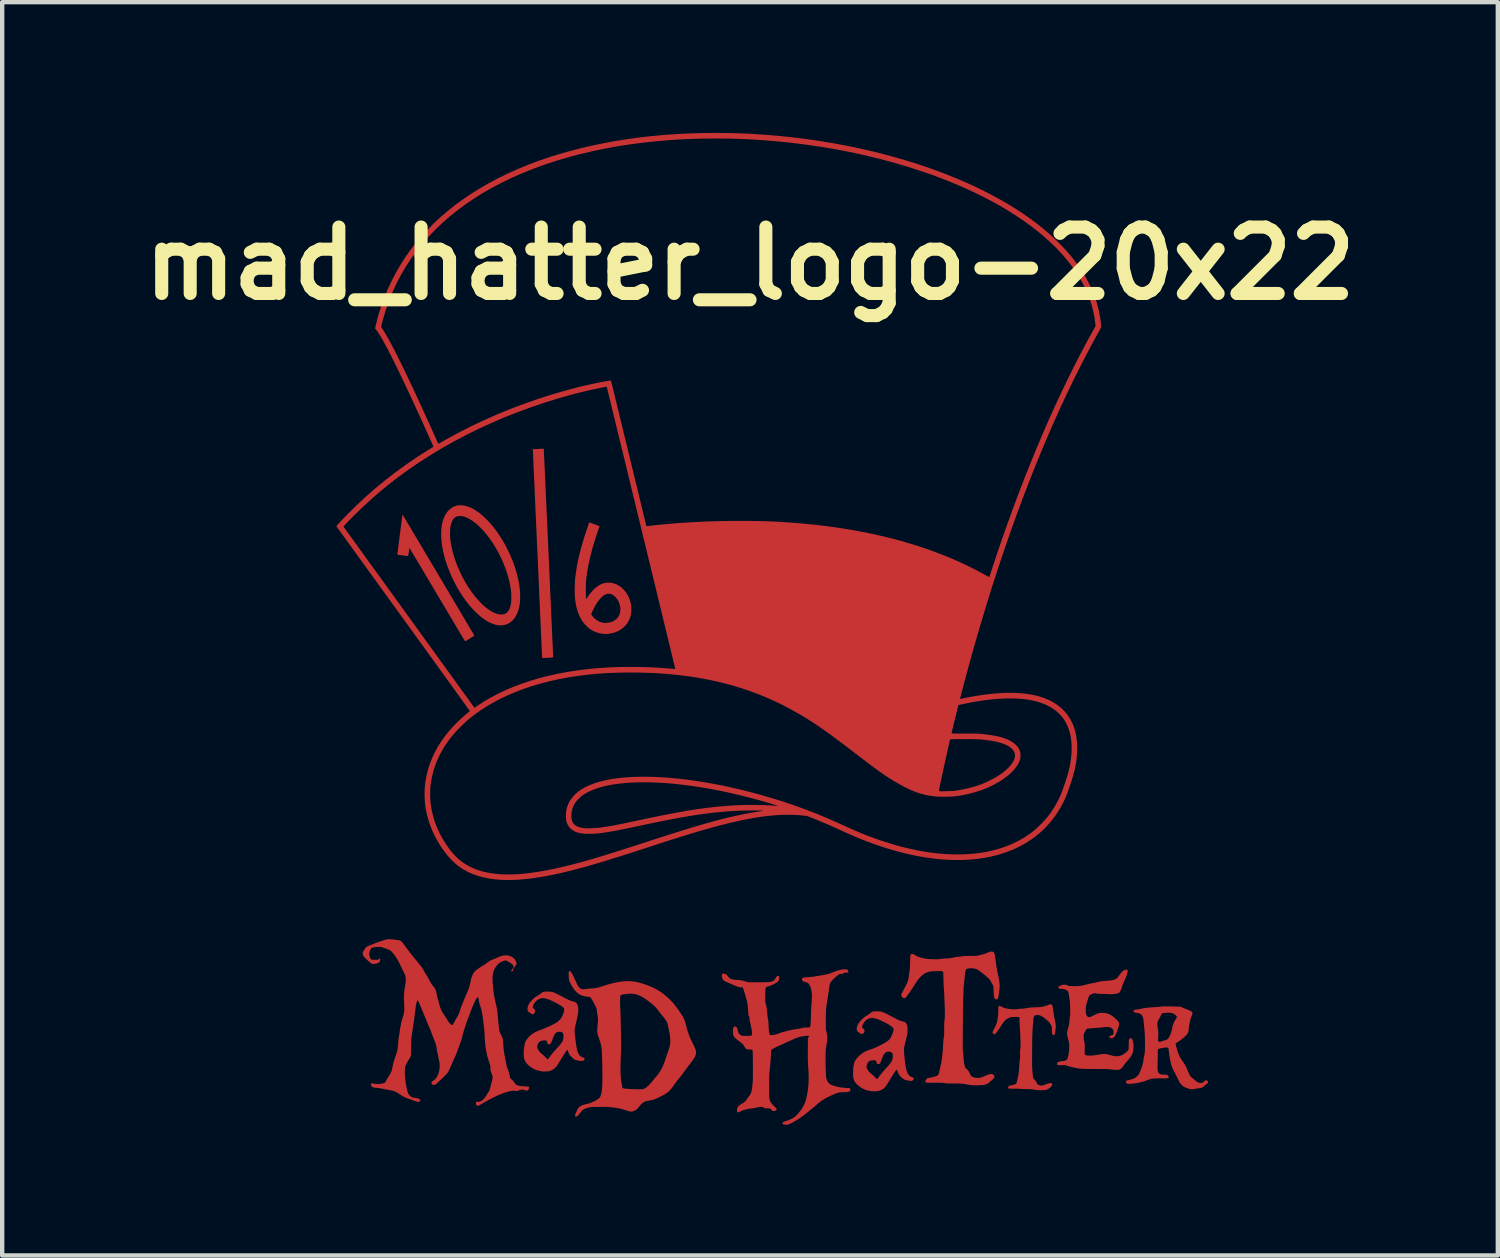
<source format=kicad_pcb>
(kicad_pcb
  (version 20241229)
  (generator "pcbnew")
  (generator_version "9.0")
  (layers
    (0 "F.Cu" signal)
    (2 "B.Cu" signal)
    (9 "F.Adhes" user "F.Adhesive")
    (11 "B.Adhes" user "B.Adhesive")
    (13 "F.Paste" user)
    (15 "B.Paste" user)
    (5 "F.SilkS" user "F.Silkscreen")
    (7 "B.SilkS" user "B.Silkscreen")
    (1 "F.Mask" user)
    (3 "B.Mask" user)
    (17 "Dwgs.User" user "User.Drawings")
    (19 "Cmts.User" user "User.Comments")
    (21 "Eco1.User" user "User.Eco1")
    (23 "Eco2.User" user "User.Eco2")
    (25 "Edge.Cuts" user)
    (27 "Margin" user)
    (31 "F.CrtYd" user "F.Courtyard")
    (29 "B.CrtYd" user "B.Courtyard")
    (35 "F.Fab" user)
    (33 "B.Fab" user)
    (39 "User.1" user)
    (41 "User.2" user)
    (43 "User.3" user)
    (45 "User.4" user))
  (footprint "mad_hatter_logo-20x22"
    (layer "F.Cu")
    (at 14.667 11.376)
    (property "Reference" "mad_hatter_logo-20x22" (at -0.508 -8.382 0) (layer "F.SilkS") (effects (font (size 1.524 1.524) (thickness 0.3))))
    (attr through_hole)
    (fp_poly (pts (xy 2.108 -10.947) (xy 5.029 -9.754) (xy 6.629 -8.636) (xy 7.417 -6.985) (xy 5.004 -1.219) (xy 4.242 1.803) (xy 5.74 1.676) (xy 6.502 1.854) (xy 6.909 2.667) (xy 6.629 3.988) (xy 5.842 4.801) (xy 3.835 5.283) (xy -0.051 4.166) (xy -3.048 4.826) (xy -5.867 5.715) (xy -6.985 5.436) (xy -7.62 4.547) (xy -7.798 3.2) (xy -6.782 1.93) (xy -9.855 -2.311) (xy -7.569 -4.013) (xy -8.966 -6.934) (xy -7.036 -9.627) (xy -4.445 -10.871) (xy -1.245 -11.201)) (stroke (width 0.1) (type solid)) (fill yes) (layer "F.Mask"))
    (pad "1" smd custom (at -8.382 -2.032) (size 0.254 0.254) (layers "F.Cu" "F.Mask") (options (anchor circle)) (primitives (gr_poly (pts (xy -0.094 -0.579) (xy -0.086 -0.566) (xy -0.073 -0.545) (xy -0.056 -0.516) (xy -0.035 -0.481) (xy -0.009 -0.438) (xy 0.02 -0.389) (xy 0.052 -0.335) (xy 0.088 -0.275) (xy 0.127 -0.209) (xy 0.168 -0.139) (xy 0.213 -0.065) (xy 0.259 0.013) (xy 0.308 0.095) (xy 0.358 0.18) (xy 0.41 0.268) (xy 0.463 0.357) (xy 0.518 0.449) (xy 0.573 0.542) (xy 0.629 0.637) (xy 0.686 0.732) (xy 0.742 0.827) (xy 0.799 0.923) (xy 0.855 1.017) (xy 0.911 1.111) (xy 0.966 1.204) (xy 1.019 1.294) (xy 1.072 1.383) (xy 1.123 1.469) (xy 1.173 1.553) (xy 1.22 1.633) (xy 1.265 1.709) (xy 1.308 1.781) (xy 1.348 1.849) (xy 1.385 1.911) (xy 1.419 1.969) (xy 1.45 2.02) (xy 1.477 2.066) (xy 1.5 2.105) (xy 1.519 2.137) (xy 1.533 2.161) (xy 1.543 2.178) (xy 1.548 2.187) (xy 1.549 2.189) (xy 1.545 2.192) (xy 1.534 2.2) (xy 1.517 2.212) (xy 1.495 2.226) (xy 1.47 2.242) (xy 1.444 2.258) (xy 1.416 2.275) (xy 1.39 2.291) (xy 1.366 2.305) (xy 1.346 2.316) (xy 1.344 2.317) (xy 1.341 2.317) (xy 1.336 2.315) (xy 1.33 2.308) (xy 1.322 2.297) (xy 1.312 2.281) (xy 1.297 2.258) (xy 1.279 2.228) (xy 1.26 2.195) (xy 1.25 2.179) (xy 1.235 2.154) (xy 1.216 2.121) (xy 1.192 2.081) (xy 1.164 2.034) (xy 1.132 1.981) (xy 1.097 1.922) (xy 1.059 1.857) (xy 1.018 1.787) (xy 0.974 1.713) (xy 0.927 1.635) (xy 0.879 1.553) (xy 0.828 1.469) (xy 0.776 1.381) (xy 0.723 1.292) (xy 0.669 1.201) (xy 0.623 1.123) (xy 0.57 1.033) (xy 0.517 0.945) (xy 0.467 0.86) (xy 0.418 0.778) (xy 0.371 0.699) (xy 0.327 0.625) (xy 0.285 0.555) (xy 0.246 0.489) (xy 0.21 0.429) (xy 0.177 0.374) (xy 0.148 0.325) (xy 0.122 0.282) (xy 0.101 0.246) (xy 0.083 0.217) (xy 0.071 0.196) (xy 0.062 0.183) (xy 0.059 0.178) (xy 0.059 0.178) (xy 0.058 0.182) (xy 0.055 0.196) (xy 0.052 0.216) (xy 0.048 0.241) (xy 0.045 0.27) (xy 0.041 0.3) (xy 0.037 0.325) (xy 0.034 0.346) (xy 0.032 0.36) (xy 0.031 0.365) (xy 0.026 0.364) (xy 0.012 0.363) (xy -0.008 0.361) (xy -0.033 0.358) (xy -0.062 0.355) (xy -0.093 0.351) (xy -0.123 0.347) (xy -0.152 0.343) (xy -0.178 0.34) (xy -0.198 0.337) (xy -0.212 0.335) (xy -0.218 0.334) (xy -0.218 0.334) (xy -0.218 0.328) (xy -0.216 0.314) (xy -0.213 0.291) (xy -0.21 0.261) (xy -0.205 0.224) (xy -0.2 0.182) (xy -0.194 0.134) (xy -0.187 0.083) (xy -0.18 0.028) (xy -0.173 -0.029) (xy -0.166 -0.087) (xy -0.158 -0.146) (xy -0.15 -0.204) (xy -0.143 -0.262) (xy -0.136 -0.317) (xy -0.129 -0.37) (xy -0.123 -0.419) (xy -0.117 -0.463) (xy -0.112 -0.501) (xy -0.107 -0.534) (xy -0.104 -0.559) (xy -0.102 -0.576) (xy -0.1 -0.584) (xy -0.1 -0.584) (xy -0.097 -0.584)) (width 0) (fill yes))))
    (pad "1" smd custom (at -7.391 9.398) (size 0.127 0.127) (layers "F.Cu" "F.Mask") (options (anchor circle)) (primitives (gr_poly (pts (xy -1.369 -2.273) (xy -1.337 -2.271) (xy -1.298 -2.267) (xy -1.26 -2.262) (xy -1.223 -2.258) (xy -1.194 -2.254) (xy -1.17 -2.25) (xy -1.15 -2.244) (xy -1.133 -2.236) (xy -1.117 -2.225) (xy -1.102 -2.209) (xy -1.084 -2.188) (xy -1.064 -2.162) (xy -1.04 -2.128) (xy -1.031 -2.116) (xy -0.987 -2.056) (xy -0.948 -2.004) (xy -0.912 -1.957) (xy -0.878 -1.914) (xy -0.845 -1.874) (xy -0.813 -1.835) (xy -0.808 -1.829) (xy -0.782 -1.797) (xy -0.753 -1.762) (xy -0.724 -1.726) (xy -0.696 -1.691) (xy -0.67 -1.657) (xy -0.648 -1.628) (xy -0.632 -1.606) (xy -0.62 -1.588) (xy -0.606 -1.564) (xy -0.593 -1.539) (xy -0.589 -1.53) (xy -0.578 -1.508) (xy -0.566 -1.487) (xy -0.556 -1.472) (xy -0.552 -1.466) (xy -0.543 -1.455) (xy -0.532 -1.437) (xy -0.519 -1.415) (xy -0.509 -1.395) (xy -0.481 -1.344) (xy -0.455 -1.298) (xy -0.43 -1.257) (xy -0.408 -1.223) (xy -0.389 -1.197) (xy -0.38 -1.186) (xy -0.355 -1.156) (xy -0.337 -1.125) (xy -0.323 -1.09) (xy -0.313 -1.049) (xy -0.311 -1.038) (xy -0.305 -1.004) (xy -0.299 -0.977) (xy -0.294 -0.954) (xy -0.289 -0.932) (xy -0.282 -0.907) (xy -0.273 -0.877) (xy -0.273 -0.877) (xy -0.265 -0.848) (xy -0.255 -0.814) (xy -0.246 -0.779) (xy -0.238 -0.75) (xy -0.22 -0.692) (xy -0.199 -0.642) (xy -0.173 -0.595) (xy -0.152 -0.562) (xy -0.14 -0.545) (xy -0.124 -0.521) (xy -0.106 -0.493) (xy -0.088 -0.464) (xy -0.077 -0.446) (xy -0.052 -0.406) (xy -0.032 -0.375) (xy -0.014 -0.351) (xy 0.002 -0.334) (xy 0.017 -0.321) (xy 0.032 -0.312) (xy 0.037 -0.31) (xy 0.051 -0.306) (xy 0.061 -0.304) (xy 0.063 -0.305) (xy 0.066 -0.311) (xy 0.072 -0.323) (xy 0.077 -0.335) (xy 0.083 -0.348) (xy 0.094 -0.368) (xy 0.107 -0.392) (xy 0.123 -0.419) (xy 0.135 -0.44) (xy 0.158 -0.478) (xy 0.176 -0.51) (xy 0.191 -0.538) (xy 0.203 -0.564) (xy 0.213 -0.59) (xy 0.222 -0.618) (xy 0.23 -0.646) (xy 0.24 -0.677) (xy 0.251 -0.711) (xy 0.263 -0.744) (xy 0.271 -0.763) (xy 0.284 -0.793) (xy 0.298 -0.827) (xy 0.311 -0.86) (xy 0.317 -0.875) (xy 0.329 -0.903) (xy 0.343 -0.936) (xy 0.357 -0.969) (xy 0.367 -0.992) (xy 0.39 -1.045) (xy 0.41 -1.091) (xy 0.425 -1.131) (xy 0.438 -1.169) (xy 0.449 -1.205) (xy 0.458 -1.243) (xy 0.466 -1.282) (xy 0.466 -1.285) (xy 0.481 -1.355) (xy 0.5 -1.415) (xy 0.521 -1.467) (xy 0.546 -1.509) (xy 0.574 -1.543) (xy 0.591 -1.558) (xy 0.606 -1.57) (xy 0.628 -1.585) (xy 0.654 -1.603) (xy 0.682 -1.622) (xy 0.711 -1.641) (xy 0.738 -1.659) (xy 0.761 -1.673) (xy 0.767 -1.676) (xy 0.786 -1.688) (xy 0.81 -1.704) (xy 0.836 -1.722) (xy 0.857 -1.738) (xy 0.885 -1.758) (xy 0.907 -1.773) (xy 0.926 -1.785) (xy 0.945 -1.794) (xy 0.967 -1.804) (xy 0.988 -1.812) (xy 1.008 -1.82) (xy 1.034 -1.83) (xy 1.063 -1.842) (xy 1.091 -1.855) (xy 1.091 -1.855) (xy 1.138 -1.874) (xy 1.179 -1.888) (xy 1.216 -1.898) (xy 1.252 -1.903) (xy 1.281 -1.904) (xy 1.332 -1.9) (xy 1.379 -1.887) (xy 1.421 -1.868) (xy 1.458 -1.841) (xy 1.488 -1.808) (xy 1.51 -1.77) (xy 1.523 -1.735) (xy 1.525 -1.723) (xy 1.526 -1.712) (xy 1.523 -1.702) (xy 1.517 -1.689) (xy 1.506 -1.672) (xy 1.49 -1.65) (xy 1.482 -1.639) (xy 1.467 -1.619) (xy 1.458 -1.603) (xy 1.452 -1.591) (xy 1.45 -1.58) (xy 1.45 -1.575) (xy 1.447 -1.558) (xy 1.441 -1.547) (xy 1.436 -1.542) (xy 1.422 -1.535) (xy 1.41 -1.535) (xy 1.403 -1.542) (xy 1.402 -1.546) (xy 1.404 -1.557) (xy 1.413 -1.57) (xy 1.426 -1.585) (xy 1.44 -1.601) (xy 1.449 -1.614) (xy 1.453 -1.627) (xy 1.455 -1.637) (xy 1.456 -1.655) (xy 1.453 -1.668) (xy 1.446 -1.68) (xy 1.43 -1.697) (xy 1.406 -1.716) (xy 1.375 -1.737) (xy 1.337 -1.759) (xy 1.327 -1.764) (xy 1.281 -1.788) (xy 1.251 -1.782) (xy 1.198 -1.766) (xy 1.149 -1.741) (xy 1.106 -1.707) (xy 1.067 -1.665) (xy 1.035 -1.615) (xy 1.033 -1.613) (xy 1.016 -1.579) (xy 1.002 -1.548) (xy 0.991 -1.517) (xy 0.984 -1.484) (xy 0.979 -1.449) (xy 0.976 -1.409) (xy 0.975 -1.363) (xy 0.977 -1.31) (xy 0.978 -1.278) (xy 0.99 -1.13) (xy 1.011 -0.982) (xy 1.04 -0.837) (xy 1.048 -0.806) (xy 1.057 -0.77) (xy 1.064 -0.736) (xy 1.071 -0.704) (xy 1.077 -0.672) (xy 1.082 -0.638) (xy 1.087 -0.602) (xy 1.091 -0.561) (xy 1.095 -0.514) (xy 1.1 -0.46) (xy 1.104 -0.41) (xy 1.107 -0.372) (xy 1.111 -0.332) (xy 1.115 -0.292) (xy 1.119 -0.257) (xy 1.122 -0.233) (xy 1.126 -0.204) (xy 1.129 -0.182) (xy 1.134 -0.164) (xy 1.139 -0.148) (xy 1.147 -0.13) (xy 1.157 -0.109) (xy 1.162 -0.099) (xy 1.175 -0.074) (xy 1.186 -0.049) (xy 1.196 -0.028) (xy 1.203 -0.012) (xy 1.203 -0.012) (xy 1.206 -0.003) (xy 1.209 0.005) (xy 1.211 0.015) (xy 1.213 0.027) (xy 1.214 0.043) (xy 1.216 0.063) (xy 1.218 0.09) (xy 1.22 0.125) (xy 1.223 0.162) (xy 1.228 0.232) (xy 1.236 0.299) (xy 1.247 0.367) (xy 1.261 0.44) (xy 1.266 0.467) (xy 1.273 0.5) (xy 1.28 0.533) (xy 1.286 0.564) (xy 1.29 0.59) (xy 1.292 0.601) (xy 1.299 0.636) (xy 1.31 0.671) (xy 1.321 0.697) (xy 1.338 0.74) (xy 1.352 0.787) (xy 1.365 0.841) (xy 1.371 0.871) (xy 1.374 0.89) (xy 1.378 0.904) (xy 1.385 0.916) (xy 1.394 0.927) (xy 1.409 0.941) (xy 1.423 0.953) (xy 1.444 0.973) (xy 1.461 0.993) (xy 1.471 1.007) (xy 1.485 1.03) (xy 1.5 1.048) (xy 1.52 1.063) (xy 1.531 1.069) (xy 1.553 1.08) (xy 1.579 1.088) (xy 1.61 1.094) (xy 1.648 1.099) (xy 1.694 1.102) (xy 1.716 1.103) (xy 1.744 1.104) (xy 1.77 1.106) (xy 1.789 1.108) (xy 1.802 1.11) (xy 1.806 1.111) (xy 1.812 1.121) (xy 1.812 1.137) (xy 1.808 1.155) (xy 1.802 1.173) (xy 1.792 1.189) (xy 1.781 1.198) (xy 1.778 1.199) (xy 1.766 1.199) (xy 1.747 1.196) (xy 1.723 1.19) (xy 1.719 1.189) (xy 1.696 1.183) (xy 1.674 1.178) (xy 1.657 1.176) (xy 1.653 1.176) (xy 1.64 1.177) (xy 1.62 1.182) (xy 1.597 1.188) (xy 1.58 1.194) (xy 1.556 1.202) (xy 1.539 1.207) (xy 1.527 1.209) (xy 1.515 1.209) (xy 1.503 1.207) (xy 1.494 1.206) (xy 1.472 1.203) (xy 1.45 1.202) (xy 1.425 1.205) (xy 1.394 1.21) (xy 1.356 1.218) (xy 1.35 1.219) (xy 1.247 1.248) (xy 1.146 1.287) (xy 1.093 1.31) (xy 1.063 1.325) (xy 1.032 1.34) (xy 1.002 1.355) (xy 0.977 1.367) (xy 0.969 1.371) (xy 0.945 1.383) (xy 0.919 1.396) (xy 0.89 1.411) (xy 0.858 1.43) (xy 0.82 1.451) (xy 0.775 1.477) (xy 0.738 1.498) (xy 0.711 1.514) (xy 0.687 1.527) (xy 0.666 1.538) (xy 0.651 1.546) (xy 0.644 1.549) (xy 0.628 1.548) (xy 0.619 1.543) (xy 0.608 1.531) (xy 0.599 1.514) (xy 0.594 1.495) (xy 0.593 1.477) (xy 0.597 1.463) (xy 0.599 1.461) (xy 0.608 1.458) (xy 0.624 1.456) (xy 0.644 1.455) (xy 0.675 1.453) (xy 0.701 1.446) (xy 0.726 1.432) (xy 0.744 1.419) (xy 0.764 1.4) (xy 0.786 1.375) (xy 0.808 1.347) (xy 0.829 1.318) (xy 0.845 1.292) (xy 0.845 1.291) (xy 0.856 1.271) (xy 0.868 1.253) (xy 0.878 1.24) (xy 0.878 1.24) (xy 0.895 1.214) (xy 0.91 1.18) (xy 0.923 1.137) (xy 0.933 1.087) (xy 0.933 1.087) (xy 0.938 1.064) (xy 0.945 1.038) (xy 0.952 1.012) (xy 0.954 1.008) (xy 0.962 0.981) (xy 0.969 0.951) (xy 0.974 0.924) (xy 0.974 0.921) (xy 0.977 0.9) (xy 0.977 0.884) (xy 0.976 0.872) (xy 0.972 0.858) (xy 0.966 0.843) (xy 0.953 0.807) (xy 0.942 0.774) (xy 0.933 0.746) (xy 0.926 0.724) (xy 0.923 0.708) (xy 0.923 0.701) (xy 0.924 0.701) (xy 0.928 0.69) (xy 0.929 0.673) (xy 0.927 0.65) (xy 0.923 0.625) (xy 0.917 0.599) (xy 0.913 0.586) (xy 0.904 0.56) (xy 0.894 0.533) (xy 0.886 0.508) (xy 0.885 0.505) (xy 0.877 0.48) (xy 0.868 0.453) (xy 0.86 0.431) (xy 0.856 0.415) (xy 0.85 0.39) (xy 0.843 0.359) (xy 0.836 0.323) (xy 0.829 0.284) (xy 0.822 0.244) (xy 0.816 0.204) (xy 0.811 0.167) (xy 0.807 0.137) (xy 0.805 0.117) (xy 0.803 0.089) (xy 0.801 0.057) (xy 0.798 0.022) (xy 0.796 -0.013) (xy 0.794 -0.06) (xy 0.792 -0.099) (xy 0.79 -0.132) (xy 0.788 -0.162) (xy 0.786 -0.19) (xy 0.783 -0.218) (xy 0.78 -0.249) (xy 0.776 -0.283) (xy 0.771 -0.323) (xy 0.765 -0.37) (xy 0.763 -0.387) (xy 0.756 -0.445) (xy 0.749 -0.496) (xy 0.742 -0.539) (xy 0.736 -0.577) (xy 0.729 -0.611) (xy 0.722 -0.643) (xy 0.714 -0.674) (xy 0.704 -0.706) (xy 0.694 -0.741) (xy 0.69 -0.753) (xy 0.679 -0.786) (xy 0.671 -0.815) (xy 0.665 -0.843) (xy 0.659 -0.873) (xy 0.653 -0.909) (xy 0.651 -0.927) (xy 0.646 -0.939) (xy 0.637 -0.943) (xy 0.626 -0.938) (xy 0.62 -0.932) (xy 0.608 -0.916) (xy 0.594 -0.891) (xy 0.577 -0.859) (xy 0.558 -0.819) (xy 0.538 -0.773) (xy 0.516 -0.723) (xy 0.493 -0.668) (xy 0.47 -0.609) (xy 0.447 -0.548) (xy 0.423 -0.486) (xy 0.4 -0.423) (xy 0.378 -0.361) (xy 0.357 -0.299) (xy 0.338 -0.24) (xy 0.32 -0.184) (xy 0.305 -0.131) (xy 0.291 -0.084) (xy 0.281 -0.042) (xy 0.278 -0.029) (xy 0.275 -0.014) (xy 0.268 0.009) (xy 0.258 0.038) (xy 0.247 0.072) (xy 0.234 0.11) (xy 0.22 0.15) (xy 0.205 0.192) (xy 0.19 0.233) (xy 0.175 0.273) (xy 0.161 0.311) (xy 0.149 0.344) (xy 0.138 0.372) (xy 0.129 0.394) (xy 0.123 0.408) (xy 0.121 0.41) (xy 0.117 0.419) (xy 0.109 0.435) (xy 0.098 0.459) (xy 0.085 0.487) (xy 0.07 0.52) (xy 0.055 0.556) (xy 0.05 0.567) (xy 0.028 0.617) (xy 0.01 0.658) (xy -0.005 0.693) (xy -0.018 0.721) (xy -0.03 0.745) (xy -0.041 0.766) (xy -0.052 0.784) (xy -0.065 0.801) (xy -0.079 0.817) (xy -0.095 0.835) (xy -0.115 0.855) (xy -0.139 0.878) (xy -0.167 0.906) (xy -0.189 0.927) (xy -0.226 0.963) (xy -0.257 0.992) (xy -0.282 1.016) (xy -0.302 1.034) (xy -0.319 1.048) (xy -0.332 1.058) (xy -0.343 1.064) (xy -0.353 1.067) (xy -0.362 1.068) (xy -0.372 1.068) (xy -0.38 1.067) (xy -0.401 1.061) (xy -0.415 1.051) (xy -0.422 1.04) (xy -0.428 1.024) (xy -0.427 1.01) (xy -0.417 0.996) (xy -0.4 0.981) (xy -0.381 0.97) (xy -0.35 0.947) (xy -0.322 0.916) (xy -0.296 0.877) (xy -0.274 0.832) (xy -0.259 0.789) (xy -0.243 0.716) (xy -0.237 0.642) (xy -0.241 0.568) (xy -0.253 0.502) (xy -0.259 0.478) (xy -0.264 0.455) (xy -0.268 0.436) (xy -0.269 0.429) (xy -0.271 0.414) (xy -0.276 0.393) (xy -0.281 0.368) (xy -0.286 0.35) (xy -0.293 0.32) (xy -0.299 0.285) (xy -0.304 0.251) (xy -0.306 0.233) (xy -0.309 0.21) (xy -0.313 0.188) (xy -0.318 0.166) (xy -0.324 0.142) (xy -0.333 0.115) (xy -0.345 0.083) (xy -0.36 0.044) (xy -0.377 -0.001) (xy -0.39 -0.033) (xy -0.405 -0.07) (xy -0.418 -0.106) (xy -0.428 -0.133) (xy -0.439 -0.16) (xy -0.449 -0.187) (xy -0.459 -0.211) (xy -0.466 -0.228) (xy -0.467 -0.229) (xy -0.471 -0.24) (xy -0.479 -0.259) (xy -0.49 -0.285) (xy -0.504 -0.318) (xy -0.52 -0.356) (xy -0.537 -0.398) (xy -0.556 -0.444) (xy -0.576 -0.491) (xy -0.581 -0.504) (xy -0.609 -0.572) (xy -0.634 -0.632) (xy -0.655 -0.684) (xy -0.674 -0.728) (xy -0.689 -0.765) (xy -0.702 -0.795) (xy -0.713 -0.819) (xy -0.721 -0.837) (xy -0.728 -0.851) (xy -0.732 -0.86) (xy -0.736 -0.865) (xy -0.741 -0.872) (xy -0.746 -0.87) (xy -0.75 -0.864) (xy -0.756 -0.852) (xy -0.764 -0.833) (xy -0.771 -0.809) (xy -0.778 -0.782) (xy -0.783 -0.756) (xy -0.784 -0.75) (xy -0.786 -0.736) (xy -0.789 -0.713) (xy -0.792 -0.684) (xy -0.796 -0.651) (xy -0.801 -0.614) (xy -0.804 -0.585) (xy -0.809 -0.541) (xy -0.816 -0.493) (xy -0.822 -0.444) (xy -0.829 -0.397) (xy -0.835 -0.357) (xy -0.837 -0.343) (xy -0.843 -0.305) (xy -0.85 -0.263) (xy -0.856 -0.222) (xy -0.861 -0.185) (xy -0.865 -0.156) (xy -0.87 -0.123) (xy -0.875 -0.087) (xy -0.879 -0.054) (xy -0.883 -0.026) (xy -0.884 -0.021) (xy -0.887 -0.002) (xy -0.889 0.02) (xy -0.89 0.045) (xy -0.891 0.076) (xy -0.892 0.112) (xy -0.893 0.156) (xy -0.893 0.208) (xy -0.893 0.259) (xy -0.894 0.301) (xy -0.894 0.334) (xy -0.895 0.361) (xy -0.896 0.381) (xy -0.898 0.395) (xy -0.9 0.405) (xy -0.906 0.419) (xy -0.916 0.439) (xy -0.929 0.461) (xy -0.94 0.478) (xy -0.965 0.518) (xy -0.987 0.558) (xy -1.006 0.595) (xy -1.02 0.628) (xy -1.03 0.655) (xy -1.03 0.658) (xy -1.034 0.68) (xy -1.036 0.71) (xy -1.038 0.746) (xy -1.038 0.786) (xy -1.037 0.827) (xy -1.035 0.869) (xy -1.032 0.908) (xy -1.03 0.924) (xy -1.023 0.981) (xy -1.015 1.037) (xy -1.006 1.089) (xy -0.996 1.138) (xy -0.986 1.182) (xy -0.976 1.219) (xy -0.966 1.249) (xy -0.957 1.269) (xy -0.957 1.27) (xy -0.934 1.304) (xy -0.908 1.33) (xy -0.877 1.349) (xy -0.841 1.361) (xy -0.797 1.368) (xy -0.796 1.368) (xy -0.755 1.374) (xy -0.723 1.384) (xy -0.698 1.397) (xy -0.687 1.407) (xy -0.676 1.419) (xy -0.687 1.434) (xy -0.698 1.447) (xy -0.71 1.457) (xy -0.71 1.457) (xy -0.714 1.459) (xy -0.719 1.461) (xy -0.725 1.462) (xy -0.733 1.461) (xy -0.744 1.458) (xy -0.76 1.453) (xy -0.782 1.446) (xy -0.809 1.437) (xy -0.845 1.425) (xy -0.889 1.409) (xy -0.889 1.409) (xy -0.936 1.392) (xy -0.975 1.378) (xy -1.007 1.365) (xy -1.036 1.353) (xy -1.061 1.34) (xy -1.085 1.327) (xy -1.11 1.312) (xy -1.138 1.295) (xy -1.153 1.285) (xy -1.179 1.268) (xy -1.204 1.252) (xy -1.227 1.238) (xy -1.245 1.228) (xy -1.253 1.224) (xy -1.293 1.209) (xy -1.339 1.197) (xy -1.388 1.188) (xy -1.401 1.186) (xy -1.424 1.182) (xy -1.453 1.177) (xy -1.484 1.171) (xy -1.516 1.164) (xy -1.52 1.163) (xy -1.557 1.155) (xy -1.596 1.148) (xy -1.632 1.142) (xy -1.655 1.14) (xy -1.696 1.136) (xy -1.728 1.132) (xy -1.752 1.128) (xy -1.769 1.123) (xy -1.782 1.118) (xy -1.785 1.116) (xy -1.798 1.102) (xy -1.808 1.085) (xy -1.814 1.066) (xy -1.815 1.049) (xy -1.81 1.036) (xy -1.808 1.034) (xy -1.801 1.031) (xy -1.79 1.032) (xy -1.774 1.036) (xy -1.756 1.04) (xy -1.73 1.043) (xy -1.699 1.046) (xy -1.681 1.047) (xy -1.649 1.048) (xy -1.623 1.047) (xy -1.6 1.045) (xy -1.576 1.042) (xy -1.566 1.039) (xy -1.537 1.033) (xy -1.516 1.028) (xy -1.501 1.021) (xy -1.49 1.011) (xy -1.48 0.998) (xy -1.469 0.978) (xy -1.462 0.964) (xy -1.449 0.94) (xy -1.435 0.915) (xy -1.421 0.894) (xy -1.415 0.884) (xy -1.399 0.861) (xy -1.382 0.833) (xy -1.366 0.803) (xy -1.351 0.775) (xy -1.341 0.752) (xy -1.341 0.75) (xy -1.337 0.735) (xy -1.332 0.714) (xy -1.327 0.691) (xy -1.325 0.682) (xy -1.319 0.646) (xy -1.311 0.611) (xy -1.301 0.573) (xy -1.289 0.531) (xy -1.275 0.484) (xy -1.257 0.43) (xy -1.251 0.413) (xy -1.236 0.366) (xy -1.223 0.326) (xy -1.214 0.291) (xy -1.206 0.259) (xy -1.201 0.227) (xy -1.196 0.194) (xy -1.193 0.156) (xy -1.19 0.112) (xy -1.188 0.079) (xy -1.185 0.046) (xy -1.182 0.016) (xy -1.179 -0.008) (xy -1.177 -0.021) (xy -1.174 -0.041) (xy -1.169 -0.067) (xy -1.164 -0.098) (xy -1.159 -0.13) (xy -1.157 -0.143) (xy -1.149 -0.196) (xy -1.142 -0.24) (xy -1.135 -0.277) (xy -1.129 -0.308) (xy -1.124 -0.335) (xy -1.119 -0.36) (xy -1.113 -0.383) (xy -1.106 -0.407) (xy -1.099 -0.432) (xy -1.096 -0.443) (xy -1.082 -0.49) (xy -1.071 -0.53) (xy -1.062 -0.563) (xy -1.056 -0.592) (xy -1.052 -0.619) (xy -1.05 -0.645) (xy -1.049 -0.671) (xy -1.05 -0.701) (xy -1.05 -0.717) (xy -1.052 -0.753) (xy -1.053 -0.795) (xy -1.055 -0.837) (xy -1.056 -0.876) (xy -1.057 -0.884) (xy -1.058 -0.952) (xy -1.055 -1.021) (xy -1.048 -1.091) (xy -1.038 -1.166) (xy -1.025 -1.24) (xy -1.021 -1.263) (xy -1.019 -1.291) (xy -1.017 -1.322) (xy -1.016 -1.342) (xy -1.016 -1.369) (xy -1.017 -1.39) (xy -1.019 -1.406) (xy -1.022 -1.423) (xy -1.028 -1.441) (xy -1.03 -1.446) (xy -1.036 -1.461) (xy -1.046 -1.484) (xy -1.06 -1.513) (xy -1.076 -1.547) (xy -1.094 -1.585) (xy -1.113 -1.624) (xy -1.133 -1.665) (xy -1.153 -1.705) (xy -1.173 -1.742) (xy -1.191 -1.777) (xy -1.207 -1.807) (xy -1.22 -1.831) (xy -1.225 -1.838) (xy -1.241 -1.863) (xy -1.261 -1.893) (xy -1.285 -1.924) (xy -1.309 -1.954) (xy -1.332 -1.981) (xy -1.352 -2.002) (xy -1.354 -2.003) (xy -1.362 -2.011) (xy -1.371 -2.018) (xy -1.383 -2.024) (xy -1.398 -2.031) (xy -1.418 -2.039) (xy -1.446 -2.049) (xy -1.479 -2.061) (xy -1.583 -2.097) (xy -1.639 -2.097) (xy -1.688 -2.096) (xy -1.727 -2.093) (xy -1.758 -2.089) (xy -1.781 -2.082) (xy -1.797 -2.074) (xy -1.799 -2.073) (xy -1.815 -2.056) (xy -1.829 -2.032) (xy -1.841 -2.002) (xy -1.85 -1.97) (xy -1.851 -1.963) (xy -1.853 -1.934) (xy -1.85 -1.903) (xy -1.844 -1.873) (xy -1.834 -1.846) (xy -1.822 -1.824) (xy -1.808 -1.81) (xy -1.805 -1.808) (xy -1.793 -1.805) (xy -1.771 -1.803) (xy -1.739 -1.802) (xy -1.722 -1.802) (xy -1.652 -1.802) (xy -1.638 -1.817) (xy -1.626 -1.827) (xy -1.615 -1.832) (xy -1.613 -1.832) (xy -1.605 -1.831) (xy -1.602 -1.823) (xy -1.602 -1.814) (xy -1.604 -1.789) (xy -1.611 -1.765) (xy -1.62 -1.747) (xy -1.625 -1.741) (xy -1.637 -1.734) (xy -1.656 -1.726) (xy -1.68 -1.719) (xy -1.706 -1.712) (xy -1.732 -1.708) (xy -1.754 -1.706) (xy -1.76 -1.705) (xy -1.772 -1.706) (xy -1.784 -1.708) (xy -1.795 -1.712) (xy -1.808 -1.719) (xy -1.823 -1.73) (xy -1.842 -1.745) (xy -1.865 -1.766) (xy -1.894 -1.792) (xy -1.904 -1.801) (xy -1.934 -1.83) (xy -1.958 -1.853) (xy -1.976 -1.873) (xy -1.988 -1.889) (xy -1.996 -1.904) (xy -2.001 -1.919) (xy -2.003 -1.935) (xy -2.003 -1.948) (xy -2.003 -1.961) (xy -2.001 -1.973) (xy -1.997 -1.984) (xy -1.99 -1.998) (xy -1.978 -2.017) (xy -1.971 -2.028) (xy -1.957 -2.049) (xy -1.944 -2.068) (xy -1.933 -2.083) (xy -1.927 -2.09) (xy -1.917 -2.097) (xy -1.898 -2.107) (xy -1.872 -2.119) (xy -1.841 -2.133) (xy -1.804 -2.148) (xy -1.764 -2.164) (xy -1.721 -2.181) (xy -1.677 -2.197) (xy -1.634 -2.213) (xy -1.591 -2.228) (xy -1.551 -2.241) (xy -1.515 -2.253) (xy -1.484 -2.262) (xy -1.474 -2.265) (xy -1.455 -2.269) (xy -1.436 -2.272) (xy -1.416 -2.274) (xy -1.395 -2.274)) (width 0) (fill yes))))
    (pad "1" smd custom (at -6.401 -2.134) (size 0.127 0.127) (layers "F.Cu" "F.Mask") (options (anchor circle)) (primitives (gr_poly (pts (xy -0.668 -0.693) (xy -0.601 -0.677) (xy -0.532 -0.652) (xy -0.461 -0.617) (xy -0.39 -0.574) (xy -0.305 -0.513) (xy -0.222 -0.443) (xy -0.14 -0.364) (xy -0.06 -0.277) (xy 0.018 -0.183) (xy 0.092 -0.083) (xy 0.164 0.023) (xy 0.232 0.134) (xy 0.296 0.249) (xy 0.355 0.368) (xy 0.41 0.489) (xy 0.459 0.612) (xy 0.503 0.736) (xy 0.54 0.86) (xy 0.571 0.984) (xy 0.595 1.107) (xy 0.611 1.227) (xy 0.615 1.272) (xy 0.617 1.322) (xy 0.618 1.376) (xy 0.618 1.429) (xy 0.617 1.48) (xy 0.614 1.526) (xy 0.611 1.553) (xy 0.597 1.637) (xy 0.577 1.715) (xy 0.55 1.785) (xy 0.518 1.848) (xy 0.48 1.904) (xy 0.436 1.951) (xy 0.387 1.991) (xy 0.337 2.02) (xy 0.279 2.042) (xy 0.219 2.054) (xy 0.156 2.057) (xy 0.091 2.05) (xy 0.09 2.05) (xy 0.021 2.032) (xy -0.049 2.006) (xy -0.121 1.97) (xy -0.194 1.925) (xy -0.267 1.872) (xy -0.34 1.811) (xy -0.413 1.742) (xy -0.485 1.666) (xy -0.557 1.583) (xy -0.626 1.494) (xy -0.694 1.399) (xy -0.76 1.298) (xy -0.823 1.192) (xy -0.883 1.081) (xy -0.9 1.047) (xy -0.957 0.928) (xy -1.008 0.809) (xy -1.052 0.692) (xy -1.091 0.575) (xy -1.124 0.46) (xy -1.151 0.348) (xy -1.171 0.238) (xy -1.185 0.132) (xy -1.193 0.03) (xy -1.194 -0.051) (xy -0.99 -0.051) (xy -0.989 -0.004) (xy -0.987 0.043) (xy -0.984 0.086) (xy -0.98 0.119) (xy -0.955 0.261) (xy -0.921 0.402) (xy -0.878 0.544) (xy -0.825 0.686) (xy -0.763 0.829) (xy -0.738 0.881) (xy -0.683 0.989) (xy -0.624 1.092) (xy -0.563 1.19) (xy -0.5 1.282) (xy -0.435 1.369) (xy -0.369 1.449) (xy -0.302 1.523) (xy -0.235 1.589) (xy -0.167 1.647) (xy -0.099 1.698) (xy -0.033 1.74) (xy 0.033 1.772) (xy 0.097 1.796) (xy 0.107 1.798) (xy 0.14 1.805) (xy 0.177 1.807) (xy 0.213 1.806) (xy 0.246 1.801) (xy 0.272 1.794) (xy 0.297 1.778) (xy 0.322 1.756) (xy 0.346 1.728) (xy 0.365 1.699) (xy 0.368 1.692) (xy 0.382 1.657) (xy 0.395 1.615) (xy 0.405 1.571) (xy 0.41 1.542) (xy 0.412 1.519) (xy 0.414 1.489) (xy 0.415 1.454) (xy 0.415 1.415) (xy 0.415 1.376) (xy 0.414 1.338) (xy 0.412 1.305) (xy 0.41 1.277) (xy 0.41 1.276) (xy 0.393 1.157) (xy 0.368 1.034) (xy 0.334 0.908) (xy 0.293 0.781) (xy 0.244 0.653) (xy 0.189 0.526) (xy 0.127 0.401) (xy 0.058 0.278) (xy 0.053 0.269) (xy -0.009 0.169) (xy -0.074 0.074) (xy -0.14 -0.014) (xy -0.208 -0.096) (xy -0.276 -0.17) (xy -0.345 -0.237) (xy -0.413 -0.295) (xy -0.482 -0.346) (xy -0.549 -0.387) (xy -0.615 -0.42) (xy -0.657 -0.435) (xy -0.678 -0.442) (xy -0.698 -0.446) (xy -0.717 -0.449) (xy -0.742 -0.45) (xy -0.758 -0.45) (xy -0.785 -0.45) (xy -0.804 -0.449) (xy -0.818 -0.447) (xy -0.83 -0.443) (xy -0.843 -0.438) (xy -0.845 -0.437) (xy -0.864 -0.426) (xy -0.883 -0.414) (xy -0.892 -0.407) (xy -0.916 -0.38) (xy -0.938 -0.344) (xy -0.956 -0.3) (xy -0.972 -0.249) (xy -0.98 -0.211) (xy -0.984 -0.181) (xy -0.987 -0.142) (xy -0.989 -0.098) (xy -0.99 -0.051) (xy -1.194 -0.051) (xy -1.194 -0.068) (xy -1.189 -0.161) (xy -1.178 -0.248) (xy -1.159 -0.33) (xy -1.134 -0.405) (xy -1.103 -0.473) (xy -1.103 -0.473) (xy -1.079 -0.513) (xy -1.054 -0.547) (xy -1.026 -0.579) (xy -1.009 -0.595) (xy -0.961 -0.635) (xy -0.909 -0.665) (xy -0.853 -0.686) (xy -0.795 -0.698) (xy -0.733 -0.7)) (width 0) (fill yes))))
    (pad "1" smd custom (at -5.309 -2.388) (size 0.127 0.127) (layers "F.Cu" "F.Mask") (options (anchor circle)) (primitives (gr_poly (pts (xy 0.068 -1.742) (xy 0.068 -1.742) (xy 0.069 -1.737) (xy 0.069 -1.722) (xy 0.07 -1.697) (xy 0.072 -1.664) (xy 0.074 -1.622) (xy 0.076 -1.572) (xy 0.079 -1.514) (xy 0.082 -1.449) (xy 0.085 -1.376) (xy 0.089 -1.297) (xy 0.093 -1.211) (xy 0.097 -1.12) (xy 0.102 -1.023) (xy 0.106 -0.92) (xy 0.111 -0.813) (xy 0.116 -0.702) (xy 0.121 -0.586) (xy 0.127 -0.467) (xy 0.132 -0.345) (xy 0.138 -0.219) (xy 0.144 -0.091) (xy 0.15 0.039) (xy 0.156 0.17) (xy 0.162 0.303) (xy 0.168 0.437) (xy 0.174 0.572) (xy 0.18 0.707) (xy 0.186 0.842) (xy 0.192 0.976) (xy 0.198 1.109) (xy 0.204 1.241) (xy 0.21 1.371) (xy 0.215 1.499) (xy 0.221 1.624) (xy 0.227 1.747) (xy 0.232 1.867) (xy 0.237 1.983) (xy 0.242 2.095) (xy 0.247 2.202) (xy 0.252 2.305) (xy 0.256 2.403) (xy 0.26 2.495) (xy 0.264 2.581) (xy 0.267 2.661) (xy 0.271 2.734) (xy 0.274 2.8) (xy 0.276 2.859) (xy 0.278 2.91) (xy 0.28 2.952) (xy 0.282 2.987) (xy 0.283 3.012) (xy 0.283 3.028) (xy 0.283 3.034) (xy 0.283 3.04) (xy 0.28 3.044) (xy 0.273 3.047) (xy 0.259 3.049) (xy 0.244 3.05) (xy 0.225 3.051) (xy 0.199 3.053) (xy 0.168 3.054) (xy 0.136 3.056) (xy 0.117 3.056) (xy 0.029 3.06) (xy 0.029 3.037) (xy 0.029 3.031) (xy 0.028 3.015) (xy 0.027 2.989) (xy 0.026 2.954) (xy 0.024 2.91) (xy 0.022 2.857) (xy 0.019 2.797) (xy 0.016 2.728) (xy 0.013 2.652) (xy 0.009 2.568) (xy 0.005 2.478) (xy 0.001 2.381) (xy -0.004 2.277) (xy -0.009 2.168) (xy -0.014 2.052) (xy -0.019 1.932) (xy -0.025 1.806) (xy -0.031 1.676) (xy -0.037 1.541) (xy -0.043 1.402) (xy -0.049 1.259) (xy -0.056 1.113) (xy -0.063 0.964) (xy -0.069 0.812) (xy -0.076 0.657) (xy -0.077 0.642) (xy -0.084 0.488) (xy -0.091 0.336) (xy -0.097 0.186) (xy -0.104 0.04) (xy -0.11 -0.102) (xy -0.117 -0.241) (xy -0.123 -0.375) (xy -0.128 -0.505) (xy -0.134 -0.631) (xy -0.139 -0.751) (xy -0.144 -0.866) (xy -0.149 -0.975) (xy -0.154 -1.078) (xy -0.158 -1.175) (xy -0.162 -1.265) (xy -0.166 -1.348) (xy -0.169 -1.424) (xy -0.172 -1.492) (xy -0.175 -1.553) (xy -0.177 -1.605) (xy -0.179 -1.648) (xy -0.18 -1.683) (xy -0.182 -1.709) (xy -0.182 -1.725) (xy -0.182 -1.731) (xy -0.182 -1.731) (xy -0.177 -1.732) (xy -0.163 -1.733) (xy -0.143 -1.734) (xy -0.117 -1.735) (xy -0.088 -1.736) (xy -0.057 -1.738) (xy -0.027 -1.739) (xy 0.002 -1.74) (xy 0.028 -1.741) (xy 0.049 -1.742) (xy 0.063 -1.742)) (width 0) (fill yes))))
    (pad "1" smd custom (at -4.674 9.068) (size 0.127 0.127) (layers "F.Cu" "F.Mask") (options (anchor circle)) (primitives (gr_poly (pts (xy -0.481 -0.742) (xy -0.454 -0.742) (xy -0.431 -0.741) (xy -0.409 -0.74) (xy -0.389 -0.737) (xy -0.369 -0.733) (xy -0.349 -0.727) (xy -0.326 -0.718) (xy -0.3 -0.707) (xy -0.269 -0.693) (xy -0.234 -0.675) (xy -0.192 -0.653) (xy -0.143 -0.628) (xy -0.117 -0.614) (xy -0.076 -0.593) (xy -0.043 -0.575) (xy -0.015 -0.561) (xy 0.009 -0.55) (xy 0.03 -0.541) (xy 0.051 -0.533) (xy 0.072 -0.526) (xy 0.095 -0.519) (xy 0.123 -0.511) (xy 0.135 -0.508) (xy 0.163 -0.497) (xy 0.184 -0.479) (xy 0.2 -0.454) (xy 0.202 -0.45) (xy 0.213 -0.422) (xy 0.22 -0.394) (xy 0.225 -0.364) (xy 0.227 -0.332) (xy 0.226 -0.296) (xy 0.221 -0.255) (xy 0.214 -0.208) (xy 0.203 -0.154) (xy 0.189 -0.091) (xy 0.187 -0.082) (xy 0.175 -0.03) (xy 0.165 0.013) (xy 0.157 0.048) (xy 0.151 0.078) (xy 0.147 0.102) (xy 0.144 0.123) (xy 0.143 0.142) (xy 0.142 0.16) (xy 0.142 0.178) (xy 0.143 0.194) (xy 0.145 0.221) (xy 0.149 0.255) (xy 0.153 0.295) (xy 0.158 0.339) (xy 0.164 0.384) (xy 0.169 0.429) (xy 0.175 0.47) (xy 0.181 0.507) (xy 0.186 0.537) (xy 0.187 0.546) (xy 0.199 0.599) (xy 0.214 0.646) (xy 0.232 0.686) (xy 0.252 0.718) (xy 0.267 0.734) (xy 0.28 0.745) (xy 0.298 0.755) (xy 0.316 0.764) (xy 0.331 0.769) (xy 0.335 0.769) (xy 0.348 0.773) (xy 0.36 0.783) (xy 0.368 0.795) (xy 0.37 0.802) (xy 0.367 0.814) (xy 0.358 0.827) (xy 0.355 0.831) (xy 0.346 0.84) (xy 0.336 0.846) (xy 0.321 0.848) (xy 0.31 0.849) (xy 0.285 0.849) (xy 0.253 0.846) (xy 0.22 0.84) (xy 0.187 0.833) (xy 0.159 0.824) (xy 0.157 0.824) (xy 0.142 0.817) (xy 0.126 0.807) (xy 0.108 0.792) (xy 0.086 0.771) (xy 0.081 0.767) (xy 0.056 0.741) (xy 0.037 0.72) (xy 0.023 0.7) (xy 0.012 0.68) (xy 0.003 0.657) (xy 0.001 0.652) (xy -0.006 0.633) (xy -0.014 0.615) (xy -0.019 0.608) (xy -0.03 0.591) (xy -0.081 0.668) (xy -0.101 0.701) (xy -0.125 0.737) (xy -0.148 0.774) (xy -0.169 0.808) (xy -0.176 0.82) (xy -0.193 0.848) (xy -0.211 0.878) (xy -0.228 0.905) (xy -0.242 0.928) (xy -0.247 0.936) (xy -0.281 0.983) (xy -0.32 1.022) (xy -0.364 1.052) (xy -0.411 1.073) (xy -0.438 1.081) (xy -0.465 1.086) (xy -0.497 1.089) (xy -0.531 1.091) (xy -0.563 1.092) (xy -0.585 1.091) (xy -0.603 1.089) (xy -0.627 1.084) (xy -0.654 1.079) (xy -0.682 1.073) (xy -0.709 1.066) (xy -0.731 1.06) (xy -0.746 1.056) (xy -0.747 1.055) (xy -0.799 1.031) (xy -0.848 1.002) (xy -0.893 0.969) (xy -0.932 0.935) (xy -0.965 0.898) (xy -0.99 0.862) (xy -0.994 0.853) (xy -1.005 0.829) (xy -1.014 0.801) (xy -1.02 0.777) (xy -1.025 0.743) (xy -1.027 0.701) (xy -1.027 0.654) (xy -1.024 0.605) (xy -1.019 0.555) (xy -1.014 0.518) (xy -0.716 0.518) (xy -0.715 0.541) (xy -0.707 0.565) (xy -0.694 0.592) (xy -0.687 0.604) (xy -0.671 0.627) (xy -0.655 0.647) (xy -0.635 0.667) (xy -0.617 0.682) (xy -0.59 0.704) (xy -0.562 0.73) (xy -0.534 0.756) (xy -0.509 0.781) (xy -0.49 0.802) (xy -0.49 0.802) (xy -0.482 0.811) (xy -0.477 0.815) (xy -0.477 0.815) (xy -0.473 0.811) (xy -0.465 0.8) (xy -0.452 0.785) (xy -0.437 0.765) (xy -0.432 0.757) (xy -0.407 0.724) (xy -0.383 0.694) (xy -0.359 0.666) (xy -0.334 0.636) (xy -0.305 0.603) (xy -0.272 0.566) (xy -0.26 0.553) (xy -0.225 0.515) (xy -0.198 0.483) (xy -0.175 0.456) (xy -0.158 0.432) (xy -0.145 0.411) (xy -0.135 0.391) (xy -0.127 0.37) (xy -0.122 0.349) (xy -0.12 0.342) (xy -0.114 0.299) (xy -0.114 0.261) (xy -0.12 0.23) (xy -0.132 0.205) (xy -0.149 0.19) (xy -0.159 0.184) (xy -0.17 0.181) (xy -0.186 0.18) (xy -0.208 0.181) (xy -0.21 0.181) (xy -0.233 0.182) (xy -0.248 0.184) (xy -0.26 0.188) (xy -0.271 0.194) (xy -0.276 0.198) (xy -0.302 0.221) (xy -0.325 0.255) (xy -0.346 0.298) (xy -0.358 0.331) (xy -0.373 0.374) (xy -0.387 0.408) (xy -0.399 0.434) (xy -0.412 0.452) (xy -0.424 0.463) (xy -0.437 0.469) (xy -0.444 0.469) (xy -0.463 0.465) (xy -0.477 0.451) (xy -0.487 0.429) (xy -0.489 0.421) (xy -0.494 0.402) (xy -0.501 0.389) (xy -0.511 0.382) (xy -0.527 0.379) (xy -0.552 0.378) (xy -0.552 0.378) (xy -0.596 0.381) (xy -0.633 0.391) (xy -0.663 0.408) (xy -0.686 0.432) (xy -0.703 0.464) (xy -0.712 0.494) (xy -0.716 0.518) (xy -1.014 0.518) (xy -1.012 0.507) (xy -1.004 0.464) (xy -0.994 0.427) (xy -0.992 0.421) (xy -0.977 0.389) (xy -0.955 0.354) (xy -0.927 0.319) (xy -0.894 0.283) (xy -0.858 0.251) (xy -0.838 0.235) (xy -0.799 0.209) (xy -0.752 0.183) (xy -0.698 0.159) (xy -0.635 0.134) (xy -0.613 0.127) (xy -0.575 0.113) (xy -0.531 0.095) (xy -0.483 0.074) (xy -0.434 0.051) (xy -0.386 0.028) (xy -0.342 0.005) (xy -0.303 -0.016) (xy -0.284 -0.027) (xy -0.242 -0.056) (xy -0.207 -0.086) (xy -0.179 -0.116) (xy -0.166 -0.133) (xy -0.156 -0.152) (xy -0.143 -0.177) (xy -0.131 -0.206) (xy -0.119 -0.236) (xy -0.109 -0.263) (xy -0.103 -0.284) (xy -0.1 -0.305) (xy -0.098 -0.327) (xy -0.097 -0.332) (xy -0.098 -0.346) (xy -0.102 -0.356) (xy -0.109 -0.366) (xy -0.12 -0.377) (xy -0.142 -0.396) (xy -0.167 -0.415) (xy -0.197 -0.434) (xy -0.232 -0.454) (xy -0.274 -0.477) (xy -0.324 -0.502) (xy -0.332 -0.506) (xy -0.373 -0.526) (xy -0.406 -0.542) (xy -0.434 -0.553) (xy -0.457 -0.562) (xy -0.477 -0.569) (xy -0.491 -0.573) (xy -0.514 -0.578) (xy -0.535 -0.583) (xy -0.552 -0.588) (xy -0.556 -0.589) (xy -0.588 -0.593) (xy -0.623 -0.589) (xy -0.659 -0.579) (xy -0.695 -0.561) (xy -0.728 -0.538) (xy -0.736 -0.531) (xy -0.76 -0.505) (xy -0.781 -0.477) (xy -0.799 -0.448) (xy -0.811 -0.419) (xy -0.818 -0.394) (xy -0.819 -0.385) (xy -0.818 -0.372) (xy -0.814 -0.363) (xy -0.803 -0.356) (xy -0.798 -0.353) (xy -0.778 -0.338) (xy -0.767 -0.318) (xy -0.763 -0.293) (xy -0.763 -0.292) (xy -0.766 -0.272) (xy -0.774 -0.255) (xy -0.791 -0.24) (xy -0.802 -0.232) (xy -0.825 -0.217) (xy -0.864 -0.241) (xy -0.883 -0.253) (xy -0.901 -0.265) (xy -0.914 -0.275) (xy -0.917 -0.277) (xy -0.931 -0.297) (xy -0.939 -0.324) (xy -0.939 -0.357) (xy -0.939 -0.361) (xy -0.933 -0.396) (xy -0.923 -0.427) (xy -0.907 -0.458) (xy -0.886 -0.49) (xy -0.856 -0.525) (xy -0.842 -0.541) (xy -0.807 -0.576) (xy -0.773 -0.605) (xy -0.737 -0.63) (xy -0.707 -0.648) (xy -0.684 -0.663) (xy -0.659 -0.68) (xy -0.637 -0.696) (xy -0.636 -0.697) (xy -0.616 -0.713) (xy -0.6 -0.724) (xy -0.586 -0.732) (xy -0.571 -0.738) (xy -0.554 -0.741) (xy -0.532 -0.742) (xy -0.504 -0.742)) (width 0) (fill yes))))
    (pad "1" smd custom (at -4.343 -1.524) (size 0.127 0.127) (layers "F.Cu" "F.Mask") (options (anchor circle)) (primitives (gr_poly (pts (xy 0.15 -0.915) (xy 0.158 -0.913) (xy 0.173 -0.908) (xy 0.193 -0.9) (xy 0.218 -0.891) (xy 0.246 -0.881) (xy 0.275 -0.87) (xy 0.303 -0.859) (xy 0.329 -0.849) (xy 0.351 -0.84) (xy 0.369 -0.832) (xy 0.379 -0.827) (xy 0.382 -0.826) (xy 0.38 -0.82) (xy 0.375 -0.806) (xy 0.368 -0.784) (xy 0.359 -0.758) (xy 0.348 -0.727) (xy 0.339 -0.701) (xy 0.276 -0.509) (xy 0.22 -0.322) (xy 0.173 -0.142) (xy 0.133 0.033) (xy 0.102 0.202) (xy 0.079 0.358) (xy 0.076 0.385) (xy 0.074 0.41) (xy 0.072 0.435) (xy 0.07 0.462) (xy 0.069 0.491) (xy 0.069 0.526) (xy 0.068 0.566) (xy 0.068 0.615) (xy 0.068 0.627) (xy 0.068 0.67) (xy 0.069 0.71) (xy 0.069 0.746) (xy 0.07 0.777) (xy 0.071 0.801) (xy 0.072 0.818) (xy 0.073 0.824) (xy 0.078 0.844) (xy 0.108 0.796) (xy 0.155 0.73) (xy 0.205 0.669) (xy 0.257 0.615) (xy 0.311 0.569) (xy 0.365 0.531) (xy 0.419 0.502) (xy 0.428 0.498) (xy 0.473 0.482) (xy 0.517 0.471) (xy 0.561 0.466) (xy 0.589 0.466) (xy 0.653 0.471) (xy 0.715 0.485) (xy 0.775 0.508) (xy 0.832 0.54) (xy 0.885 0.578) (xy 0.934 0.624) (xy 0.978 0.676) (xy 1.017 0.733) (xy 1.05 0.796) (xy 1.077 0.862) (xy 1.097 0.933) (xy 1.109 1.006) (xy 1.113 1.081) (xy 1.113 1.082) (xy 1.109 1.159) (xy 1.095 1.232) (xy 1.072 1.301) (xy 1.04 1.365) (xy 1 1.424) (xy 0.952 1.477) (xy 0.895 1.525) (xy 0.868 1.544) (xy 0.804 1.58) (xy 0.734 1.609) (xy 0.66 1.629) (xy 0.585 1.641) (xy 0.51 1.645) (xy 0.469 1.642) (xy 0.394 1.631) (xy 0.319 1.609) (xy 0.247 1.579) (xy 0.178 1.541) (xy 0.17 1.535) (xy 0.143 1.515) (xy 0.113 1.489) (xy 0.081 1.458) (xy 0.05 1.426) (xy 0.021 1.393) (xy -0.003 1.362) (xy -0.011 1.351) (xy -0.055 1.277) (xy -0.093 1.196) (xy -0.095 1.192) (xy 0.192 1.192) (xy 0.193 1.199) (xy 0.196 1.205) (xy 0.201 1.212) (xy 0.202 1.213) (xy 0.241 1.263) (xy 0.286 1.305) (xy 0.337 1.34) (xy 0.391 1.367) (xy 0.449 1.384) (xy 0.466 1.387) (xy 0.497 1.39) (xy 0.534 1.389) (xy 0.573 1.386) (xy 0.609 1.381) (xy 0.625 1.377) (xy 0.679 1.359) (xy 0.727 1.333) (xy 0.769 1.301) (xy 0.803 1.263) (xy 0.83 1.22) (xy 0.845 1.183) (xy 0.857 1.13) (xy 0.861 1.077) (xy 0.856 1.022) (xy 0.842 0.964) (xy 0.837 0.947) (xy 0.816 0.896) (xy 0.789 0.849) (xy 0.757 0.808) (xy 0.722 0.773) (xy 0.683 0.746) (xy 0.642 0.727) (xy 0.616 0.721) (xy 0.579 0.719) (xy 0.541 0.727) (xy 0.502 0.745) (xy 0.462 0.771) (xy 0.422 0.807) (xy 0.381 0.852) (xy 0.341 0.905) (xy 0.302 0.966) (xy 0.263 1.035) (xy 0.243 1.074) (xy 0.226 1.11) (xy 0.212 1.137) (xy 0.203 1.158) (xy 0.196 1.173) (xy 0.193 1.184) (xy 0.192 1.192) (xy -0.095 1.192) (xy -0.125 1.11) (xy -0.15 1.017) (xy -0.169 0.916) (xy -0.183 0.808) (xy -0.184 0.793) (xy -0.186 0.759) (xy -0.187 0.718) (xy -0.188 0.67) (xy -0.188 0.618) (xy -0.187 0.565) (xy -0.185 0.512) (xy -0.183 0.461) (xy -0.181 0.416) (xy -0.178 0.376) (xy -0.177 0.368) (xy -0.159 0.231) (xy -0.137 0.092) (xy -0.109 -0.05) (xy -0.075 -0.197) (xy -0.036 -0.348) (xy 0.01 -0.506) (xy 0.061 -0.67) (xy 0.08 -0.727) (xy 0.097 -0.775) (xy 0.11 -0.815) (xy 0.121 -0.846) (xy 0.129 -0.871) (xy 0.136 -0.889) (xy 0.141 -0.901) (xy 0.145 -0.909) (xy 0.148 -0.913) (xy 0.15 -0.915)) (width 0) (fill yes))))
    (pad "1" smd custom (at -3.81 8.865) (size 0.127 0.127) (layers "F.Cu" "F.Mask") (options (anchor circle)) (primitives (gr_poly (pts (xy -0.824 -1.006) (xy -0.812 -0.997) (xy -0.799 -0.98) (xy -0.784 -0.956) (xy -0.766 -0.922) (xy -0.762 -0.913) (xy -0.747 -0.883) (xy -0.731 -0.85) (xy -0.716 -0.817) (xy -0.704 -0.793) (xy -0.692 -0.769) (xy -0.681 -0.744) (xy -0.672 -0.723) (xy -0.667 -0.71) (xy -0.646 -0.67) (xy -0.62 -0.636) (xy -0.589 -0.611) (xy -0.572 -0.602) (xy -0.548 -0.595) (xy -0.515 -0.593) (xy -0.475 -0.596) (xy -0.443 -0.6) (xy -0.42 -0.604) (xy -0.39 -0.607) (xy -0.359 -0.61) (xy -0.336 -0.611) (xy -0.297 -0.613) (xy -0.263 -0.616) (xy -0.233 -0.62) (xy -0.203 -0.626) (xy -0.171 -0.635) (xy -0.134 -0.647) (xy -0.113 -0.654) (xy -0.005 -0.688) (xy 0.095 -0.717) (xy 0.188 -0.74) (xy 0.275 -0.758) (xy 0.356 -0.77) (xy 0.433 -0.778) (xy 0.506 -0.78) (xy 0.575 -0.777) (xy 0.642 -0.77) (xy 0.707 -0.758) (xy 0.776 -0.741) (xy 0.848 -0.719) (xy 0.922 -0.694) (xy 0.995 -0.666) (xy 1.065 -0.636) (xy 1.131 -0.604) (xy 1.191 -0.571) (xy 1.243 -0.538) (xy 1.254 -0.53) (xy 1.322 -0.479) (xy 1.383 -0.429) (xy 1.44 -0.378) (xy 1.494 -0.324) (xy 1.545 -0.267) (xy 1.596 -0.205) (xy 1.647 -0.136) (xy 1.7 -0.059) (xy 1.704 -0.054) (xy 1.729 -0.016) (xy 1.75 0.017) (xy 1.767 0.048) (xy 1.782 0.077) (xy 1.795 0.108) (xy 1.807 0.142) (xy 1.819 0.18) (xy 1.832 0.225) (xy 1.841 0.26) (xy 1.856 0.314) (xy 1.869 0.362) (xy 1.883 0.404) (xy 1.897 0.445) (xy 1.912 0.485) (xy 1.93 0.527) (xy 1.951 0.573) (xy 1.976 0.624) (xy 1.986 0.645) (xy 2.005 0.685) (xy 2.021 0.717) (xy 2.033 0.744) (xy 2.042 0.765) (xy 2.049 0.783) (xy 2.054 0.799) (xy 2.058 0.815) (xy 2.062 0.832) (xy 2.062 0.834) (xy 2.064 0.855) (xy 2.063 0.877) (xy 2.059 0.9) (xy 2.05 0.925) (xy 2.038 0.953) (xy 2.02 0.985) (xy 1.997 1.021) (xy 1.968 1.062) (xy 1.933 1.109) (xy 1.892 1.163) (xy 1.89 1.165) (xy 1.865 1.197) (xy 1.84 1.231) (xy 1.815 1.264) (xy 1.792 1.295) (xy 1.774 1.32) (xy 1.769 1.328) (xy 1.748 1.356) (xy 1.726 1.386) (xy 1.703 1.416) (xy 1.683 1.44) (xy 1.682 1.442) (xy 1.638 1.496) (xy 1.596 1.551) (xy 1.558 1.604) (xy 1.545 1.623) (xy 1.511 1.669) (xy 1.475 1.712) (xy 1.437 1.751) (xy 1.399 1.783) (xy 1.372 1.803) (xy 1.362 1.808) (xy 1.345 1.818) (xy 1.322 1.83) (xy 1.294 1.845) (xy 1.263 1.861) (xy 1.244 1.87) (xy 1.199 1.893) (xy 1.161 1.911) (xy 1.128 1.926) (xy 1.097 1.937) (xy 1.067 1.946) (xy 1.036 1.953) (xy 1.002 1.959) (xy 0.992 1.961) (xy 0.943 1.97) (xy 0.904 1.98) (xy 0.874 1.992) (xy 0.854 2.003) (xy 0.834 2.019) (xy 0.812 2.04) (xy 0.789 2.063) (xy 0.769 2.085) (xy 0.757 2.1) (xy 0.724 2.14) (xy 0.688 2.173) (xy 0.649 2.196) (xy 0.61 2.21) (xy 0.6 2.212) (xy 0.585 2.215) (xy 0.57 2.215) (xy 0.554 2.212) (xy 0.532 2.208) (xy 0.523 2.205) (xy 0.495 2.197) (xy 0.463 2.188) (xy 0.434 2.177) (xy 0.425 2.174) (xy 0.393 2.164) (xy 0.352 2.153) (xy 0.306 2.143) (xy 0.256 2.134) (xy 0.203 2.125) (xy 0.151 2.118) (xy 0.1 2.112) (xy 0.066 2.11) (xy 0.036 2.108) (xy -0.002 2.107) (xy -0.045 2.107) (xy -0.093 2.106) (xy -0.141 2.106) (xy -0.19 2.107) (xy -0.191 2.107) (xy -0.237 2.107) (xy -0.275 2.108) (xy -0.304 2.109) (xy -0.328 2.11) (xy -0.347 2.111) (xy -0.363 2.113) (xy -0.376 2.115) (xy -0.389 2.117) (xy -0.403 2.121) (xy -0.41 2.122) (xy -0.437 2.131) (xy -0.467 2.141) (xy -0.493 2.152) (xy -0.501 2.156) (xy -0.516 2.164) (xy -0.529 2.171) (xy -0.54 2.18) (xy -0.552 2.191) (xy -0.565 2.205) (xy -0.581 2.224) (xy -0.601 2.25) (xy -0.617 2.27) (xy -0.631 2.288) (xy -0.646 2.304) (xy -0.658 2.315) (xy -0.661 2.317) (xy -0.677 2.326) (xy -0.693 2.329) (xy -0.704 2.326) (xy -0.709 2.321) (xy -0.712 2.305) (xy -0.71 2.286) (xy -0.703 2.263) (xy -0.689 2.235) (xy -0.687 2.23) (xy -0.676 2.209) (xy -0.668 2.191) (xy -0.663 2.178) (xy -0.661 2.172) (xy -0.658 2.164) (xy -0.649 2.151) (xy -0.637 2.135) (xy -0.623 2.119) (xy -0.61 2.104) (xy -0.599 2.095) (xy -0.572 2.079) (xy -0.535 2.064) (xy -0.489 2.051) (xy -0.467 2.046) (xy -0.401 2.029) (xy -0.334 2.005) (xy -0.271 1.976) (xy -0.212 1.943) (xy -0.18 1.92) (xy -0.16 1.904) (xy -0.146 1.89) (xy -0.135 1.874) (xy -0.127 1.854) (xy -0.119 1.827) (xy -0.115 1.815) (xy -0.108 1.784) (xy -0.102 1.752) (xy -0.097 1.718) (xy -0.093 1.681) (xy -0.09 1.641) (xy -0.088 1.595) (xy -0.087 1.542) (xy -0.086 1.482) (xy -0.086 1.413) (xy -0.086 1.399) (xy -0.087 1.293) (xy -0.088 1.195) (xy -0.089 1.105) (xy -0.091 1.025) (xy -0.093 0.953) (xy -0.095 0.89) (xy -0.098 0.837) (xy -0.1 0.794) (xy -0.103 0.76) (xy -0.107 0.736) (xy -0.107 0.734) (xy -0.128 0.642) (xy -0.157 0.55) (xy -0.164 0.532) (xy -0.178 0.494) (xy -0.188 0.461) (xy -0.196 0.43) (xy -0.201 0.401) (xy -0.204 0.37) (xy -0.204 0.337) (xy -0.202 0.298) (xy -0.198 0.253) (xy -0.195 0.225) (xy -0.191 0.182) (xy -0.188 0.146) (xy -0.187 0.116) (xy -0.186 0.09) (xy -0.188 0.067) (xy -0.19 0.043) (xy -0.194 0.017) (xy -0.199 -0.01) (xy -0.204 -0.038) (xy -0.209 -0.069) (xy -0.212 -0.097) (xy -0.212 -0.104) (xy -0.213 -0.119) (xy -0.215 -0.132) (xy -0.218 -0.144) (xy -0.222 -0.156) (xy -0.228 -0.172) (xy -0.238 -0.192) (xy -0.251 -0.218) (xy -0.264 -0.242) (xy -0.289 -0.291) (xy -0.303 -0.315) (xy 0.32 -0.315) (xy 0.321 -0.271) (xy 0.322 -0.225) (xy 0.323 -0.18) (xy 0.325 -0.153) (xy 0.326 -0.125) (xy 0.328 -0.087) (xy 0.329 -0.041) (xy 0.331 0.013) (xy 0.333 0.073) (xy 0.335 0.138) (xy 0.336 0.208) (xy 0.338 0.281) (xy 0.339 0.357) (xy 0.341 0.435) (xy 0.342 0.513) (xy 0.343 0.553) (xy 0.344 0.636) (xy 0.344 0.712) (xy 0.343 0.785) (xy 0.341 0.858) (xy 0.338 0.932) (xy 0.334 1.031) (xy 0.331 1.121) (xy 0.33 1.203) (xy 0.33 1.277) (xy 0.332 1.345) (xy 0.335 1.407) (xy 0.34 1.464) (xy 0.347 1.517) (xy 0.355 1.566) (xy 0.358 1.583) (xy 0.376 1.677) (xy 0.43 1.686) (xy 0.452 1.689) (xy 0.483 1.692) (xy 0.52 1.694) (xy 0.562 1.697) (xy 0.607 1.699) (xy 0.654 1.7) (xy 0.701 1.701) (xy 0.746 1.702) (xy 0.787 1.702) (xy 0.799 1.702) (xy 0.823 1.701) (xy 0.84 1.7) (xy 0.854 1.697) (xy 0.868 1.691) (xy 0.885 1.683) (xy 0.888 1.681) (xy 0.918 1.662) (xy 0.951 1.636) (xy 0.985 1.604) (xy 1.018 1.568) (xy 1.049 1.531) (xy 1.051 1.529) (xy 1.069 1.505) (xy 1.091 1.479) (xy 1.111 1.455) (xy 1.12 1.444) (xy 1.177 1.379) (xy 1.225 1.312) (xy 1.267 1.242) (xy 1.304 1.168) (xy 1.336 1.086) (xy 1.35 1.046) (xy 1.358 1.02) (xy 1.369 0.987) (xy 1.382 0.95) (xy 1.395 0.91) (xy 1.408 0.87) (xy 1.415 0.852) (xy 1.431 0.805) (xy 1.444 0.765) (xy 1.454 0.732) (xy 1.462 0.703) (xy 1.467 0.677) (xy 1.47 0.653) (xy 1.472 0.628) (xy 1.472 0.602) (xy 1.472 0.573) (xy 1.471 0.566) (xy 1.469 0.528) (xy 1.466 0.489) (xy 1.462 0.452) (xy 1.458 0.426) (xy 1.453 0.4) (xy 1.447 0.368) (xy 1.44 0.334) (xy 1.432 0.299) (xy 1.425 0.265) (xy 1.418 0.234) (xy 1.413 0.208) (xy 1.408 0.189) (xy 1.407 0.184) (xy 1.399 0.165) (xy 1.386 0.142) (xy 1.368 0.113) (xy 1.342 0.079) (xy 1.311 0.039) (xy 1.302 0.028) (xy 1.28 0.001) (xy 1.258 -0.026) (xy 1.238 -0.052) (xy 1.221 -0.074) (xy 1.211 -0.087) (xy 1.172 -0.138) (xy 1.129 -0.186) (xy 1.08 -0.232) (xy 1.024 -0.28) (xy 0.985 -0.311) (xy 0.922 -0.356) (xy 0.864 -0.395) (xy 0.81 -0.426) (xy 0.76 -0.45) (xy 0.711 -0.469) (xy 0.664 -0.482) (xy 0.655 -0.484) (xy 0.624 -0.488) (xy 0.587 -0.49) (xy 0.546 -0.49) (xy 0.504 -0.489) (xy 0.462 -0.485) (xy 0.422 -0.48) (xy 0.387 -0.474) (xy 0.358 -0.467) (xy 0.345 -0.461) (xy 0.335 -0.456) (xy 0.33 -0.45) (xy 0.326 -0.441) (xy 0.324 -0.425) (xy 0.324 -0.42) (xy 0.322 -0.392) (xy 0.321 -0.357) (xy 0.32 -0.315) (xy -0.303 -0.315) (xy -0.312 -0.332) (xy -0.331 -0.365) (xy -0.347 -0.389) (xy -0.359 -0.405) (xy -0.363 -0.409) (xy -0.372 -0.413) (xy -0.388 -0.417) (xy -0.408 -0.42) (xy -0.414 -0.42) (xy -0.477 -0.43) (xy -0.532 -0.442) (xy -0.58 -0.459) (xy -0.621 -0.48) (xy -0.64 -0.493) (xy -0.682 -0.53) (xy -0.723 -0.575) (xy -0.762 -0.629) (xy -0.798 -0.69) (xy -0.832 -0.757) (xy -0.842 -0.781) (xy -0.847 -0.794) (xy -0.851 -0.807) (xy -0.853 -0.82) (xy -0.855 -0.837) (xy -0.857 -0.86) (xy -0.858 -0.89) (xy -0.858 -0.898) (xy -0.859 -0.935) (xy -0.859 -0.963) (xy -0.857 -0.983) (xy -0.854 -0.997) (xy -0.85 -1.005) (xy -0.843 -1.009) (xy -0.836 -1.009)) (width 0) (fill yes))))
    (pad "1" smd custom (at -0.229 9.398) (size 0.127 0.127) (layers "F.Cu" "F.Mask") (options (anchor circle)) (primitives (gr_poly (pts (xy 1.922 -1.581) (xy 1.956 -1.578) (xy 1.969 -1.55) (xy 1.977 -1.532) (xy 1.98 -1.52) (xy 1.977 -1.512) (xy 1.966 -1.509) (xy 1.946 -1.507) (xy 1.931 -1.507) (xy 1.908 -1.507) (xy 1.893 -1.506) (xy 1.881 -1.503) (xy 1.871 -1.498) (xy 1.861 -1.491) (xy 1.847 -1.482) (xy 1.835 -1.478) (xy 1.821 -1.478) (xy 1.812 -1.479) (xy 1.797 -1.48) (xy 1.786 -1.479) (xy 1.775 -1.475) (xy 1.761 -1.466) (xy 1.754 -1.462) (xy 1.717 -1.434) (xy 1.677 -1.4) (xy 1.638 -1.363) (xy 1.602 -1.324) (xy 1.572 -1.287) (xy 1.571 -1.287) (xy 1.564 -1.275) (xy 1.557 -1.26) (xy 1.552 -1.241) (xy 1.546 -1.216) (xy 1.541 -1.184) (xy 1.535 -1.143) (xy 1.534 -1.134) (xy 1.53 -1.105) (xy 1.525 -1.068) (xy 1.519 -1.027) (xy 1.512 -0.982) (xy 1.505 -0.938) (xy 1.499 -0.9) (xy 1.49 -0.847) (xy 1.483 -0.801) (xy 1.477 -0.761) (xy 1.472 -0.725) (xy 1.468 -0.691) (xy 1.465 -0.658) (xy 1.463 -0.624) (xy 1.462 -0.587) (xy 1.461 -0.545) (xy 1.461 -0.498) (xy 1.461 -0.443) (xy 1.461 -0.417) (xy 1.461 -0.204) (xy 1.478 -0.135) (xy 1.485 -0.103) (xy 1.49 -0.072) (xy 1.494 -0.042) (xy 1.495 -0.011) (xy 1.493 0.023) (xy 1.49 0.061) (xy 1.484 0.104) (xy 1.476 0.156) (xy 1.47 0.188) (xy 1.465 0.218) (xy 1.462 0.245) (xy 1.459 0.273) (xy 1.457 0.304) (xy 1.456 0.34) (xy 1.455 0.378) (xy 1.454 0.42) (xy 1.454 0.467) (xy 1.454 0.517) (xy 1.455 0.569) (xy 1.456 0.621) (xy 1.457 0.672) (xy 1.458 0.722) (xy 1.46 0.769) (xy 1.462 0.812) (xy 1.464 0.849) (xy 1.466 0.879) (xy 1.468 0.902) (xy 1.471 0.916) (xy 1.486 0.963) (xy 1.508 1.003) (xy 1.535 1.035) (xy 1.567 1.059) (xy 1.57 1.061) (xy 1.589 1.069) (xy 1.616 1.079) (xy 1.648 1.09) (xy 1.684 1.1) (xy 1.721 1.11) (xy 1.757 1.118) (xy 1.763 1.12) (xy 1.794 1.125) (xy 1.831 1.13) (xy 1.874 1.134) (xy 1.918 1.138) (xy 1.96 1.141) (xy 1.979 1.141) (xy 1.998 1.142) (xy 2.009 1.144) (xy 2.016 1.148) (xy 2.02 1.154) (xy 2.021 1.156) (xy 2.025 1.175) (xy 2.023 1.194) (xy 2.014 1.21) (xy 2.008 1.215) (xy 1.988 1.224) (xy 1.959 1.23) (xy 1.921 1.235) (xy 1.874 1.236) (xy 1.865 1.236) (xy 1.823 1.237) (xy 1.789 1.239) (xy 1.76 1.243) (xy 1.732 1.25) (xy 1.702 1.26) (xy 1.668 1.274) (xy 1.664 1.275) (xy 1.576 1.315) (xy 1.497 1.353) (xy 1.428 1.391) (xy 1.368 1.429) (xy 1.316 1.467) (xy 1.291 1.488) (xy 1.25 1.523) (xy 1.205 1.562) (xy 1.156 1.603) (xy 1.106 1.644) (xy 1.057 1.684) (xy 1.009 1.722) (xy 0.966 1.756) (xy 0.934 1.78) (xy 0.853 1.838) (xy 0.773 1.889) (xy 0.692 1.934) (xy 0.646 1.957) (xy 0.622 1.968) (xy 0.605 1.975) (xy 0.589 1.979) (xy 0.573 1.981) (xy 0.556 1.982) (xy 0.534 1.982) (xy 0.513 1.98) (xy 0.497 1.977) (xy 0.495 1.977) (xy 0.479 1.969) (xy 0.468 1.958) (xy 0.463 1.946) (xy 0.467 1.936) (xy 0.475 1.93) (xy 0.49 1.922) (xy 0.51 1.912) (xy 0.533 1.903) (xy 0.555 1.894) (xy 0.575 1.887) (xy 0.59 1.883) (xy 0.591 1.883) (xy 0.603 1.879) (xy 0.623 1.871) (xy 0.646 1.86) (xy 0.672 1.848) (xy 0.679 1.844) (xy 0.707 1.829) (xy 0.73 1.815) (xy 0.751 1.8) (xy 0.771 1.784) (xy 0.791 1.764) (xy 0.813 1.739) (xy 0.84 1.707) (xy 0.843 1.704) (xy 0.885 1.651) (xy 0.921 1.599) (xy 0.951 1.546) (xy 0.976 1.492) (xy 0.997 1.433) (xy 1.015 1.367) (xy 1.028 1.305) (xy 1.044 1.219) (xy 1.055 1.134) (xy 1.063 1.048) (xy 1.066 0.96) (xy 1.067 0.867) (xy 1.063 0.768) (xy 1.057 0.668) (xy 1.054 0.635) (xy 1.052 0.604) (xy 1.051 0.575) (xy 1.049 0.544) (xy 1.048 0.513) (xy 1.048 0.477) (xy 1.047 0.438) (xy 1.047 0.392) (xy 1.047 0.34) (xy 1.048 0.278) (xy 1.048 0.269) (xy 1.049 0.004) (xy 1.063 -0.023) (xy 1.07 -0.038) (xy 1.074 -0.05) (xy 1.074 -0.055) (xy 1.067 -0.058) (xy 1.05 -0.059) (xy 1.025 -0.058) (xy 0.992 -0.055) (xy 0.967 -0.051) (xy 0.926 -0.046) (xy 0.889 -0.039) (xy 0.855 -0.031) (xy 0.822 -0.021) (xy 0.787 -0.009) (xy 0.748 0.007) (xy 0.704 0.026) (xy 0.663 0.045) (xy 0.624 0.063) (xy 0.581 0.083) (xy 0.537 0.102) (xy 0.496 0.121) (xy 0.46 0.137) (xy 0.455 0.139) (xy 0.398 0.164) (xy 0.347 0.188) (xy 0.303 0.21) (xy 0.266 0.23) (xy 0.237 0.247) (xy 0.225 0.256) (xy 0.211 0.267) (xy 0.204 0.275) (xy 0.202 0.284) (xy 0.202 0.297) (xy 0.202 0.298) (xy 0.203 0.317) (xy 0.202 0.345) (xy 0.201 0.38) (xy 0.199 0.421) (xy 0.196 0.467) (xy 0.192 0.516) (xy 0.188 0.566) (xy 0.184 0.616) (xy 0.179 0.665) (xy 0.176 0.688) (xy 0.173 0.722) (xy 0.17 0.751) (xy 0.167 0.778) (xy 0.165 0.802) (xy 0.164 0.826) (xy 0.162 0.851) (xy 0.161 0.877) (xy 0.161 0.907) (xy 0.16 0.942) (xy 0.16 0.983) (xy 0.16 1.032) (xy 0.16 1.089) (xy 0.16 1.092) (xy 0.16 1.155) (xy 0.16 1.21) (xy 0.161 1.256) (xy 0.161 1.294) (xy 0.163 1.327) (xy 0.164 1.353) (xy 0.166 1.376) (xy 0.169 1.394) (xy 0.172 1.41) (xy 0.177 1.424) (xy 0.182 1.437) (xy 0.188 1.45) (xy 0.191 1.457) (xy 0.2 1.472) (xy 0.21 1.487) (xy 0.222 1.503) (xy 0.239 1.521) (xy 0.262 1.544) (xy 0.272 1.554) (xy 0.293 1.575) (xy 0.311 1.593) (xy 0.325 1.609) (xy 0.333 1.619) (xy 0.335 1.623) (xy 0.331 1.636) (xy 0.32 1.65) (xy 0.304 1.66) (xy 0.296 1.664) (xy 0.279 1.667) (xy 0.259 1.668) (xy 0.251 1.668) (xy 0.236 1.666) (xy 0.227 1.662) (xy 0.221 1.654) (xy 0.217 1.647) (xy 0.208 1.631) (xy 0.198 1.619) (xy 0.183 1.612) (xy 0.164 1.609) (xy 0.136 1.607) (xy 0.13 1.607) (xy 0.096 1.607) (xy 0.07 1.604) (xy 0.051 1.6) (xy 0.036 1.593) (xy 0.025 1.584) (xy 0.018 1.578) (xy 0.011 1.574) (xy 0.002 1.572) (xy -0.011 1.572) (xy -0.032 1.573) (xy -0.037 1.574) (xy -0.065 1.577) (xy -0.096 1.582) (xy -0.126 1.588) (xy -0.132 1.59) (xy -0.159 1.596) (xy -0.191 1.602) (xy -0.223 1.606) (xy -0.236 1.608) (xy -0.27 1.612) (xy -0.307 1.618) (xy -0.344 1.625) (xy -0.379 1.633) (xy -0.411 1.64) (xy -0.437 1.648) (xy -0.455 1.655) (xy -0.457 1.656) (xy -0.476 1.666) (xy -0.498 1.678) (xy -0.508 1.683) (xy -0.532 1.695) (xy -0.552 1.698) (xy -0.566 1.693) (xy -0.575 1.679) (xy -0.579 1.655) (xy -0.579 1.647) (xy -0.575 1.611) (xy -0.562 1.579) (xy -0.539 1.551) (xy -0.507 1.526) (xy -0.494 1.518) (xy -0.453 1.494) (xy -0.42 1.471) (xy -0.394 1.449) (xy -0.372 1.425) (xy -0.353 1.399) (xy -0.35 1.395) (xy -0.335 1.373) (xy -0.318 1.349) (xy -0.304 1.331) (xy -0.287 1.31) (xy -0.274 1.29) (xy -0.263 1.269) (xy -0.253 1.245) (xy -0.246 1.219) (xy -0.239 1.187) (xy -0.233 1.148) (xy -0.227 1.102) (xy -0.223 1.066) (xy -0.221 1.044) (xy -0.219 1.023) (xy -0.217 1.003) (xy -0.216 0.983) (xy -0.215 0.961) (xy -0.214 0.936) (xy -0.214 0.908) (xy -0.213 0.876) (xy -0.213 0.838) (xy -0.213 0.794) (xy -0.213 0.743) (xy -0.213 0.683) (xy -0.213 0.634) (xy -0.213 0.563) (xy -0.214 0.502) (xy -0.214 0.449) (xy -0.215 0.405) (xy -0.215 0.368) (xy -0.216 0.337) (xy -0.217 0.313) (xy -0.219 0.295) (xy -0.22 0.281) (xy -0.222 0.271) (xy -0.224 0.265) (xy -0.226 0.262) (xy -0.232 0.261) (xy -0.246 0.259) (xy -0.267 0.257) (xy -0.291 0.256) (xy -0.292 0.256) (xy -0.355 0.253) (xy -0.376 0.233) (xy -0.39 0.218) (xy -0.404 0.197) (xy -0.414 0.179) (xy -0.429 0.155) (xy -0.449 0.131) (xy -0.476 0.106) (xy -0.51 0.079) (xy -0.533 0.063) (xy -0.576 0.031) (xy -0.611 0.002) (xy -0.636 -0.025) (xy -0.653 -0.051) (xy -0.654 -0.053) (xy -0.659 -0.065) (xy -0.663 -0.075) (xy -0.666 -0.086) (xy -0.667 -0.1) (xy -0.668 -0.119) (xy -0.668 -0.145) (xy -0.668 -0.159) (xy -0.668 -0.189) (xy -0.668 -0.211) (xy -0.667 -0.226) (xy -0.665 -0.236) (xy -0.662 -0.244) (xy -0.658 -0.25) (xy -0.658 -0.251) (xy -0.641 -0.266) (xy -0.623 -0.272) (xy -0.605 -0.269) (xy -0.589 -0.256) (xy -0.58 -0.244) (xy -0.574 -0.229) (xy -0.567 -0.208) (xy -0.561 -0.185) (xy -0.559 -0.175) (xy -0.55 -0.143) (xy -0.541 -0.119) (xy -0.528 -0.101) (xy -0.511 -0.086) (xy -0.489 -0.073) (xy -0.488 -0.073) (xy -0.455 -0.057) (xy -0.355 -0.057) (xy -0.317 -0.057) (xy -0.287 -0.057) (xy -0.265 -0.059) (xy -0.25 -0.063) (xy -0.241 -0.069) (xy -0.236 -0.08) (xy -0.234 -0.095) (xy -0.234 -0.115) (xy -0.235 -0.14) (xy -0.238 -0.184) (xy -0.244 -0.22) (xy -0.249 -0.239) (xy -0.255 -0.262) (xy -0.261 -0.289) (xy -0.266 -0.316) (xy -0.267 -0.322) (xy -0.271 -0.345) (xy -0.276 -0.368) (xy -0.281 -0.385) (xy -0.282 -0.39) (xy -0.287 -0.408) (xy -0.289 -0.429) (xy -0.29 -0.44) (xy -0.291 -0.465) (xy -0.294 -0.487) (xy -0.299 -0.503) (xy -0.305 -0.512) (xy -0.31 -0.517) (xy -0.313 -0.529) (xy -0.317 -0.547) (xy -0.32 -0.574) (xy -0.322 -0.608) (xy -0.324 -0.652) (xy -0.325 -0.664) (xy -0.327 -0.699) (xy -0.329 -0.73) (xy -0.332 -0.759) (xy -0.336 -0.786) (xy -0.341 -0.815) (xy -0.348 -0.846) (xy -0.357 -0.881) (xy -0.368 -0.923) (xy -0.382 -0.971) (xy -0.387 -0.989) (xy -0.402 -1.042) (xy -0.416 -1.085) (xy -0.428 -1.12) (xy -0.438 -1.146) (xy -0.447 -1.164) (xy -0.455 -1.175) (xy -0.462 -1.178) (xy -0.468 -1.175) (xy -0.47 -1.171) (xy -0.479 -1.167) (xy -0.496 -1.167) (xy -0.521 -1.173) (xy -0.553 -1.182) (xy -0.592 -1.197) (xy -0.638 -1.215) (xy -0.676 -1.231) (xy -0.707 -1.245) (xy -0.74 -1.259) (xy -0.772 -1.273) (xy -0.8 -1.284) (xy -0.805 -1.287) (xy -0.844 -1.304) (xy -0.874 -1.323) (xy -0.896 -1.344) (xy -0.911 -1.368) (xy -0.92 -1.397) (xy -0.924 -1.429) (xy -0.925 -1.45) (xy -0.924 -1.463) (xy -0.922 -1.47) (xy -0.918 -1.476) (xy -0.914 -1.479) (xy -0.895 -1.486) (xy -0.871 -1.485) (xy -0.844 -1.476) (xy -0.839 -1.473) (xy -0.822 -1.464) (xy -0.807 -1.45) (xy -0.791 -1.432) (xy -0.785 -1.423) (xy -0.766 -1.4) (xy -0.748 -1.382) (xy -0.727 -1.368) (xy -0.703 -1.358) (xy -0.674 -1.35) (xy -0.638 -1.345) (xy -0.595 -1.341) (xy -0.574 -1.34) (xy -0.545 -1.338) (xy -0.521 -1.336) (xy -0.5 -1.333) (xy -0.479 -1.33) (xy -0.457 -1.325) (xy -0.432 -1.319) (xy -0.4 -1.31) (xy -0.366 -1.3) (xy -0.318 -1.286) (xy -0.092 -1.286) (xy -0.03 -1.286) (xy 0.023 -1.287) (xy 0.068 -1.287) (xy 0.105 -1.289) (xy 0.136 -1.29) (xy 0.163 -1.293) (xy 0.185 -1.296) (xy 0.204 -1.299) (xy 0.22 -1.304) (xy 0.236 -1.31) (xy 0.252 -1.316) (xy 0.252 -1.316) (xy 0.265 -1.323) (xy 0.275 -1.331) (xy 0.285 -1.342) (xy 0.295 -1.359) (xy 0.301 -1.368) (xy 0.319 -1.398) (xy 0.335 -1.418) (xy 0.349 -1.431) (xy 0.362 -1.436) (xy 0.365 -1.436) (xy 0.378 -1.434) (xy 0.385 -1.428) (xy 0.389 -1.416) (xy 0.391 -1.396) (xy 0.391 -1.387) (xy 0.389 -1.354) (xy 0.38 -1.328) (xy 0.366 -1.307) (xy 0.357 -1.298) (xy 0.338 -1.284) (xy 0.312 -1.267) (xy 0.28 -1.25) (xy 0.245 -1.233) (xy 0.21 -1.217) (xy 0.175 -1.203) (xy 0.144 -1.193) (xy 0.138 -1.192) (xy 0.118 -1.186) (xy 0.102 -1.18) (xy 0.092 -1.175) (xy 0.091 -1.174) (xy 0.086 -1.168) (xy 0.081 -1.16) (xy 0.078 -1.148) (xy 0.075 -1.132) (xy 0.073 -1.111) (xy 0.072 -1.083) (xy 0.071 -1.048) (xy 0.071 -1.004) (xy 0.071 -0.983) (xy 0.071 -0.839) (xy 0.089 -0.763) (xy 0.098 -0.726) (xy 0.104 -0.693) (xy 0.109 -0.659) (xy 0.112 -0.621) (xy 0.114 -0.595) (xy 0.117 -0.563) (xy 0.12 -0.531) (xy 0.123 -0.502) (xy 0.127 -0.479) (xy 0.129 -0.468) (xy 0.135 -0.432) (xy 0.141 -0.39) (xy 0.145 -0.345) (xy 0.147 -0.3) (xy 0.147 -0.278) (xy 0.149 -0.221) (xy 0.155 -0.164) (xy 0.165 -0.113) (xy 0.166 -0.109) (xy 0.174 -0.074) (xy 0.21 -0.075) (xy 0.27 -0.079) (xy 0.33 -0.094) (xy 0.373 -0.109) (xy 0.411 -0.124) (xy 0.457 -0.138) (xy 0.508 -0.153) (xy 0.564 -0.168) (xy 0.621 -0.182) (xy 0.678 -0.194) (xy 0.733 -0.204) (xy 0.783 -0.212) (xy 0.816 -0.216) (xy 0.843 -0.22) (xy 0.874 -0.226) (xy 0.903 -0.233) (xy 0.91 -0.235) (xy 0.933 -0.241) (xy 0.953 -0.245) (xy 0.973 -0.247) (xy 0.997 -0.248) (xy 1.018 -0.248) (xy 1.042 -0.248) (xy 1.064 -0.249) (xy 1.079 -0.25) (xy 1.087 -0.252) (xy 1.095 -0.26) (xy 1.102 -0.273) (xy 1.105 -0.286) (xy 1.108 -0.309) (xy 1.11 -0.34) (xy 1.113 -0.38) (xy 1.116 -0.426) (xy 1.118 -0.479) (xy 1.12 -0.537) (xy 1.12 -0.57) (xy 1.121 -0.609) (xy 1.123 -0.647) (xy 1.124 -0.684) (xy 1.126 -0.716) (xy 1.127 -0.741) (xy 1.128 -0.753) (xy 1.134 -0.819) (xy 1.138 -0.876) (xy 1.14 -0.925) (xy 1.141 -0.968) (xy 1.141 -1.006) (xy 1.138 -1.041) (xy 1.134 -1.072) (xy 1.129 -1.102) (xy 1.123 -1.128) (xy 1.109 -1.175) (xy 1.093 -1.213) (xy 1.075 -1.242) (xy 1.055 -1.264) (xy 1.03 -1.28) (xy 1.001 -1.29) (xy 0.983 -1.294) (xy 0.956 -1.3) (xy 0.936 -1.308) (xy 0.923 -1.321) (xy 0.916 -1.337) (xy 0.912 -1.356) (xy 0.915 -1.371) (xy 0.927 -1.383) (xy 0.93 -1.385) (xy 0.937 -1.389) (xy 0.945 -1.392) (xy 0.957 -1.395) (xy 0.974 -1.397) (xy 0.998 -1.399) (xy 1.03 -1.401) (xy 1.035 -1.401) (xy 1.075 -1.404) (xy 1.118 -1.408) (xy 1.165 -1.414) (xy 1.219 -1.422) (xy 1.277 -1.431) (xy 1.335 -1.441) (xy 1.383 -1.449) (xy 1.424 -1.457) (xy 1.46 -1.464) (xy 1.491 -1.471) (xy 1.52 -1.479) (xy 1.547 -1.487) (xy 1.574 -1.496) (xy 1.603 -1.507) (xy 1.634 -1.519) (xy 1.651 -1.526) (xy 1.719 -1.552) (xy 1.782 -1.569) (xy 1.838 -1.58) (xy 1.89 -1.583)) (width 0) (fill yes))))
    (pad "1" smd custom (at 0.508 -0.127) (size 1.524 1.524) (layers "F.Cu" "F.Mask") (options (anchor circle)) (primitives (gr_poly (pts (xy -1.515 -11.246) (xy -1.255 -11.24) (xy -1.011 -11.229) (xy -0.692 -11.209) (xy -0.374 -11.183) (xy -0.057 -11.15) (xy 0.257 -11.111) (xy 0.569 -11.066) (xy 0.878 -11.015) (xy 1.184 -10.959) (xy 1.486 -10.896) (xy 1.785 -10.828) (xy 2.079 -10.754) (xy 2.368 -10.675) (xy 2.652 -10.591) (xy 2.931 -10.501) (xy 3.203 -10.407) (xy 3.47 -10.307) (xy 3.729 -10.202) (xy 3.982 -10.093) (xy 4.227 -9.979) (xy 4.464 -9.86) (xy 4.693 -9.737) (xy 4.914 -9.61) (xy 5.056 -9.523) (xy 5.233 -9.408) (xy 5.401 -9.291) (xy 5.56 -9.173) (xy 5.711 -9.052) (xy 5.856 -8.929) (xy 5.993 -8.801) (xy 6.072 -8.724) (xy 6.124 -8.672) (xy 6.169 -8.625) (xy 6.21 -8.582) (xy 6.249 -8.54) (xy 6.285 -8.498) (xy 6.322 -8.455) (xy 6.361 -8.408) (xy 6.384 -8.379) (xy 6.494 -8.235) (xy 6.593 -8.09) (xy 6.683 -7.943) (xy 6.763 -7.795) (xy 6.833 -7.645) (xy 6.893 -7.493) (xy 6.944 -7.34) (xy 6.984 -7.186) (xy 7.014 -7.03) (xy 7.035 -6.875) (xy 7.043 -6.791) (xy 6.975 -6.669) (xy 6.799 -6.347) (xy 6.625 -6.015) (xy 6.452 -5.673) (xy 6.282 -5.322) (xy 6.113 -4.962) (xy 5.947 -4.594) (xy 5.783 -4.216) (xy 5.621 -3.83) (xy 5.462 -3.436) (xy 5.305 -3.034) (xy 5.151 -2.624) (xy 5.118 -2.535) (xy 4.965 -2.109) (xy 4.814 -1.673) (xy 4.666 -1.231) (xy 4.521 -0.782) (xy 4.38 -0.327) (xy 4.243 0.13) (xy 4.11 0.591) (xy 3.982 1.053) (xy 3.881 1.43) (xy 3.865 1.493) (xy 3.851 1.546) (xy 3.839 1.59) (xy 3.83 1.627) (xy 3.822 1.658) (xy 3.816 1.682) (xy 3.811 1.7) (xy 3.807 1.714) (xy 3.805 1.724) (xy 3.804 1.73) (xy 3.803 1.734) (xy 3.803 1.736) (xy 3.803 1.736) (xy 3.803 1.737) (xy 3.808 1.736) (xy 3.822 1.734) (xy 3.842 1.73) (xy 3.867 1.725) (xy 3.89 1.721) (xy 4.042 1.691) (xy 4.192 1.665) (xy 4.339 1.643) (xy 4.483 1.625) (xy 4.622 1.612) (xy 4.756 1.603) (xy 4.883 1.598) (xy 5.003 1.598) (xy 5.084 1.6) (xy 5.208 1.608) (xy 5.324 1.62) (xy 5.432 1.637) (xy 5.534 1.657) (xy 5.63 1.683) (xy 5.721 1.713) (xy 5.808 1.748) (xy 5.88 1.782) (xy 5.975 1.835) (xy 6.061 1.895) (xy 6.14 1.961) (xy 6.212 2.034) (xy 6.275 2.113) (xy 6.33 2.199) (xy 6.378 2.29) (xy 6.401 2.345) (xy 6.434 2.441) (xy 6.46 2.544) (xy 6.478 2.652) (xy 6.489 2.765) (xy 6.492 2.883) (xy 6.487 3.004) (xy 6.475 3.128) (xy 6.456 3.254) (xy 6.429 3.382) (xy 6.402 3.484) (xy 6.393 3.516) (xy 6.381 3.555) (xy 6.367 3.599) (xy 6.352 3.646) (xy 6.336 3.695) (xy 6.319 3.744) (xy 6.303 3.792) (xy 6.288 3.837) (xy 6.273 3.877) (xy 6.261 3.911) (xy 6.251 3.937) (xy 6.25 3.94) (xy 6.187 4.082) (xy 6.116 4.217) (xy 6.038 4.347) (xy 5.951 4.47) (xy 5.857 4.587) (xy 5.756 4.696) (xy 5.648 4.799) (xy 5.533 4.894) (xy 5.5 4.919) (xy 5.377 5.004) (xy 5.248 5.081) (xy 5.113 5.151) (xy 4.971 5.214) (xy 4.823 5.268) (xy 4.67 5.316) (xy 4.511 5.355) (xy 4.348 5.387) (xy 4.18 5.41) (xy 4.007 5.426) (xy 3.831 5.434) (xy 3.651 5.433) (xy 3.601 5.432) (xy 3.544 5.429) (xy 3.487 5.426) (xy 3.43 5.423) (xy 3.377 5.419) (xy 3.328 5.415) (xy 3.287 5.411) (xy 3.265 5.409) (xy 3.209 5.402) (xy 3.161 5.396) (xy 3.119 5.39) (xy 3.082 5.385) (xy 3.047 5.38) (xy 3.013 5.375) (xy 2.976 5.369) (xy 2.95 5.365) (xy 2.744 5.327) (xy 2.534 5.279) (xy 2.32 5.224) (xy 2.103 5.159) (xy 1.885 5.087) (xy 1.664 5.006) (xy 1.442 4.918) (xy 1.298 4.856) (xy 1.273 4.845) (xy 1.241 4.831) (xy 1.203 4.813) (xy 1.161 4.795) (xy 1.118 4.775) (xy 1.076 4.755) (xy 1.057 4.747) (xy 0.915 4.682) (xy 0.781 4.623) (xy 0.652 4.568) (xy 0.528 4.516) (xy 0.407 4.468) (xy 0.371 4.454) (xy 0.337 4.441) (xy 0.31 4.431) (xy 0.288 4.424) (xy 0.271 4.42) (xy 0.256 4.418) (xy 0.249 4.418) (xy 0.232 4.417) (xy 0.207 4.414) (xy 0.178 4.411) (xy 0.149 4.408) (xy 0.145 4.408) (xy 0.11 4.405) (xy 0.068 4.402) (xy 0.019 4.399) (xy -0.035 4.398) (xy -0.092 4.397) (xy -0.149 4.396) (xy -0.205 4.396) (xy -0.259 4.397) (xy -0.307 4.398) (xy -0.343 4.4) (xy -0.456 4.408) (xy -0.572 4.419) (xy -0.691 4.433) (xy -0.814 4.45) (xy -0.941 4.471) (xy -1.073 4.494) (xy -1.209 4.522) (xy -1.351 4.553) (xy -1.499 4.587) (xy -1.652 4.626) (xy -1.813 4.668) (xy -1.98 4.714) (xy -2.155 4.764) (xy -2.338 4.818) (xy -2.53 4.877) (xy -2.721 4.937) (xy -2.799 4.962) (xy -2.881 4.988) (xy -2.97 5.017) (xy -3.066 5.048) (xy -3.168 5.081) (xy -3.279 5.117) (xy -3.399 5.156) (xy -3.427 5.165) (xy -3.581 5.215) (xy -3.726 5.262) (xy -3.863 5.306) (xy -3.992 5.347) (xy -4.114 5.385) (xy -4.229 5.421) (xy -4.338 5.455) (xy -4.441 5.486) (xy -4.539 5.515) (xy -4.634 5.543) (xy -4.724 5.569) (xy -4.811 5.593) (xy -4.895 5.616) (xy -4.977 5.638) (xy -5.058 5.659) (xy -5.138 5.68) (xy -5.15 5.682) (xy -5.343 5.729) (xy -5.529 5.77) (xy -5.706 5.804) (xy -5.877 5.833) (xy -6.039 5.857) (xy -6.195 5.874) (xy -6.343 5.886) (xy -6.485 5.892) (xy -6.62 5.893) (xy -6.734 5.888) (xy -6.876 5.876) (xy -7.012 5.857) (xy -7.141 5.83) (xy -7.264 5.796) (xy -7.381 5.755) (xy -7.49 5.706) (xy -7.593 5.65) (xy -7.612 5.639) (xy -7.7 5.579) (xy -7.785 5.509) (xy -7.867 5.43) (xy -7.948 5.342) (xy -8.025 5.244) (xy -8.101 5.136) (xy -8.158 5.046) (xy -8.233 4.914) (xy -8.298 4.779) (xy -8.353 4.642) (xy -8.399 4.504) (xy -8.435 4.364) (xy -8.462 4.224) (xy -8.478 4.082) (xy -8.484 3.941) (xy -8.484 3.918) (xy -8.355 3.918) (xy -8.355 3.975) (xy -8.353 4.029) (xy -8.35 4.078) (xy -8.347 4.121) (xy -8.346 4.126) (xy -8.324 4.27) (xy -8.292 4.41) (xy -8.252 4.548) (xy -8.201 4.682) (xy -8.141 4.814) (xy -8.071 4.943) (xy -7.992 5.07) (xy -7.917 5.177) (xy -7.867 5.241) (xy -7.819 5.298) (xy -7.772 5.349) (xy -7.723 5.395) (xy -7.672 5.439) (xy -7.637 5.467) (xy -7.548 5.527) (xy -7.454 5.581) (xy -7.354 5.628) (xy -7.248 5.668) (xy -7.135 5.701) (xy -7.015 5.727) (xy -6.887 5.746) (xy -6.753 5.759) (xy -6.716 5.762) (xy -6.679 5.763) (xy -6.635 5.764) (xy -6.585 5.764) (xy -6.531 5.764) (xy -6.477 5.763) (xy -6.423 5.762) (xy -6.373 5.76) (xy -6.329 5.757) (xy -6.318 5.757) (xy -6.171 5.744) (xy -6.017 5.725) (xy -5.854 5.7) (xy -5.684 5.67) (xy -5.507 5.635) (xy -5.323 5.594) (xy -5.133 5.547) (xy -5.018 5.517) (xy -4.957 5.501) (xy -4.898 5.485) (xy -4.838 5.469) (xy -4.779 5.452) (xy -4.72 5.435) (xy -4.659 5.418) (xy -4.596 5.399) (xy -4.532 5.38) (xy -4.465 5.36) (xy -4.394 5.339) (xy -4.32 5.316) (xy -4.241 5.291) (xy -4.157 5.265) (xy -4.068 5.237) (xy -3.973 5.207) (xy -3.872 5.174) (xy -3.763 5.139) (xy -3.647 5.102) (xy -3.523 5.062) (xy -3.39 5.019) (xy -3.285 4.984) (xy -3.118 4.93) (xy -2.961 4.88) (xy -2.811 4.832) (xy -2.67 4.788) (xy -2.536 4.746) (xy -2.41 4.707) (xy -2.289 4.671) (xy -2.174 4.637) (xy -2.065 4.605) (xy -1.96 4.575) (xy -1.86 4.548) (xy -1.763 4.522) (xy -1.67 4.498) (xy -1.579 4.475) (xy -1.49 4.453) (xy -1.402 4.433) (xy -1.316 4.414) (xy -1.23 4.396) (xy -1.144 4.379) (xy -1.113 4.372) (xy -1.081 4.366) (xy -1.043 4.359) (xy -1.001 4.352) (xy -0.957 4.344) (xy -0.912 4.337) (xy -0.869 4.33) (xy -0.829 4.323) (xy -0.793 4.318) (xy -0.764 4.313) (xy -0.744 4.311) (xy -0.724 4.308) (xy -0.713 4.306) (xy -0.71 4.304) (xy -0.717 4.302) (xy -0.733 4.301) (xy -0.758 4.299) (xy -0.794 4.298) (xy -0.839 4.297) (xy -0.839 4.297) (xy -0.96 4.296) (xy -1.088 4.298) (xy -1.221 4.301) (xy -1.356 4.307) (xy -1.491 4.315) (xy -1.623 4.325) (xy -1.669 4.329) (xy -1.767 4.339) (xy -1.865 4.349) (xy -1.963 4.361) (xy -2.062 4.373) (xy -2.163 4.387) (xy -2.267 4.402) (xy -2.374 4.419) (xy -2.484 4.438) (xy -2.6 4.458) (xy -2.721 4.48) (xy -2.847 4.504) (xy -2.981 4.53) (xy -3.122 4.559) (xy -3.271 4.589) (xy -3.429 4.623) (xy -3.491 4.636) (xy -3.612 4.662) (xy -3.724 4.685) (xy -3.828 4.707) (xy -3.923 4.726) (xy -4.01 4.743) (xy -4.091 4.759) (xy -4.165 4.773) (xy -4.233 4.785) (xy -4.296 4.795) (xy -4.354 4.804) (xy -4.408 4.812) (xy -4.459 4.818) (xy -4.506 4.823) (xy -4.551 4.827) (xy -4.593 4.83) (xy -4.635 4.832) (xy -4.676 4.833) (xy -4.71 4.833) (xy -4.789 4.831) (xy -4.86 4.826) (xy -4.922 4.816) (xy -4.978 4.802) (xy -5.028 4.783) (xy -5.072 4.76) (xy -5.113 4.731) (xy -5.146 4.701) (xy -5.174 4.666) (xy -5.199 4.624) (xy -5.219 4.578) (xy -5.232 4.535) (xy -5.237 4.502) (xy -5.24 4.462) (xy -5.241 4.424) (xy -5.115 4.424) (xy -5.112 4.474) (xy -5.104 4.519) (xy -5.102 4.527) (xy -5.085 4.568) (xy -5.062 4.603) (xy -5.032 4.632) (xy -4.995 4.656) (xy -4.949 4.676) (xy -4.909 4.688) (xy -4.876 4.695) (xy -4.836 4.7) (xy -4.792 4.705) (xy -4.748 4.707) (xy -4.708 4.707) (xy -4.692 4.707) (xy -4.672 4.706) (xy -4.645 4.705) (xy -4.617 4.703) (xy -4.598 4.702) (xy -4.55 4.699) (xy -4.495 4.694) (xy -4.434 4.686) (xy -4.363 4.676) (xy -4.349 4.674) (xy -4.318 4.67) (xy -4.287 4.665) (xy -4.256 4.66) (xy -4.224 4.654) (xy -4.191 4.648) (xy -4.155 4.642) (xy -4.116 4.635) (xy -4.074 4.627) (xy -4.028 4.617) (xy -3.977 4.607) (xy -3.921 4.596) (xy -3.859 4.583) (xy -3.791 4.569) (xy -3.715 4.553) (xy -3.631 4.535) (xy -3.539 4.516) (xy -3.437 4.494) (xy -3.404 4.487) (xy -3.231 4.451) (xy -3.066 4.417) (xy -2.91 4.386) (xy -2.761 4.358) (xy -2.619 4.332) (xy -2.483 4.308) (xy -2.352 4.286) (xy -2.225 4.267) (xy -2.103 4.25) (xy -1.983 4.234) (xy -1.865 4.221) (xy -1.749 4.208) (xy -1.633 4.198) (xy -1.518 4.189) (xy -1.401 4.181) (xy -1.313 4.176) (xy -1.274 4.174) (xy -1.227 4.173) (xy -1.174 4.172) (xy -1.116 4.171) (xy -1.054 4.17) (xy -0.99 4.17) (xy -0.927 4.17) (xy -0.864 4.171) (xy -0.805 4.171) (xy -0.75 4.172) (xy -0.701 4.173) (xy -0.659 4.175) (xy -0.638 4.176) (xy -0.592 4.178) (xy -0.548 4.181) (xy -0.505 4.184) (xy -0.465 4.187) (xy -0.431 4.189) (xy -0.403 4.192) (xy -0.382 4.194) (xy -0.376 4.194) (xy -0.371 4.194) (xy -0.371 4.193) (xy -0.378 4.19) (xy -0.391 4.186) (xy -0.411 4.179) (xy -0.439 4.17) (xy -0.475 4.159) (xy -0.519 4.145) (xy -0.566 4.131) (xy -0.686 4.096) (xy -0.812 4.06) (xy -0.944 4.024) (xy -1.078 3.989) (xy -1.212 3.955) (xy -1.344 3.924) (xy -1.47 3.895) (xy -1.537 3.88) (xy -1.745 3.837) (xy -1.95 3.798) (xy -2.151 3.764) (xy -2.349 3.734) (xy -2.542 3.709) (xy -2.731 3.688) (xy -2.914 3.672) (xy -3.093 3.66) (xy -3.266 3.653) (xy -3.434 3.65) (xy -3.595 3.652) (xy -3.75 3.658) (xy -3.898 3.669) (xy -4.039 3.684) (xy -4.173 3.703) (xy -4.299 3.727) (xy -4.418 3.756) (xy -4.528 3.789) (xy -4.629 3.827) (xy -4.707 3.862) (xy -4.767 3.892) (xy -4.818 3.922) (xy -4.864 3.954) (xy -4.907 3.99) (xy -4.95 4.03) (xy -4.951 4.031) (xy -4.988 4.071) (xy -5.018 4.107) (xy -5.042 4.143) (xy -5.062 4.181) (xy -5.075 4.21) (xy -5.093 4.261) (xy -5.105 4.315) (xy -5.113 4.37) (xy -5.115 4.424) (xy -5.241 4.424) (xy -5.241 4.418) (xy -5.24 4.373) (xy -5.237 4.329) (xy -5.231 4.29) (xy -5.229 4.28) (xy -5.207 4.2) (xy -5.176 4.124) (xy -5.135 4.053) (xy -5.086 3.987) (xy -5.027 3.924) (xy -4.96 3.866) (xy -4.883 3.812) (xy -4.797 3.763) (xy -4.702 3.718) (xy -4.598 3.678) (xy -4.486 3.642) (xy -4.364 3.611) (xy -4.339 3.605) (xy -4.204 3.578) (xy -4.06 3.557) (xy -3.909 3.541) (xy -3.75 3.53) (xy -3.584 3.524) (xy -3.411 3.523) (xy -3.232 3.526) (xy -3.048 3.535) (xy -2.857 3.549) (xy -2.662 3.567) (xy -2.463 3.59) (xy -2.259 3.618) (xy -2.051 3.651) (xy -1.841 3.688) (xy -1.627 3.73) (xy -1.411 3.777) (xy -1.193 3.828) (xy -0.973 3.884) (xy -0.841 3.92) (xy -0.56 4) (xy -0.287 4.084) (xy -0.019 4.174) (xy 0.245 4.269) (xy 0.507 4.371) (xy 0.769 4.479) (xy 1.034 4.596) (xy 1.105 4.629) (xy 1.213 4.678) (xy 1.314 4.723) (xy 1.408 4.765) (xy 1.498 4.803) (xy 1.584 4.838) (xy 1.668 4.871) (xy 1.752 4.903) (xy 1.837 4.934) (xy 1.924 4.965) (xy 2.014 4.996) (xy 2.02 4.997) (xy 2.24 5.067) (xy 2.455 5.128) (xy 2.666 5.179) (xy 2.873 5.222) (xy 3.077 5.256) (xy 3.277 5.281) (xy 3.474 5.298) (xy 3.668 5.305) (xy 3.859 5.304) (xy 3.87 5.304) (xy 4.048 5.294) (xy 4.22 5.277) (xy 4.386 5.251) (xy 4.547 5.216) (xy 4.702 5.174) (xy 4.851 5.124) (xy 4.995 5.066) (xy 5.132 4.999) (xy 5.263 4.925) (xy 5.388 4.843) (xy 5.488 4.768) (xy 5.522 4.739) (xy 5.561 4.705) (xy 5.603 4.665) (xy 5.646 4.623) (xy 5.689 4.58) (xy 5.729 4.537) (xy 5.766 4.497) (xy 5.798 4.46) (xy 5.81 4.446) (xy 5.897 4.329) (xy 5.976 4.205) (xy 6.048 4.075) (xy 6.111 3.941) (xy 6.166 3.801) (xy 6.18 3.76) (xy 6.206 3.682) (xy 6.229 3.613) (xy 6.248 3.551) (xy 6.265 3.496) (xy 6.28 3.445) (xy 6.293 3.399) (xy 6.304 3.356) (xy 6.313 3.314) (xy 6.322 3.273) (xy 6.328 3.242) (xy 6.348 3.11) (xy 6.361 2.984) (xy 6.364 2.863) (xy 6.36 2.748) (xy 6.348 2.638) (xy 6.327 2.533) (xy 6.298 2.434) (xy 6.261 2.341) (xy 6.215 2.254) (xy 6.204 2.234) (xy 6.151 2.159) (xy 6.089 2.089) (xy 6.02 2.024) (xy 5.943 1.966) (xy 5.858 1.914) (xy 5.766 1.868) (xy 5.666 1.829) (xy 5.559 1.796) (xy 5.551 1.794) (xy 5.46 1.772) (xy 5.366 1.755) (xy 5.268 1.742) (xy 5.164 1.733) (xy 5.054 1.728) (xy 4.949 1.726) (xy 4.82 1.728) (xy 4.69 1.735) (xy 4.558 1.745) (xy 4.421 1.761) (xy 4.278 1.78) (xy 4.128 1.805) (xy 4.118 1.807) (xy 4.082 1.813) (xy 4.043 1.821) (xy 4.002 1.829) (xy 3.961 1.837) (xy 3.921 1.845) (xy 3.883 1.853) (xy 3.848 1.86) (xy 3.818 1.867) (xy 3.794 1.872) (xy 3.777 1.877) (xy 3.769 1.879) (xy 3.769 1.88) (xy 3.766 1.886) (xy 3.761 1.9) (xy 3.756 1.921) (xy 3.749 1.947) (xy 3.741 1.975) (xy 3.734 2.005) (xy 3.725 2.04) (xy 3.715 2.08) (xy 3.705 2.124) (xy 3.693 2.169) (xy 3.682 2.216) (xy 3.67 2.264) (xy 3.659 2.31) (xy 3.648 2.355) (xy 3.638 2.397) (xy 3.629 2.434) (xy 3.621 2.467) (xy 3.615 2.494) (xy 3.611 2.514) (xy 3.608 2.525) (xy 3.608 2.528) (xy 3.612 2.529) (xy 3.627 2.53) (xy 3.651 2.531) (xy 3.684 2.532) (xy 3.728 2.532) (xy 3.781 2.533) (xy 3.845 2.533) (xy 3.906 2.533) (xy 3.973 2.533) (xy 4.032 2.533) (xy 4.082 2.533) (xy 4.125 2.534) (xy 4.162 2.534) (xy 4.195 2.535) (xy 4.224 2.536) (xy 4.25 2.538) (xy 4.274 2.539) (xy 4.298 2.541) (xy 4.304 2.542) (xy 4.421 2.555) (xy 4.529 2.57) (xy 4.628 2.588) (xy 4.718 2.608) (xy 4.8 2.632) (xy 4.873 2.659) (xy 4.938 2.689) (xy 4.996 2.722) (xy 5.047 2.759) (xy 5.089 2.797) (xy 5.126 2.839) (xy 5.154 2.88) (xy 5.174 2.923) (xy 5.185 2.968) (xy 5.19 3.018) (xy 5.19 3.031) (xy 5.189 3.069) (xy 5.185 3.102) (xy 5.177 3.135) (xy 5.164 3.17) (xy 5.157 3.188) (xy 5.131 3.241) (xy 5.095 3.295) (xy 5.052 3.35) (xy 5 3.406) (xy 4.942 3.462) (xy 4.877 3.516) (xy 4.807 3.568) (xy 4.732 3.619) (xy 4.701 3.637) (xy 4.572 3.709) (xy 4.436 3.774) (xy 4.294 3.83) (xy 4.147 3.878) (xy 3.994 3.918) (xy 3.837 3.95) (xy 3.697 3.971) (xy 3.657 3.975) (xy 3.61 3.978) (xy 3.558 3.98) (xy 3.502 3.982) (xy 3.444 3.983) (xy 3.388 3.982) (xy 3.334 3.981) (xy 3.286 3.979) (xy 3.248 3.976) (xy 3.156 3.965) (xy 3.066 3.951) (xy 2.979 3.932) (xy 2.893 3.909) (xy 2.806 3.881) (xy 2.733 3.852) (xy 3.318 3.852) (xy 3.323 3.854) (xy 3.337 3.855) (xy 3.358 3.856) (xy 3.385 3.856) (xy 3.417 3.856) (xy 3.452 3.855) (xy 3.49 3.855) (xy 3.528 3.853) (xy 3.566 3.852) (xy 3.602 3.85) (xy 3.635 3.848) (xy 3.663 3.846) (xy 3.684 3.844) (xy 3.838 3.82) (xy 3.989 3.788) (xy 4.136 3.748) (xy 4.278 3.7) (xy 4.414 3.643) (xy 4.545 3.579) (xy 4.593 3.553) (xy 4.665 3.51) (xy 4.734 3.464) (xy 4.798 3.416) (xy 4.857 3.367) (xy 4.91 3.319) (xy 4.954 3.271) (xy 4.987 3.23) (xy 5.021 3.177) (xy 5.045 3.126) (xy 5.06 3.077) (xy 5.064 3.031) (xy 5.059 2.988) (xy 5.044 2.947) (xy 5.019 2.908) (xy 4.985 2.872) (xy 4.94 2.838) (xy 4.886 2.806) (xy 4.822 2.776) (xy 4.759 2.753) (xy 4.688 2.733) (xy 4.61 2.714) (xy 4.524 2.698) (xy 4.428 2.684) (xy 4.324 2.672) (xy 4.258 2.666) (xy 4.236 2.665) (xy 4.205 2.664) (xy 4.166 2.663) (xy 4.122 2.662) (xy 4.073 2.661) (xy 4.021 2.66) (xy 3.967 2.66) (xy 3.912 2.66) (xy 3.858 2.66) (xy 3.806 2.66) (xy 3.758 2.66) (xy 3.714 2.661) (xy 3.676 2.662) (xy 3.646 2.663) (xy 3.624 2.664) (xy 3.622 2.664) (xy 3.574 2.668) (xy 3.562 2.717) (xy 3.549 2.777) (xy 3.534 2.84) (xy 3.519 2.907) (xy 3.504 2.976) (xy 3.488 3.047) (xy 3.472 3.119) (xy 3.456 3.192) (xy 3.44 3.265) (xy 3.424 3.336) (xy 3.409 3.406) (xy 3.395 3.473) (xy 3.381 3.537) (xy 3.368 3.597) (xy 3.357 3.653) (xy 3.346 3.703) (xy 3.337 3.748) (xy 3.33 3.785) (xy 3.324 3.815) (xy 3.32 3.837) (xy 3.318 3.85) (xy 3.318 3.852) (xy 2.733 3.852) (xy 2.719 3.847) (xy 2.63 3.808) (xy 2.537 3.762) (xy 2.439 3.71) (xy 2.336 3.651) (xy 2.313 3.637) (xy 2.269 3.611) (xy 2.225 3.584) (xy 2.182 3.557) (xy 2.139 3.529) (xy 2.095 3.5) (xy 2.049 3.469) (xy 2.002 3.436) (xy 1.952 3.401) (xy 1.899 3.363) (xy 1.842 3.322) (xy 1.781 3.277) (xy 1.716 3.228) (xy 1.645 3.174) (xy 1.568 3.116) (xy 1.485 3.053) (xy 1.395 2.984) (xy 1.331 2.935) (xy 1.219 2.848) (xy 1.113 2.768) (xy 1.014 2.693) (xy 0.92 2.624) (xy 0.832 2.559) (xy 0.748 2.498) (xy 0.668 2.441) (xy 0.591 2.388) (xy 0.516 2.337) (xy 0.444 2.289) (xy 0.372 2.243) (xy 0.301 2.198) (xy 0.23 2.154) (xy 0.157 2.11) (xy 0.14 2.1) (xy -0.078 1.977) (xy -0.297 1.862) (xy -0.52 1.757) (xy -0.747 1.66) (xy -0.976 1.572) (xy -1.21 1.492) (xy -1.449 1.42) (xy -1.692 1.357) (xy -1.941 1.301) (xy -2.195 1.254) (xy -2.456 1.214) (xy -2.68 1.187) (xy -2.903 1.165) (xy -3.133 1.149) (xy -3.366 1.138) (xy -3.602 1.132) (xy -3.837 1.131) (xy -4.069 1.136) (xy -4.297 1.145) (xy -4.466 1.156) (xy -4.706 1.178) (xy -4.941 1.206) (xy -5.171 1.241) (xy -5.395 1.283) (xy -5.613 1.331) (xy -5.824 1.386) (xy -6.03 1.447) (xy -6.228 1.514) (xy -6.42 1.588) (xy -6.604 1.667) (xy -6.781 1.753) (xy -6.95 1.845) (xy -7.111 1.943) (xy -7.192 1.995) (xy -7.279 2.056) (xy -7.36 2.116) (xy -7.436 2.175) (xy -7.509 2.237) (xy -7.581 2.303) (xy -7.646 2.365) (xy -7.759 2.481) (xy -7.862 2.601) (xy -7.955 2.724) (xy -8.039 2.849) (xy -8.113 2.978) (xy -8.178 3.109) (xy -8.233 3.243) (xy -8.278 3.381) (xy -8.313 3.52) (xy -8.339 3.663) (xy -8.346 3.717) (xy -8.35 3.758) (xy -8.353 3.807) (xy -8.354 3.861) (xy -8.355 3.918) (xy -8.484 3.918) (xy -8.481 3.799) (xy -8.467 3.658) (xy -8.443 3.516) (xy -8.409 3.375) (xy -8.366 3.236) (xy -8.312 3.099) (xy -8.25 2.965) (xy -8.178 2.833) (xy -8.097 2.704) (xy -8.006 2.578) (xy -7.907 2.456) (xy -7.799 2.337) (xy -7.683 2.223) (xy -7.558 2.112) (xy -7.505 2.068) (xy -7.484 2.051) (xy -7.466 2.036) (xy -7.453 2.025) (xy -7.446 2.018) (xy -7.445 2.017) (xy -7.447 2.013) (xy -7.456 2) (xy -7.47 1.98) (xy -7.49 1.953) (xy -7.515 1.918) (xy -7.545 1.876) (xy -7.58 1.827) (xy -7.619 1.772) (xy -7.664 1.711) (xy -7.712 1.643) (xy -7.765 1.57) (xy -7.822 1.491) (xy -7.882 1.407) (xy -7.947 1.318) (xy -8.015 1.224) (xy -8.086 1.125) (xy -8.16 1.022) (xy -8.237 0.915) (xy -8.317 0.804) (xy -8.4 0.69) (xy -8.485 0.572) (xy -8.572 0.451) (xy -8.662 0.327) (xy -8.753 0.201) (xy -8.847 0.072) (xy -8.941 -0.059) (xy -8.976 -0.107) (xy -10.502 -2.217) (xy -10.345 -2.217) (xy -8.842 -0.138) (xy -8.748 -0.008) (xy -8.655 0.12) (xy -8.564 0.247) (xy -8.475 0.37) (xy -8.387 0.491) (xy -8.302 0.608) (xy -8.22 0.723) (xy -8.14 0.833) (xy -8.062 0.94) (xy -7.988 1.043) (xy -7.916 1.142) (xy -7.848 1.236) (xy -7.784 1.325) (xy -7.723 1.41) (xy -7.666 1.489) (xy -7.612 1.562) (xy -7.563 1.63) (xy -7.519 1.692) (xy -7.478 1.747) (xy -7.443 1.796) (xy -7.412 1.839) (xy -7.387 1.874) (xy -7.366 1.902) (xy -7.351 1.923) (xy -7.342 1.936) (xy -7.338 1.941) (xy -7.338 1.941) (xy -7.334 1.938) (xy -7.323 1.931) (xy -7.308 1.92) (xy -7.295 1.912) (xy -7.142 1.81) (xy -6.981 1.715) (xy -6.812 1.625) (xy -6.635 1.541) (xy -6.451 1.462) (xy -6.259 1.39) (xy -6.061 1.323) (xy -5.856 1.262) (xy -5.645 1.208) (xy -5.428 1.16) (xy -5.206 1.118) (xy -4.978 1.083) (xy -4.745 1.054) (xy -4.507 1.031) (xy -4.479 1.029) (xy -4.255 1.015) (xy -4.025 1.006) (xy -3.79 1.003) (xy -3.555 1.005) (xy -3.319 1.011) (xy -3.087 1.023) (xy -2.861 1.041) (xy -2.846 1.042) (xy -2.813 1.045) (xy -2.784 1.047) (xy -2.76 1.049) (xy -2.742 1.05) (xy -2.732 1.051) (xy -2.731 1.051) (xy -2.732 1.046) (xy -2.735 1.031) (xy -2.741 1.007) (xy -2.749 0.975) (xy -2.759 0.933) (xy -2.771 0.884) (xy -2.785 0.826) (xy -2.801 0.761) (xy -2.818 0.688) (xy -2.837 0.608) (xy -2.858 0.522) (xy -2.881 0.429) (xy -2.905 0.33) (xy -2.93 0.226) (xy -2.957 0.116) (xy -2.985 0.000235) (xy -3.014 -0.12) (xy -3.044 -0.245) (xy -3.075 -0.373) (xy -3.108 -0.506) (xy -3.141 -0.642) (xy -3.174 -0.782) (xy -3.209 -0.925) (xy -3.244 -1.07) (xy -3.28 -1.217) (xy -3.316 -1.367) (xy -3.353 -1.518) (xy -3.39 -1.67) (xy -3.427 -1.824) (xy -3.465 -1.978) (xy -3.502 -2.133) (xy -3.54 -2.288) (xy -3.578 -2.442) (xy -3.615 -2.596) (xy -3.652 -2.75) (xy -3.689 -2.902) (xy -3.726 -3.052) (xy -3.762 -3.201) (xy -3.798 -3.348) (xy -3.833 -3.493) (xy -3.867 -3.634) (xy -3.901 -3.773) (xy -3.934 -3.908) (xy -3.966 -4.04) (xy -3.997 -4.167) (xy -4.027 -4.29) (xy -4.056 -4.409) (xy -4.084 -4.523) (xy -4.11 -4.631) (xy -4.135 -4.734) (xy -4.159 -4.831) (xy -4.181 -4.922) (xy -4.201 -5.006) (xy -4.22 -5.084) (xy -4.238 -5.154) (xy -4.253 -5.217) (xy -4.266 -5.273) (xy -4.278 -5.32) (xy -4.287 -5.358) (xy -4.295 -5.388) (xy -4.3 -5.409) (xy -4.303 -5.421) (xy -4.304 -5.423) (xy -4.31 -5.424) (xy -4.326 -5.422) (xy -4.35 -5.418) (xy -4.381 -5.413) (xy -4.418 -5.406) (xy -4.462 -5.397) (xy -4.51 -5.387) (xy -4.562 -5.376) (xy -4.617 -5.363) (xy -4.675 -5.351) (xy -4.733 -5.337) (xy -4.793 -5.323) (xy -4.852 -5.309) (xy -4.911 -5.295) (xy -4.967 -5.281) (xy -5.02 -5.268) (xy -5.07 -5.255) (xy -5.094 -5.249) (xy -5.413 -5.159) (xy -5.728 -5.061) (xy -6.039 -4.956) (xy -6.346 -4.843) (xy -6.648 -4.724) (xy -6.945 -4.596) (xy -7.237 -4.462) (xy -7.523 -4.322) (xy -7.802 -4.174) (xy -8.076 -4.021) (xy -8.342 -3.86) (xy -8.602 -3.694) (xy -8.854 -3.522) (xy -9.098 -3.344) (xy -9.334 -3.161) (xy -9.473 -3.047) (xy -9.571 -2.964) (xy -9.67 -2.877) (xy -9.77 -2.787) (xy -9.869 -2.696) (xy -9.966 -2.604) (xy -10.06 -2.512) (xy -10.15 -2.423) (xy -10.233 -2.337) (xy -10.298 -2.268) (xy -10.345 -2.217) (xy -10.502 -2.217) (xy -10.508 -2.226) (xy -10.459 -2.28) (xy -10.427 -2.315) (xy -10.389 -2.356) (xy -10.346 -2.401) (xy -10.299 -2.449) (xy -10.25 -2.5) (xy -10.2 -2.55) (xy -10.15 -2.6) (xy -10.102 -2.648) (xy -10.056 -2.693) (xy -10.045 -2.704) (xy -9.835 -2.9) (xy -9.616 -3.092) (xy -9.388 -3.28) (xy -9.152 -3.462) (xy -8.907 -3.64) (xy -8.653 -3.813) (xy -8.506 -3.908) (xy -8.244 -4.07) (xy -7.974 -4.225) (xy -7.697 -4.375) (xy -7.414 -4.519) (xy -7.124 -4.655) (xy -6.83 -4.786) (xy -6.531 -4.909) (xy -6.227 -5.024) (xy -5.921 -5.132) (xy -5.612 -5.232) (xy -5.301 -5.324) (xy -4.99 -5.407) (xy -4.891 -5.432) (xy -4.831 -5.446) (xy -4.77 -5.46) (xy -4.707 -5.474) (xy -4.645 -5.488) (xy -4.584 -5.501) (xy -4.525 -5.513) (xy -4.468 -5.525) (xy -4.415 -5.535) (xy -4.366 -5.544) (xy -4.322 -5.552) (xy -4.284 -5.558) (xy -4.252 -5.563) (xy -4.229 -5.566) (xy -4.213 -5.566) (xy -4.207 -5.565) (xy -4.205 -5.56) (xy -4.202 -5.545) (xy -4.196 -5.521) (xy -4.187 -5.489) (xy -4.177 -5.448) (xy -4.165 -5.399) (xy -4.151 -5.342) (xy -4.136 -5.278) (xy -4.118 -5.206) (xy -4.099 -5.129) (xy -4.079 -5.045) (xy -4.057 -4.955) (xy -4.033 -4.859) (xy -4.009 -4.758) (xy -3.983 -4.653) (xy -3.956 -4.543) (xy -3.929 -4.429) (xy -3.9 -4.311) (xy -3.871 -4.19) (xy -3.841 -4.066) (xy -3.81 -3.939) (xy -3.801 -3.902) (xy -3.77 -3.775) (xy -3.74 -3.65) (xy -3.71 -3.528) (xy -3.681 -3.409) (xy -3.653 -3.294) (xy -3.626 -3.182) (xy -3.6 -3.075) (xy -3.575 -2.973) (xy -3.552 -2.876) (xy -3.529 -2.784) (xy -3.508 -2.698) (xy -3.489 -2.618) (xy -3.471 -2.544) (xy -3.455 -2.478) (xy -3.441 -2.418) (xy -3.428 -2.367) (xy -3.417 -2.323) (xy -3.409 -2.287) (xy -3.402 -2.261) (xy -3.398 -2.243) (xy -3.396 -2.235) (xy -3.396 -2.234) (xy -3.392 -2.228) (xy -3.385 -2.226) (xy -3.372 -2.228) (xy -3.333 -2.233) (xy -3.286 -2.238) (xy -3.231 -2.245) (xy -3.169 -2.251) (xy -3.103 -2.258) (xy -3.032 -2.265) (xy -2.958 -2.272) (xy -2.883 -2.278) (xy -2.807 -2.285) (xy -2.732 -2.291) (xy -2.659 -2.297) (xy -2.59 -2.302) (xy -2.553 -2.304) (xy -2.341 -2.317) (xy -2.133 -2.328) (xy -1.926 -2.336) (xy -1.719 -2.342) (xy -1.508 -2.346) (xy -1.29 -2.347) (xy -1.247 -2.347) (xy -1.121 -2.347) (xy -1.002 -2.346) (xy -0.891 -2.345) (xy -0.785 -2.343) (xy -0.682 -2.34) (xy -0.58 -2.336) (xy -0.479 -2.332) (xy -0.375 -2.327) (xy -0.269 -2.321) (xy -0.244 -2.319) (xy 0.096 -2.295) (xy 0.429 -2.263) (xy 0.756 -2.225) (xy 1.077 -2.179) (xy 1.391 -2.127) (xy 1.698 -2.068) (xy 1.999 -2.002) (xy 2.293 -1.93) (xy 2.579 -1.85) (xy 2.859 -1.764) (xy 3.131 -1.671) (xy 3.396 -1.571) (xy 3.654 -1.465) (xy 3.905 -1.352) (xy 4.147 -1.232) (xy 4.383 -1.106) (xy 4.387 -1.104) (xy 4.413 -1.089) (xy 4.437 -1.076) (xy 4.455 -1.066) (xy 4.468 -1.06) (xy 4.474 -1.058) (xy 4.474 -1.058) (xy 4.476 -1.063) (xy 4.48 -1.076) (xy 4.487 -1.098) (xy 4.497 -1.125) (xy 4.508 -1.159) (xy 4.52 -1.196) (xy 4.533 -1.238) (xy 4.538 -1.25) (xy 4.655 -1.604) (xy 4.776 -1.958) (xy 4.901 -2.31) (xy 5.028 -2.66) (xy 5.158 -3.006) (xy 5.29 -3.348) (xy 5.425 -3.685) (xy 5.56 -4.016) (xy 5.697 -4.341) (xy 5.835 -4.657) (xy 5.974 -4.965) (xy 6.094 -5.223) (xy 6.193 -5.432) (xy 6.293 -5.639) (xy 6.394 -5.842) (xy 6.495 -6.041) (xy 6.595 -6.234) (xy 6.694 -6.421) (xy 6.791 -6.6) (xy 6.841 -6.689) (xy 6.912 -6.816) (xy 6.906 -6.879) (xy 6.888 -7.014) (xy 6.861 -7.152) (xy 6.825 -7.291) (xy 6.78 -7.43) (xy 6.727 -7.568) (xy 6.666 -7.704) (xy 6.651 -7.734) (xy 6.572 -7.881) (xy 6.483 -8.026) (xy 6.384 -8.169) (xy 6.276 -8.311) (xy 6.158 -8.45) (xy 6.03 -8.588) (xy 5.893 -8.723) (xy 5.746 -8.856) (xy 5.591 -8.987) (xy 5.426 -9.115) (xy 5.252 -9.24) (xy 5.068 -9.363) (xy 4.876 -9.484) (xy 4.71 -9.582) (xy 4.568 -9.661) (xy 4.417 -9.741) (xy 4.261 -9.82) (xy 4.101 -9.897) (xy 3.94 -9.972) (xy 3.779 -10.043) (xy 3.747 -10.057) (xy 3.459 -10.174) (xy 3.163 -10.286) (xy 2.861 -10.39) (xy 2.552 -10.488) (xy 2.237 -10.58) (xy 1.917 -10.664) (xy 1.592 -10.742) (xy 1.263 -10.813) (xy 0.931 -10.877) (xy 0.595 -10.933) (xy 0.257 -10.982) (xy -0.083 -11.024) (xy -0.425 -11.059) (xy -0.768 -11.086) (xy -1.111 -11.106) (xy -1.454 -11.118) (xy -1.797 -11.122) (xy -2.138 -11.118) (xy -2.478 -11.107) (xy -2.815 -11.088) (xy -2.83 -11.086) (xy -3.146 -11.06) (xy -3.457 -11.027) (xy -3.763 -10.988) (xy -4.062 -10.941) (xy -4.356 -10.888) (xy -4.644 -10.827) (xy -4.926 -10.761) (xy -5.201 -10.687) (xy -5.47 -10.607) (xy -5.731 -10.521) (xy -5.986 -10.428) (xy -6.234 -10.329) (xy -6.474 -10.223) (xy -6.707 -10.111) (xy -6.932 -9.993) (xy -7.149 -9.869) (xy -7.162 -9.861) (xy -7.362 -9.735) (xy -7.555 -9.603) (xy -7.74 -9.465) (xy -7.918 -9.322) (xy -8.087 -9.172) (xy -8.244 -9.022) (xy -8.397 -8.862) (xy -8.54 -8.697) (xy -8.675 -8.528) (xy -8.8 -8.354) (xy -8.917 -8.175) (xy -9.025 -7.991) (xy -9.124 -7.803) (xy -9.213 -7.61) (xy -9.294 -7.412) (xy -9.366 -7.209) (xy -9.429 -7.002) (xy -9.461 -6.881) (xy -9.481 -6.797) (xy -9.446 -6.746) (xy -9.414 -6.696) (xy -9.378 -6.637) (xy -9.338 -6.568) (xy -9.294 -6.49) (xy -9.247 -6.402) (xy -9.196 -6.305) (xy -9.142 -6.199) (xy -9.084 -6.084) (xy -9.023 -5.96) (xy -8.957 -5.826) (xy -8.889 -5.684) (xy -8.817 -5.532) (xy -8.741 -5.371) (xy -8.662 -5.201) (xy -8.625 -5.122) (xy -8.601 -5.069) (xy -8.575 -5.013) (xy -8.548 -4.954) (xy -8.52 -4.893) (xy -8.491 -4.829) (xy -8.462 -4.765) (xy -8.432 -4.7) (xy -8.403 -4.636) (xy -8.374 -4.572) (xy -8.346 -4.511) (xy -8.319 -4.451) (xy -8.294 -4.395) (xy -8.27 -4.342) (xy -8.249 -4.294) (xy -8.229 -4.251) (xy -8.213 -4.214) (xy -8.199 -4.183) (xy -8.189 -4.159) (xy -8.182 -4.143) (xy -8.128 -4.064) (xy -8.183 -4.131) (xy -8.128 -4.064) (xy -8.229 -4.064) (xy -8.249 -4.064) (xy -8.255 -4.064) (xy -8.282 -4.084) (xy -8.255 -4.064) (xy -8.255 -3.937) (xy -8.295 -4.089) (xy -8.301 -4.102) (xy -8.311 -4.124) (xy -8.324 -4.151) (xy -8.339 -4.185) (xy -8.356 -4.223) (xy -8.375 -4.264) (xy -8.395 -4.309) (xy -8.395 -4.309) (xy -8.468 -4.47) (xy -8.54 -4.63) (xy -8.611 -4.786) (xy -8.682 -4.94) (xy -8.75 -5.089) (xy -8.818 -5.234) (xy -8.883 -5.374) (xy -8.947 -5.509) (xy -9.008 -5.637) (xy -9.067 -5.76) (xy -9.123 -5.875) (xy -9.176 -5.983) (xy -9.226 -6.083) (xy -9.272 -6.174) (xy -9.306 -6.24) (xy -9.35 -6.324) (xy -9.391 -6.4) (xy -9.428 -6.468) (xy -9.462 -6.528) (xy -9.492 -6.581) (xy -9.521 -6.627) (xy -9.547 -6.667) (xy -9.571 -6.702) (xy -9.593 -6.731) (xy -9.604 -6.744) (xy -9.62 -6.763) (xy -9.598 -6.855) (xy -9.545 -7.062) (xy -9.482 -7.266) (xy -9.409 -7.468) (xy -9.327 -7.666) (xy -9.236 -7.861) (xy -9.136 -8.051) (xy -9.028 -8.237) (xy -8.912 -8.417) (xy -8.787 -8.592) (xy -8.674 -8.737) (xy -8.62 -8.801) (xy -8.561 -8.869) (xy -8.497 -8.94) (xy -8.429 -9.012) (xy -8.36 -9.083) (xy -8.292 -9.153) (xy -8.224 -9.219) (xy -8.159 -9.28) (xy -8.099 -9.335) (xy -8.093 -9.339) (xy -7.935 -9.473) (xy -7.775 -9.6) (xy -7.61 -9.72) (xy -7.44 -9.836) (xy -7.264 -9.948) (xy -7.079 -10.056) (xy -7.012 -10.094) (xy -6.791 -10.212) (xy -6.563 -10.323) (xy -6.327 -10.428) (xy -6.083 -10.528) (xy -5.832 -10.621) (xy -5.574 -10.708) (xy -5.309 -10.789) (xy -5.037 -10.863) (xy -4.76 -10.932) (xy -4.476 -10.993) (xy -4.187 -11.049) (xy -3.893 -11.097) (xy -3.593 -11.14) (xy -3.288 -11.175) (xy -2.979 -11.204) (xy -2.807 -11.216) (xy -2.558 -11.231) (xy -2.302 -11.241) (xy -2.041 -11.247) (xy -1.778 -11.249)) (width 0) (fill yes))))
    (pad "1" smd custom (at 2.87 9.398) (size 0.127 0.127) (layers "F.Cu" "F.Mask") (options (anchor circle)) (primitives (gr_poly (pts (xy -0.472 -0.62) (xy -0.445 -0.62) (xy -0.421 -0.619) (xy -0.399 -0.616) (xy -0.377 -0.613) (xy -0.355 -0.607) (xy -0.332 -0.6) (xy -0.306 -0.589) (xy -0.276 -0.576) (xy -0.241 -0.56) (xy -0.201 -0.539) (xy -0.154 -0.515) (xy -0.107 -0.49) (xy -0.065 -0.468) (xy -0.03 -0.45) (xy -0.002 -0.435) (xy 0.022 -0.424) (xy 0.041 -0.415) (xy 0.058 -0.409) (xy 0.074 -0.403) (xy 0.089 -0.398) (xy 0.105 -0.394) (xy 0.138 -0.385) (xy 0.162 -0.378) (xy 0.181 -0.37) (xy 0.194 -0.36) (xy 0.204 -0.347) (xy 0.212 -0.33) (xy 0.221 -0.308) (xy 0.223 -0.302) (xy 0.228 -0.287) (xy 0.232 -0.273) (xy 0.234 -0.259) (xy 0.236 -0.243) (xy 0.236 -0.22) (xy 0.236 -0.191) (xy 0.236 -0.189) (xy 0.235 -0.112) (xy 0.156 0.218) (xy 0.156 0.294) (xy 0.157 0.325) (xy 0.16 0.363) (xy 0.164 0.408) (xy 0.168 0.456) (xy 0.174 0.506) (xy 0.18 0.555) (xy 0.187 0.602) (xy 0.194 0.644) (xy 0.2 0.68) (xy 0.204 0.698) (xy 0.218 0.75) (xy 0.235 0.794) (xy 0.254 0.828) (xy 0.276 0.855) (xy 0.301 0.875) (xy 0.331 0.889) (xy 0.335 0.89) (xy 0.356 0.898) (xy 0.37 0.905) (xy 0.377 0.912) (xy 0.378 0.915) (xy 0.38 0.931) (xy 0.374 0.947) (xy 0.361 0.961) (xy 0.344 0.971) (xy 0.322 0.977) (xy 0.315 0.977) (xy 0.295 0.976) (xy 0.268 0.972) (xy 0.239 0.967) (xy 0.21 0.96) (xy 0.183 0.953) (xy 0.163 0.946) (xy 0.158 0.944) (xy 0.137 0.93) (xy 0.112 0.91) (xy 0.085 0.884) (xy 0.062 0.859) (xy 0.045 0.838) (xy 0.032 0.817) (xy 0.02 0.793) (xy 0.009 0.764) (xy 0.002 0.747) (xy -0.007 0.732) (xy -0.009 0.729) (xy -0.019 0.716) (xy -0.067 0.79) (xy -0.087 0.82) (xy -0.109 0.856) (xy -0.133 0.894) (xy -0.155 0.929) (xy -0.164 0.944) (xy -0.182 0.973) (xy -0.2 1.002) (xy -0.216 1.029) (xy -0.23 1.051) (xy -0.237 1.064) (xy -0.268 1.108) (xy -0.302 1.144) (xy -0.34 1.171) (xy -0.384 1.192) (xy -0.403 1.199) (xy -0.422 1.205) (xy -0.439 1.209) (xy -0.457 1.211) (xy -0.48 1.213) (xy -0.509 1.214) (xy -0.518 1.214) (xy -0.546 1.214) (xy -0.571 1.214) (xy -0.592 1.213) (xy -0.607 1.212) (xy -0.609 1.211) (xy -0.623 1.208) (xy -0.643 1.204) (xy -0.664 1.199) (xy -0.665 1.199) (xy -0.725 1.183) (xy -0.785 1.157) (xy -0.843 1.123) (xy -0.896 1.082) (xy -0.93 1.05) (xy -0.955 1.022) (xy -0.974 0.996) (xy -0.988 0.969) (xy -1 0.936) (xy -1.001 0.932) (xy -1.005 0.918) (xy -1.008 0.905) (xy -1.011 0.89) (xy -1.012 0.873) (xy -1.013 0.852) (xy -1.013 0.823) (xy -1.013 0.792) (xy -1.011 0.72) (xy -1.006 0.656) (xy -1.004 0.647) (xy -0.703 0.647) (xy -0.703 0.663) (xy -0.701 0.676) (xy -0.697 0.688) (xy -0.689 0.703) (xy -0.678 0.723) (xy -0.664 0.744) (xy -0.651 0.762) (xy -0.636 0.778) (xy -0.615 0.797) (xy -0.601 0.809) (xy -0.564 0.841) (xy -0.532 0.87) (xy -0.506 0.895) (xy -0.488 0.915) (xy -0.483 0.921) (xy -0.474 0.931) (xy -0.466 0.937) (xy -0.465 0.937) (xy -0.46 0.933) (xy -0.45 0.923) (xy -0.439 0.908) (xy -0.439 0.908) (xy -0.42 0.881) (xy -0.395 0.849) (xy -0.366 0.813) (xy -0.335 0.776) (xy -0.304 0.74) (xy -0.273 0.706) (xy -0.264 0.695) (xy -0.223 0.65) (xy -0.189 0.611) (xy -0.162 0.576) (xy -0.14 0.544) (xy -0.124 0.515) (xy -0.113 0.486) (xy -0.106 0.458) (xy -0.102 0.429) (xy -0.101 0.406) (xy -0.104 0.371) (xy -0.112 0.344) (xy -0.126 0.325) (xy -0.147 0.312) (xy -0.176 0.306) (xy -0.179 0.305) (xy -0.216 0.305) (xy -0.248 0.313) (xy -0.274 0.33) (xy -0.28 0.335) (xy -0.295 0.351) (xy -0.308 0.369) (xy -0.32 0.39) (xy -0.332 0.418) (xy -0.345 0.452) (xy -0.35 0.468) (xy -0.366 0.509) (xy -0.379 0.541) (xy -0.392 0.565) (xy -0.404 0.581) (xy -0.416 0.59) (xy -0.429 0.594) (xy -0.441 0.593) (xy -0.457 0.585) (xy -0.469 0.571) (xy -0.476 0.553) (xy -0.477 0.547) (xy -0.479 0.534) (xy -0.485 0.52) (xy -0.49 0.511) (xy -0.497 0.507) (xy -0.508 0.505) (xy -0.522 0.504) (xy -0.565 0.505) (xy -0.6 0.509) (xy -0.628 0.517) (xy -0.65 0.531) (xy -0.668 0.55) (xy -0.684 0.575) (xy -0.686 0.579) (xy -0.696 0.601) (xy -0.701 0.62) (xy -0.703 0.64) (xy -0.703 0.647) (xy -1.004 0.647) (xy -0.996 0.601) (xy -0.984 0.554) (xy -0.98 0.544) (xy -0.962 0.508) (xy -0.937 0.47) (xy -0.904 0.432) (xy -0.866 0.394) (xy -0.824 0.36) (xy -0.78 0.329) (xy -0.737 0.305) (xy -0.716 0.295) (xy -0.688 0.283) (xy -0.654 0.27) (xy -0.612 0.255) (xy -0.579 0.244) (xy -0.551 0.234) (xy -0.516 0.219) (xy -0.477 0.202) (xy -0.435 0.182) (xy -0.392 0.161) (xy -0.35 0.139) (xy -0.312 0.119) (xy -0.278 0.1) (xy -0.252 0.083) (xy -0.25 0.082) (xy -0.228 0.066) (xy -0.206 0.049) (xy -0.188 0.034) (xy -0.177 0.023) (xy -0.16 -0.000071) (xy -0.143 -0.03) (xy -0.126 -0.065) (xy -0.111 -0.101) (xy -0.099 -0.137) (xy -0.09 -0.17) (xy -0.086 -0.197) (xy -0.086 -0.203) (xy -0.086 -0.218) (xy -0.088 -0.228) (xy -0.094 -0.237) (xy -0.105 -0.248) (xy -0.112 -0.255) (xy -0.135 -0.274) (xy -0.16 -0.292) (xy -0.188 -0.311) (xy -0.222 -0.331) (xy -0.262 -0.352) (xy -0.31 -0.377) (xy -0.321 -0.382) (xy -0.358 -0.4) (xy -0.388 -0.414) (xy -0.413 -0.425) (xy -0.435 -0.434) (xy -0.456 -0.441) (xy -0.478 -0.448) (xy -0.5 -0.453) (xy -0.528 -0.46) (xy -0.549 -0.465) (xy -0.565 -0.468) (xy -0.578 -0.469) (xy -0.59 -0.468) (xy -0.604 -0.466) (xy -0.606 -0.466) (xy -0.647 -0.455) (xy -0.688 -0.435) (xy -0.72 -0.412) (xy -0.74 -0.392) (xy -0.76 -0.367) (xy -0.778 -0.339) (xy -0.792 -0.311) (xy -0.803 -0.285) (xy -0.807 -0.264) (xy -0.807 -0.261) (xy -0.806 -0.248) (xy -0.801 -0.24) (xy -0.789 -0.231) (xy -0.787 -0.23) (xy -0.768 -0.215) (xy -0.757 -0.2) (xy -0.752 -0.18) (xy -0.751 -0.167) (xy -0.752 -0.151) (xy -0.756 -0.139) (xy -0.765 -0.128) (xy -0.769 -0.123) (xy -0.783 -0.111) (xy -0.797 -0.102) (xy -0.802 -0.1) (xy -0.809 -0.098) (xy -0.816 -0.098) (xy -0.825 -0.101) (xy -0.839 -0.108) (xy -0.858 -0.12) (xy -0.863 -0.123) (xy -0.885 -0.137) (xy -0.901 -0.148) (xy -0.911 -0.158) (xy -0.917 -0.169) (xy -0.92 -0.173) (xy -0.928 -0.203) (xy -0.928 -0.237) (xy -0.92 -0.274) (xy -0.905 -0.312) (xy -0.883 -0.351) (xy -0.855 -0.389) (xy -0.85 -0.395) (xy -0.808 -0.438) (xy -0.768 -0.474) (xy -0.727 -0.504) (xy -0.703 -0.519) (xy -0.679 -0.534) (xy -0.654 -0.551) (xy -0.632 -0.566) (xy -0.624 -0.573) (xy -0.601 -0.59) (xy -0.583 -0.603) (xy -0.565 -0.611) (xy -0.546 -0.616) (xy -0.523 -0.619) (xy -0.494 -0.62)) (width 0) (fill yes))))
    (pad "1" smd custom (at 4.242 9.5) (size 0.127 0.127) (layers "F.Cu" "F.Mask") (options (anchor circle)) (primitives (gr_poly (pts (xy 0.829 -2.085) (xy 0.847 -2.069) (xy 0.86 -2.045) (xy 0.862 -2.038) (xy 0.865 -2.024) (xy 0.869 -2) (xy 0.874 -1.969) (xy 0.88 -1.93) (xy 0.886 -1.886) (xy 0.893 -1.838) (xy 0.899 -1.785) (xy 0.9 -1.776) (xy 0.904 -1.748) (xy 0.91 -1.712) (xy 0.918 -1.669) (xy 0.928 -1.618) (xy 0.94 -1.558) (xy 0.954 -1.494) (xy 0.963 -1.448) (xy 0.97 -1.402) (xy 0.975 -1.358) (xy 0.978 -1.317) (xy 0.979 -1.283) (xy 0.977 -1.256) (xy 0.976 -1.251) (xy 0.974 -1.237) (xy 0.971 -1.215) (xy 0.967 -1.189) (xy 0.964 -1.159) (xy 0.961 -1.14) (xy 0.957 -1.101) (xy 0.952 -1.071) (xy 0.949 -1.049) (xy 0.945 -1.032) (xy 0.94 -1.02) (xy 0.935 -1.011) (xy 0.931 -1.005) (xy 0.916 -0.996) (xy 0.9 -0.995) (xy 0.883 -1.002) (xy 0.867 -1.016) (xy 0.855 -1.035) (xy 0.849 -1.05) (xy 0.847 -1.062) (xy 0.845 -1.082) (xy 0.843 -1.109) (xy 0.841 -1.139) (xy 0.84 -1.173) (xy 0.839 -1.182) (xy 0.838 -1.219) (xy 0.836 -1.252) (xy 0.834 -1.278) (xy 0.832 -1.297) (xy 0.829 -1.306) (xy 0.823 -1.32) (xy 0.813 -1.34) (xy 0.8 -1.363) (xy 0.787 -1.388) (xy 0.773 -1.412) (xy 0.76 -1.433) (xy 0.75 -1.449) (xy 0.744 -1.457) (xy 0.735 -1.466) (xy 0.721 -1.48) (xy 0.703 -1.496) (xy 0.682 -1.514) (xy 0.68 -1.517) (xy 0.63 -1.559) (xy 0.586 -1.595) (xy 0.547 -1.625) (xy 0.513 -1.65) (xy 0.483 -1.669) (xy 0.455 -1.684) (xy 0.429 -1.694) (xy 0.404 -1.702) (xy 0.402 -1.703) (xy 0.372 -1.708) (xy 0.339 -1.71) (xy 0.306 -1.71) (xy 0.275 -1.707) (xy 0.247 -1.702) (xy 0.225 -1.694) (xy 0.214 -1.687) (xy 0.207 -1.679) (xy 0.201 -1.668) (xy 0.195 -1.653) (xy 0.19 -1.632) (xy 0.186 -1.606) (xy 0.181 -1.574) (xy 0.177 -1.533) (xy 0.173 -1.484) (xy 0.169 -1.433) (xy 0.166 -1.403) (xy 0.162 -1.37) (xy 0.159 -1.34) (xy 0.156 -1.319) (xy 0.153 -1.291) (xy 0.15 -1.255) (xy 0.149 -1.214) (xy 0.148 -1.177) (xy 0.148 -1.141) (xy 0.147 -1.102) (xy 0.145 -1.065) (xy 0.143 -1.033) (xy 0.142 -1.017) (xy 0.141 -1.001) (xy 0.14 -0.976) (xy 0.139 -0.942) (xy 0.138 -0.902) (xy 0.138 -0.855) (xy 0.137 -0.803) (xy 0.136 -0.746) (xy 0.135 -0.687) (xy 0.135 -0.625) (xy 0.134 -0.572) (xy 0.134 -0.47) (xy 0.133 -0.377) (xy 0.132 -0.294) (xy 0.132 -0.219) (xy 0.132 -0.152) (xy 0.131 -0.093) (xy 0.131 -0.041) (xy 0.131 0.004) (xy 0.131 0.043) (xy 0.131 0.077) (xy 0.132 0.105) (xy 0.132 0.129) (xy 0.132 0.148) (xy 0.133 0.164) (xy 0.134 0.177) (xy 0.134 0.187) (xy 0.135 0.195) (xy 0.136 0.201) (xy 0.137 0.205) (xy 0.139 0.219) (xy 0.142 0.241) (xy 0.144 0.269) (xy 0.146 0.3) (xy 0.148 0.33) (xy 0.151 0.384) (xy 0.156 0.431) (xy 0.162 0.474) (xy 0.171 0.515) (xy 0.177 0.539) (xy 0.181 0.552) (xy 0.187 0.563) (xy 0.196 0.576) (xy 0.21 0.591) (xy 0.229 0.61) (xy 0.251 0.634) (xy 0.268 0.654) (xy 0.281 0.674) (xy 0.292 0.697) (xy 0.303 0.726) (xy 0.303 0.726) (xy 0.313 0.747) (xy 0.325 0.763) (xy 0.342 0.775) (xy 0.367 0.786) (xy 0.382 0.792) (xy 0.409 0.8) (xy 0.434 0.804) (xy 0.461 0.806) (xy 0.473 0.806) (xy 0.497 0.806) (xy 0.518 0.804) (xy 0.54 0.8) (xy 0.564 0.793) (xy 0.591 0.782) (xy 0.625 0.768) (xy 0.646 0.759) (xy 0.692 0.739) (xy 0.731 0.726) (xy 0.764 0.719) (xy 0.792 0.718) (xy 0.816 0.722) (xy 0.828 0.727) (xy 0.844 0.74) (xy 0.855 0.758) (xy 0.86 0.778) (xy 0.855 0.793) (xy 0.843 0.811) (xy 0.824 0.833) (xy 0.798 0.858) (xy 0.788 0.866) (xy 0.769 0.883) (xy 0.75 0.899) (xy 0.735 0.913) (xy 0.728 0.919) (xy 0.705 0.936) (xy 0.673 0.95) (xy 0.632 0.962) (xy 0.618 0.966) (xy 0.596 0.969) (xy 0.567 0.971) (xy 0.531 0.973) (xy 0.491 0.975) (xy 0.45 0.975) (xy 0.409 0.975) (xy 0.371 0.974) (xy 0.337 0.973) (xy 0.311 0.97) (xy 0.283 0.966) (xy 0.253 0.961) (xy 0.226 0.957) (xy 0.217 0.955) (xy 0.189 0.95) (xy 0.165 0.945) (xy 0.142 0.942) (xy 0.12 0.939) (xy 0.095 0.937) (xy 0.067 0.936) (xy 0.035 0.935) (xy -0.004 0.935) (xy -0.052 0.934) (xy -0.068 0.934) (xy -0.118 0.934) (xy -0.16 0.934) (xy -0.194 0.933) (xy -0.222 0.932) (xy -0.245 0.931) (xy -0.264 0.929) (xy -0.281 0.926) (xy -0.29 0.925) (xy -0.306 0.922) (xy -0.323 0.92) (xy -0.341 0.919) (xy -0.363 0.918) (xy -0.39 0.917) (xy -0.423 0.917) (xy -0.464 0.917) (xy -0.511 0.917) (xy -0.565 0.917) (xy -0.608 0.917) (xy -0.644 0.916) (xy -0.672 0.915) (xy -0.693 0.913) (xy -0.708 0.911) (xy -0.719 0.908) (xy -0.726 0.904) (xy -0.729 0.899) (xy -0.729 0.899) (xy -0.729 0.886) (xy -0.724 0.869) (xy -0.713 0.85) (xy -0.7 0.833) (xy -0.686 0.819) (xy -0.679 0.814) (xy -0.67 0.811) (xy -0.654 0.807) (xy -0.633 0.804) (xy -0.623 0.802) (xy -0.591 0.796) (xy -0.558 0.789) (xy -0.526 0.78) (xy -0.496 0.771) (xy -0.472 0.763) (xy -0.454 0.755) (xy -0.448 0.751) (xy -0.439 0.743) (xy -0.432 0.734) (xy -0.425 0.721) (xy -0.418 0.704) (xy -0.412 0.681) (xy -0.405 0.651) (xy -0.396 0.612) (xy -0.395 0.608) (xy -0.388 0.575) (xy -0.381 0.543) (xy -0.375 0.513) (xy -0.369 0.49) (xy -0.365 0.475) (xy -0.361 0.456) (xy -0.356 0.43) (xy -0.352 0.4) (xy -0.348 0.37) (xy -0.347 0.366) (xy -0.344 0.333) (xy -0.34 0.297) (xy -0.336 0.261) (xy -0.332 0.233) (xy -0.33 0.209) (xy -0.327 0.178) (xy -0.324 0.142) (xy -0.322 0.103) (xy -0.32 0.064) (xy -0.319 0.053) (xy -0.317 0.004) (xy -0.314 -0.042) (xy -0.31 -0.082) (xy -0.306 -0.114) (xy -0.304 -0.124) (xy -0.301 -0.144) (xy -0.298 -0.162) (xy -0.297 -0.181) (xy -0.296 -0.203) (xy -0.295 -0.229) (xy -0.295 -0.262) (xy -0.295 -0.302) (xy -0.295 -0.323) (xy -0.295 -0.368) (xy -0.295 -0.405) (xy -0.294 -0.435) (xy -0.293 -0.459) (xy -0.292 -0.479) (xy -0.29 -0.497) (xy -0.287 -0.511) (xy -0.284 -0.538) (xy -0.281 -0.571) (xy -0.279 -0.612) (xy -0.279 -0.661) (xy -0.28 -0.717) (xy -0.281 -0.783) (xy -0.284 -0.857) (xy -0.286 -0.896) (xy -0.287 -0.942) (xy -0.289 -0.992) (xy -0.291 -1.042) (xy -0.293 -1.089) (xy -0.294 -1.108) (xy -0.295 -1.146) (xy -0.297 -1.182) (xy -0.299 -1.215) (xy -0.3 -1.242) (xy -0.302 -1.262) (xy -0.304 -1.273) (xy -0.305 -1.285) (xy -0.307 -1.306) (xy -0.308 -1.334) (xy -0.31 -1.367) (xy -0.311 -1.405) (xy -0.312 -1.445) (xy -0.312 -1.463) (xy -0.316 -1.625) (xy -0.339 -1.636) (xy -0.35 -1.64) (xy -0.362 -1.643) (xy -0.377 -1.644) (xy -0.397 -1.645) (xy -0.425 -1.645) (xy -0.43 -1.645) (xy -0.495 -1.644) (xy -0.55 -1.641) (xy -0.595 -1.637) (xy -0.632 -1.632) (xy -0.661 -1.625) (xy -0.672 -1.622) (xy -0.717 -1.602) (xy -0.758 -1.579) (xy -0.797 -1.551) (xy -0.835 -1.516) (xy -0.872 -1.475) (xy -0.91 -1.426) (xy -0.949 -1.37) (xy -0.98 -1.319) (xy -1.005 -1.279) (xy -1.035 -1.234) (xy -1.068 -1.186) (xy -1.101 -1.138) (xy -1.134 -1.094) (xy -1.165 -1.054) (xy -1.174 -1.043) (xy -1.184 -1.031) (xy -1.192 -1.026) (xy -1.203 -1.025) (xy -1.215 -1.026) (xy -1.233 -1.029) (xy -1.246 -1.035) (xy -1.257 -1.046) (xy -1.269 -1.062) (xy -1.277 -1.078) (xy -1.279 -1.083) (xy -1.281 -1.092) (xy -1.281 -1.101) (xy -1.278 -1.112) (xy -1.271 -1.127) (xy -1.261 -1.148) (xy -1.25 -1.17) (xy -1.236 -1.197) (xy -1.22 -1.227) (xy -1.204 -1.257) (xy -1.197 -1.269) (xy -1.183 -1.297) (xy -1.169 -1.324) (xy -1.157 -1.349) (xy -1.148 -1.367) (xy -1.145 -1.375) (xy -1.129 -1.42) (xy -1.116 -1.47) (xy -1.106 -1.522) (xy -1.102 -1.561) (xy -1.099 -1.588) (xy -1.095 -1.618) (xy -1.091 -1.643) (xy -1.088 -1.655) (xy -1.086 -1.669) (xy -1.083 -1.686) (xy -1.082 -1.707) (xy -1.08 -1.734) (xy -1.079 -1.767) (xy -1.078 -1.809) (xy -1.077 -1.851) (xy -1.076 -1.896) (xy -1.075 -1.932) (xy -1.074 -1.961) (xy -1.073 -1.982) (xy -1.071 -1.998) (xy -1.069 -2.01) (xy -1.066 -2.018) (xy -1.062 -2.025) (xy -1.056 -2.03) (xy -1.051 -2.034) (xy -1.037 -2.04) (xy -1.018 -2.038) (xy -0.994 -2.03) (xy -0.968 -2.015) (xy -0.957 -2.007) (xy -0.929 -1.991) (xy -0.893 -1.974) (xy -0.85 -1.959) (xy -0.802 -1.946) (xy -0.749 -1.934) (xy -0.735 -1.932) (xy -0.7 -1.927) (xy -0.66 -1.922) (xy -0.618 -1.919) (xy -0.574 -1.917) (xy -0.53 -1.916) (xy -0.488 -1.915) (xy -0.45 -1.916) (xy -0.418 -1.918) (xy -0.393 -1.921) (xy -0.38 -1.924) (xy -0.37 -1.926) (xy -0.351 -1.928) (xy -0.326 -1.93) (xy -0.296 -1.932) (xy -0.264 -1.934) (xy -0.261 -1.934) (xy -0.221 -1.936) (xy -0.189 -1.938) (xy -0.162 -1.941) (xy -0.137 -1.945) (xy -0.11 -1.95) (xy -0.088 -1.954) (xy -0.054 -1.961) (xy -0.017 -1.968) (xy 0.019 -1.972) (xy 0.044 -1.975) (xy 0.071 -1.977) (xy 0.097 -1.98) (xy 0.118 -1.983) (xy 0.131 -1.986) (xy 0.144 -1.988) (xy 0.164 -1.99) (xy 0.192 -1.991) (xy 0.229 -1.992) (xy 0.275 -1.992) (xy 0.303 -1.992) (xy 0.346 -1.992) (xy 0.38 -1.993) (xy 0.407 -1.993) (xy 0.428 -1.994) (xy 0.445 -1.995) (xy 0.459 -1.997) (xy 0.472 -1.999) (xy 0.486 -2.002) (xy 0.501 -2.006) (xy 0.501 -2.006) (xy 0.531 -2.014) (xy 0.564 -2.022) (xy 0.595 -2.03) (xy 0.604 -2.032) (xy 0.632 -2.04) (xy 0.662 -2.051) (xy 0.689 -2.062) (xy 0.698 -2.066) (xy 0.739 -2.083) (xy 0.775 -2.092) (xy 0.805 -2.093)) (width 0) (fill yes))))
    (pad "1" smd custom (at 5.817 9.017) (size 0.127 0.127) (layers "F.Cu" "F.Mask") (options (anchor circle)) (primitives (gr_poly (pts (xy 0.585 -0.398) (xy 0.6 -0.391) (xy 0.608 -0.382) (xy 0.61 -0.377) (xy 0.613 -0.371) (xy 0.615 -0.362) (xy 0.618 -0.349) (xy 0.621 -0.331) (xy 0.625 -0.308) (xy 0.629 -0.277) (xy 0.635 -0.239) (xy 0.641 -0.192) (xy 0.644 -0.176) (xy 0.648 -0.147) (xy 0.654 -0.112) (xy 0.661 -0.077) (xy 0.667 -0.051) (xy 0.676 -0.004) (xy 0.684 0.039) (xy 0.689 0.077) (xy 0.691 0.109) (xy 0.69 0.132) (xy 0.69 0.134) (xy 0.688 0.148) (xy 0.685 0.17) (xy 0.682 0.195) (xy 0.68 0.215) (xy 0.675 0.249) (xy 0.671 0.274) (xy 0.665 0.291) (xy 0.659 0.301) (xy 0.651 0.306) (xy 0.64 0.306) (xy 0.634 0.305) (xy 0.624 0.3) (xy 0.616 0.292) (xy 0.61 0.279) (xy 0.606 0.259) (xy 0.603 0.232) (xy 0.601 0.196) (xy 0.601 0.19) (xy 0.598 0.111) (xy 0.57 0.06) (xy 0.559 0.042) (xy 0.55 0.027) (xy 0.541 0.015) (xy 0.53 0.002) (xy 0.516 -0.011) (xy 0.498 -0.028) (xy 0.473 -0.049) (xy 0.469 -0.052) (xy 0.429 -0.085) (xy 0.395 -0.11) (xy 0.364 -0.129) (xy 0.336 -0.142) (xy 0.309 -0.15) (xy 0.281 -0.153) (xy 0.252 -0.152) (xy 0.242 -0.15) (xy 0.223 -0.147) (xy 0.209 -0.142) (xy 0.198 -0.134) (xy 0.19 -0.122) (xy 0.184 -0.104) (xy 0.18 -0.08) (xy 0.176 -0.048) (xy 0.174 -0.012) (xy 0.172 0.017) (xy 0.169 0.045) (xy 0.167 0.07) (xy 0.164 0.088) (xy 0.164 0.09) (xy 0.163 0.104) (xy 0.161 0.125) (xy 0.159 0.154) (xy 0.157 0.188) (xy 0.156 0.225) (xy 0.154 0.263) (xy 0.153 0.29) (xy 0.152 0.316) (xy 0.151 0.342) (xy 0.151 0.37) (xy 0.15 0.4) (xy 0.15 0.433) (xy 0.149 0.469) (xy 0.149 0.51) (xy 0.148 0.556) (xy 0.148 0.609) (xy 0.148 0.668) (xy 0.147 0.734) (xy 0.147 0.809) (xy 0.147 0.893) (xy 0.146 0.921) (xy 0.147 0.974) (xy 0.148 1.027) (xy 0.15 1.079) (xy 0.154 1.129) (xy 0.157 1.175) (xy 0.162 1.216) (xy 0.167 1.251) (xy 0.172 1.28) (xy 0.178 1.299) (xy 0.18 1.305) (xy 0.187 1.314) (xy 0.198 1.326) (xy 0.212 1.341) (xy 0.225 1.355) (xy 0.237 1.369) (xy 0.243 1.379) (xy 0.254 1.404) (xy 0.262 1.421) (xy 0.269 1.432) (xy 0.275 1.439) (xy 0.281 1.444) (xy 0.289 1.448) (xy 0.289 1.448) (xy 0.304 1.453) (xy 0.325 1.458) (xy 0.345 1.462) (xy 0.363 1.464) (xy 0.377 1.465) (xy 0.39 1.463) (xy 0.406 1.459) (xy 0.427 1.451) (xy 0.452 1.442) (xy 0.478 1.432) (xy 0.5 1.423) (xy 0.504 1.422) (xy 0.535 1.411) (xy 0.562 1.407) (xy 0.584 1.409) (xy 0.6 1.417) (xy 0.609 1.432) (xy 0.611 1.444) (xy 0.61 1.453) (xy 0.607 1.461) (xy 0.6 1.471) (xy 0.587 1.484) (xy 0.572 1.499) (xy 0.547 1.522) (xy 0.524 1.539) (xy 0.502 1.552) (xy 0.478 1.561) (xy 0.451 1.567) (xy 0.418 1.57) (xy 0.379 1.571) (xy 0.347 1.571) (xy 0.303 1.57) (xy 0.264 1.568) (xy 0.226 1.563) (xy 0.199 1.559) (xy 0.173 1.554) (xy 0.149 1.551) (xy 0.125 1.549) (xy 0.098 1.547) (xy 0.067 1.547) (xy 0.028 1.546) (xy 0.023 1.546) (xy -0.011 1.546) (xy -0.043 1.545) (xy -0.072 1.544) (xy -0.094 1.543) (xy -0.11 1.541) (xy -0.111 1.541) (xy -0.125 1.539) (xy -0.146 1.538) (xy -0.174 1.537) (xy -0.206 1.536) (xy -0.24 1.536) (xy -0.253 1.536) (xy -0.302 1.536) (xy -0.341 1.535) (xy -0.371 1.533) (xy -0.392 1.53) (xy -0.405 1.527) (xy -0.408 1.525) (xy -0.409 1.518) (xy -0.404 1.506) (xy -0.397 1.493) (xy -0.388 1.481) (xy -0.386 1.479) (xy -0.369 1.467) (xy -0.35 1.462) (xy -0.33 1.459) (xy -0.306 1.454) (xy -0.281 1.447) (xy -0.258 1.441) (xy -0.24 1.435) (xy -0.232 1.432) (xy -0.221 1.423) (xy -0.212 1.41) (xy -0.204 1.389) (xy -0.197 1.36) (xy -0.195 1.346) (xy -0.19 1.32) (xy -0.183 1.292) (xy -0.178 1.268) (xy -0.177 1.264) (xy -0.17 1.234) (xy -0.164 1.196) (xy -0.158 1.151) (xy -0.153 1.1) (xy -0.149 1.046) (xy -0.146 1) (xy -0.144 0.967) (xy -0.142 0.933) (xy -0.139 0.901) (xy -0.135 0.876) (xy -0.134 0.863) (xy -0.13 0.837) (xy -0.128 0.811) (xy -0.127 0.781) (xy -0.129 0.751) (xy -0.13 0.71) (xy -0.129 0.673) (xy -0.125 0.636) (xy -0.124 0.624) (xy -0.121 0.607) (xy -0.119 0.59) (xy -0.118 0.572) (xy -0.118 0.552) (xy -0.117 0.529) (xy -0.118 0.501) (xy -0.118 0.467) (xy -0.12 0.425) (xy -0.121 0.393) (xy -0.122 0.347) (xy -0.124 0.3) (xy -0.126 0.253) (xy -0.129 0.21) (xy -0.131 0.171) (xy -0.133 0.14) (xy -0.134 0.132) (xy -0.136 0.096) (xy -0.138 0.057) (xy -0.14 0.019) (xy -0.141 -0.015) (xy -0.141 -0.028) (xy -0.141 -0.098) (xy -0.154 -0.104) (xy -0.165 -0.107) (xy -0.184 -0.108) (xy -0.209 -0.109) (xy -0.237 -0.11) (xy -0.266 -0.109) (xy -0.294 -0.108) (xy -0.319 -0.106) (xy -0.331 -0.105) (xy -0.368 -0.095) (xy -0.406 -0.079) (xy -0.442 -0.056) (xy -0.462 -0.04) (xy -0.48 -0.022) (xy -0.498 -0.001) (xy -0.518 0.024) (xy -0.539 0.054) (xy -0.564 0.092) (xy -0.575 0.111) (xy -0.593 0.139) (xy -0.613 0.168) (xy -0.633 0.197) (xy -0.652 0.224) (xy -0.67 0.248) (xy -0.685 0.267) (xy -0.697 0.28) (xy -0.703 0.285) (xy -0.717 0.288) (xy -0.732 0.283) (xy -0.746 0.273) (xy -0.757 0.259) (xy -0.761 0.244) (xy -0.761 0.244) (xy -0.759 0.236) (xy -0.752 0.221) (xy -0.743 0.2) (xy -0.73 0.175) (xy -0.718 0.15) (xy -0.693 0.102) (xy -0.675 0.059) (xy -0.661 0.021) (xy -0.652 -0.016) (xy -0.647 -0.051) (xy -0.647 -0.052) (xy -0.644 -0.075) (xy -0.64 -0.102) (xy -0.636 -0.128) (xy -0.636 -0.13) (xy -0.633 -0.153) (xy -0.631 -0.184) (xy -0.629 -0.22) (xy -0.629 -0.257) (xy -0.629 -0.29) (xy -0.628 -0.314) (xy -0.627 -0.331) (xy -0.625 -0.343) (xy -0.622 -0.35) (xy -0.621 -0.353) (xy -0.612 -0.361) (xy -0.599 -0.363) (xy -0.581 -0.359) (xy -0.558 -0.347) (xy -0.548 -0.341) (xy -0.513 -0.324) (xy -0.472 -0.31) (xy -0.422 -0.299) (xy -0.365 -0.291) (xy -0.319 -0.287) (xy -0.286 -0.285) (xy -0.26 -0.284) (xy -0.239 -0.284) (xy -0.219 -0.285) (xy -0.199 -0.288) (xy -0.19 -0.29) (xy -0.161 -0.294) (xy -0.129 -0.297) (xy -0.1 -0.298) (xy -0.094 -0.298) (xy -0.056 -0.3) (xy -0.017 -0.305) (xy -0.001 -0.308) (xy 0.03 -0.315) (xy 0.062 -0.32) (xy 0.097 -0.324) (xy 0.137 -0.328) (xy 0.183 -0.33) (xy 0.237 -0.333) (xy 0.25 -0.333) (xy 0.289 -0.335) (xy 0.32 -0.336) (xy 0.344 -0.338) (xy 0.365 -0.34) (xy 0.385 -0.344) (xy 0.404 -0.348) (xy 0.415 -0.351) (xy 0.442 -0.358) (xy 0.47 -0.367) (xy 0.494 -0.375) (xy 0.506 -0.38) (xy 0.539 -0.393) (xy 0.565 -0.399)) (width 0) (fill yes))))
    (pad "1" smd custom (at 7.061 8.865) (size 0.127 0.127) (layers "F.Cu" "F.Mask") (options (anchor circle)) (primitives (gr_poly (pts (xy 1.086 -1.039) (xy 1.096 -1.03) (xy 1.098 -1.023) (xy 1.097 -1.013) (xy 1.094 -0.996) (xy 1.089 -0.974) (xy 1.083 -0.949) (xy 1.076 -0.923) (xy 1.069 -0.9) (xy 1.062 -0.88) (xy 1.061 -0.877) (xy 1.056 -0.866) (xy 1.049 -0.849) (xy 1.038 -0.826) (xy 1.026 -0.8) (xy 1.021 -0.788) (xy 1.007 -0.757) (xy 0.993 -0.723) (xy 0.98 -0.69) (xy 0.97 -0.661) (xy 0.969 -0.657) (xy 0.955 -0.613) (xy 0.94 -0.575) (xy 0.924 -0.545) (xy 0.909 -0.522) (xy 0.902 -0.515) (xy 0.886 -0.505) (xy 0.861 -0.496) (xy 0.828 -0.489) (xy 0.79 -0.483) (xy 0.747 -0.48) (xy 0.702 -0.479) (xy 0.654 -0.48) (xy 0.641 -0.481) (xy 0.608 -0.483) (xy 0.569 -0.485) (xy 0.531 -0.486) (xy 0.502 -0.486) (xy 0.473 -0.487) (xy 0.445 -0.488) (xy 0.422 -0.489) (xy 0.405 -0.491) (xy 0.403 -0.491) (xy 0.373 -0.496) (xy 0.35 -0.499) (xy 0.332 -0.5) (xy 0.317 -0.499) (xy 0.303 -0.495) (xy 0.286 -0.488) (xy 0.269 -0.48) (xy 0.241 -0.466) (xy 0.222 -0.454) (xy 0.213 -0.445) (xy 0.209 -0.435) (xy 0.202 -0.416) (xy 0.194 -0.392) (xy 0.184 -0.363) (xy 0.175 -0.332) (xy 0.165 -0.3) (xy 0.156 -0.269) (xy 0.149 -0.241) (xy 0.143 -0.218) (xy 0.141 -0.207) (xy 0.136 -0.18) (xy 0.134 -0.149) (xy 0.134 -0.113) (xy 0.134 -0.098) (xy 0.136 -0.069) (xy 0.137 -0.048) (xy 0.139 -0.033) (xy 0.143 -0.019) (xy 0.148 -0.007) (xy 0.15 -0.002) (xy 0.164 0.023) (xy 0.18 0.037) (xy 0.193 0.044) (xy 0.205 0.047) (xy 0.219 0.047) (xy 0.236 0.043) (xy 0.257 0.035) (xy 0.285 0.022) (xy 0.315 0.007) (xy 0.352 -0.011) (xy 0.381 -0.025) (xy 0.406 -0.036) (xy 0.426 -0.043) (xy 0.446 -0.047) (xy 0.466 -0.05) (xy 0.488 -0.051) (xy 0.514 -0.051) (xy 0.515 -0.051) (xy 0.563 -0.049) (xy 0.606 -0.043) (xy 0.648 -0.031) (xy 0.688 -0.013) (xy 0.729 0.011) (xy 0.772 0.043) (xy 0.818 0.082) (xy 0.831 0.094) (xy 0.857 0.119) (xy 0.877 0.141) (xy 0.889 0.161) (xy 0.896 0.181) (xy 0.898 0.204) (xy 0.896 0.23) (xy 0.896 0.234) (xy 0.891 0.258) (xy 0.884 0.284) (xy 0.878 0.303) (xy 0.87 0.321) (xy 0.861 0.345) (xy 0.851 0.372) (xy 0.843 0.394) (xy 0.828 0.432) (xy 0.815 0.462) (xy 0.802 0.484) (xy 0.789 0.501) (xy 0.776 0.513) (xy 0.759 0.523) (xy 0.74 0.528) (xy 0.721 0.529) (xy 0.703 0.527) (xy 0.687 0.522) (xy 0.677 0.515) (xy 0.672 0.505) (xy 0.675 0.494) (xy 0.68 0.487) (xy 0.701 0.471) (xy 0.726 0.463) (xy 0.731 0.462) (xy 0.747 0.457) (xy 0.76 0.45) (xy 0.762 0.448) (xy 0.768 0.436) (xy 0.772 0.417) (xy 0.773 0.394) (xy 0.772 0.371) (xy 0.769 0.353) (xy 0.758 0.33) (xy 0.739 0.308) (xy 0.716 0.291) (xy 0.7 0.284) (xy 0.669 0.277) (xy 0.632 0.273) (xy 0.593 0.272) (xy 0.556 0.276) (xy 0.547 0.278) (xy 0.523 0.282) (xy 0.494 0.285) (xy 0.465 0.288) (xy 0.456 0.289) (xy 0.397 0.292) (xy 0.342 0.296) (xy 0.293 0.3) (xy 0.25 0.303) (xy 0.215 0.307) (xy 0.208 0.307) (xy 0.158 0.313) (xy 0.143 0.336) (xy 0.134 0.352) (xy 0.122 0.373) (xy 0.11 0.396) (xy 0.107 0.403) (xy 0.097 0.423) (xy 0.09 0.439) (xy 0.087 0.453) (xy 0.086 0.468) (xy 0.086 0.49) (xy 0.086 0.492) (xy 0.086 0.514) (xy 0.088 0.533) (xy 0.09 0.553) (xy 0.094 0.577) (xy 0.1 0.605) (xy 0.105 0.629) (xy 0.108 0.644) (xy 0.11 0.66) (xy 0.111 0.679) (xy 0.111 0.703) (xy 0.111 0.734) (xy 0.11 0.773) (xy 0.11 0.774) (xy 0.109 0.814) (xy 0.109 0.846) (xy 0.109 0.87) (xy 0.111 0.887) (xy 0.114 0.899) (xy 0.119 0.908) (xy 0.126 0.914) (xy 0.135 0.919) (xy 0.137 0.92) (xy 0.154 0.925) (xy 0.18 0.928) (xy 0.211 0.929) (xy 0.247 0.929) (xy 0.285 0.927) (xy 0.323 0.924) (xy 0.36 0.919) (xy 0.385 0.915) (xy 0.437 0.905) (xy 0.487 0.898) (xy 0.531 0.893) (xy 0.569 0.892) (xy 0.592 0.893) (xy 0.613 0.896) (xy 0.639 0.902) (xy 0.665 0.909) (xy 0.673 0.911) (xy 0.731 0.928) (xy 0.782 0.939) (xy 0.827 0.944) (xy 0.869 0.944) (xy 0.907 0.938) (xy 0.944 0.926) (xy 0.96 0.919) (xy 0.989 0.904) (xy 1.019 0.885) (xy 1.047 0.864) (xy 1.073 0.842) (xy 1.094 0.821) (xy 1.109 0.802) (xy 1.115 0.79) (xy 1.118 0.778) (xy 1.119 0.758) (xy 1.12 0.73) (xy 1.12 0.693) (xy 1.12 0.677) (xy 1.12 0.639) (xy 1.121 0.608) (xy 1.122 0.585) (xy 1.124 0.57) (xy 1.125 0.568) (xy 1.136 0.548) (xy 1.15 0.535) (xy 1.166 0.53) (xy 1.181 0.533) (xy 1.195 0.545) (xy 1.195 0.545) (xy 1.201 0.556) (xy 1.207 0.574) (xy 1.214 0.597) (xy 1.219 0.617) (xy 1.225 0.643) (xy 1.228 0.664) (xy 1.23 0.684) (xy 1.23 0.706) (xy 1.23 0.733) (xy 1.229 0.741) (xy 1.226 0.784) (xy 1.222 0.82) (xy 1.215 0.851) (xy 1.205 0.88) (xy 1.191 0.91) (xy 1.191 0.91) (xy 1.169 0.949) (xy 1.142 0.988) (xy 1.11 1.028) (xy 1.083 1.057) (xy 1.063 1.08) (xy 1.041 1.107) (xy 1.02 1.135) (xy 1.008 1.152) (xy 0.983 1.186) (xy 0.961 1.212) (xy 0.94 1.231) (xy 0.919 1.244) (xy 0.907 1.249) (xy 0.886 1.253) (xy 0.857 1.256) (xy 0.822 1.256) (xy 0.782 1.254) (xy 0.74 1.251) (xy 0.708 1.246) (xy 0.692 1.244) (xy 0.676 1.243) (xy 0.658 1.241) (xy 0.638 1.24) (xy 0.614 1.239) (xy 0.586 1.238) (xy 0.551 1.238) (xy 0.511 1.237) (xy 0.462 1.237) (xy 0.405 1.237) (xy 0.372 1.237) (xy 0.302 1.237) (xy 0.24 1.236) (xy 0.187 1.236) (xy 0.14 1.235) (xy 0.1 1.234) (xy 0.065 1.232) (xy 0.034 1.23) (xy 0.006 1.228) (xy -0.02 1.225) (xy -0.045 1.221) (xy -0.065 1.218) (xy -0.1 1.212) (xy -0.141 1.203) (xy -0.184 1.192) (xy -0.228 1.181) (xy -0.268 1.17) (xy -0.304 1.159) (xy -0.324 1.153) (xy -0.338 1.148) (xy -0.354 1.147) (xy -0.375 1.147) (xy -0.395 1.148) (xy -0.434 1.15) (xy -0.465 1.151) (xy -0.487 1.151) (xy -0.503 1.148) (xy -0.513 1.143) (xy -0.519 1.137) (xy -0.522 1.127) (xy -0.522 1.121) (xy -0.519 1.101) (xy -0.511 1.086) (xy -0.495 1.074) (xy -0.472 1.066) (xy -0.44 1.06) (xy -0.424 1.058) (xy -0.382 1.053) (xy -0.35 1.047) (xy -0.325 1.038) (xy -0.307 1.026) (xy -0.293 1.011) (xy -0.282 0.99) (xy -0.274 0.964) (xy -0.261 0.904) (xy -0.251 0.837) (xy -0.245 0.761) (xy -0.245 0.75) (xy -0.244 0.721) (xy -0.244 0.696) (xy -0.245 0.673) (xy -0.247 0.65) (xy -0.252 0.626) (xy -0.258 0.597) (xy -0.266 0.562) (xy -0.275 0.528) (xy -0.285 0.486) (xy -0.292 0.451) (xy -0.294 0.42) (xy -0.293 0.39) (xy -0.288 0.36) (xy -0.278 0.326) (xy -0.275 0.317) (xy -0.26 0.266) (xy -0.25 0.224) (xy -0.244 0.189) (xy -0.242 0.165) (xy -0.242 0.152) (xy -0.24 0.131) (xy -0.237 0.105) (xy -0.234 0.076) (xy -0.232 0.06) (xy -0.228 0.033) (xy -0.226 0.009) (xy -0.224 -0.014) (xy -0.223 -0.039) (xy -0.223 -0.067) (xy -0.223 -0.101) (xy -0.224 -0.141) (xy -0.224 -0.156) (xy -0.225 -0.211) (xy -0.227 -0.26) (xy -0.23 -0.3) (xy -0.233 -0.331) (xy -0.235 -0.341) (xy -0.239 -0.37) (xy -0.244 -0.404) (xy -0.249 -0.435) (xy -0.25 -0.445) (xy -0.255 -0.477) (xy -0.258 -0.499) (xy -0.261 -0.516) (xy -0.264 -0.527) (xy -0.268 -0.536) (xy -0.273 -0.543) (xy -0.279 -0.55) (xy -0.303 -0.57) (xy -0.334 -0.586) (xy -0.371 -0.597) (xy -0.411 -0.602) (xy -0.427 -0.603) (xy -0.455 -0.604) (xy -0.474 -0.609) (xy -0.487 -0.617) (xy -0.491 -0.623) (xy -0.495 -0.637) (xy -0.489 -0.651) (xy -0.473 -0.664) (xy -0.469 -0.666) (xy -0.426 -0.687) (xy -0.384 -0.697) (xy -0.343 -0.698) (xy -0.303 -0.689) (xy -0.286 -0.682) (xy -0.275 -0.677) (xy -0.266 -0.673) (xy -0.256 -0.67) (xy -0.244 -0.668) (xy -0.229 -0.667) (xy -0.208 -0.666) (xy -0.18 -0.665) (xy -0.149 -0.665) (xy -0.101 -0.665) (xy -0.059 -0.665) (xy -0.021 -0.668) (xy 0.016 -0.672) (xy 0.054 -0.679) (xy 0.097 -0.689) (xy 0.144 -0.7) (xy 0.178 -0.709) (xy 0.216 -0.717) (xy 0.253 -0.726) (xy 0.286 -0.732) (xy 0.291 -0.733) (xy 0.319 -0.738) (xy 0.345 -0.744) (xy 0.368 -0.749) (xy 0.384 -0.753) (xy 0.385 -0.753) (xy 0.419 -0.762) (xy 0.461 -0.77) (xy 0.507 -0.777) (xy 0.555 -0.782) (xy 0.598 -0.786) (xy 0.647 -0.789) (xy 0.688 -0.793) (xy 0.722 -0.798) (xy 0.752 -0.804) (xy 0.78 -0.811) (xy 0.789 -0.814) (xy 0.819 -0.825) (xy 0.843 -0.84) (xy 0.864 -0.86) (xy 0.884 -0.887) (xy 0.887 -0.892) (xy 0.914 -0.93) (xy 0.941 -0.964) (xy 0.965 -0.992) (xy 0.985 -1.011) (xy 1.007 -1.025) (xy 1.029 -1.035) (xy 1.051 -1.041) (xy 1.071 -1.042)) (width 0) (fill yes))))
    (pad "1" smd custom (at 8.738 9.042) (size 0.127 0.127) (layers "F.Cu" "F.Mask") (options (anchor circle)) (primitives (gr_poly (pts (xy 0.343 -0.377) (xy 0.388 -0.376) (xy 0.437 -0.375) (xy 0.625 -0.371) (xy 0.719 -0.332) (xy 0.75 -0.319) (xy 0.781 -0.307) (xy 0.808 -0.296) (xy 0.83 -0.286) (xy 0.845 -0.28) (xy 0.875 -0.265) (xy 0.895 -0.248) (xy 0.905 -0.229) (xy 0.906 -0.206) (xy 0.898 -0.178) (xy 0.89 -0.163) (xy 0.877 -0.134) (xy 0.865 -0.097) (xy 0.853 -0.054) (xy 0.842 -0.006) (xy 0.833 0.045) (xy 0.825 0.096) (xy 0.822 0.126) (xy 0.818 0.164) (xy 0.813 0.194) (xy 0.806 0.218) (xy 0.797 0.239) (xy 0.784 0.259) (xy 0.767 0.279) (xy 0.759 0.288) (xy 0.735 0.312) (xy 0.705 0.339) (xy 0.671 0.367) (xy 0.637 0.394) (xy 0.603 0.419) (xy 0.573 0.439) (xy 0.566 0.444) (xy 0.548 0.455) (xy 0.532 0.464) (xy 0.522 0.469) (xy 0.519 0.47) (xy 0.519 0.476) (xy 0.52 0.489) (xy 0.524 0.509) (xy 0.53 0.535) (xy 0.538 0.564) (xy 0.546 0.595) (xy 0.555 0.626) (xy 0.565 0.657) (xy 0.571 0.675) (xy 0.603 0.754) (xy 0.64 0.825) (xy 0.677 0.88) (xy 0.713 0.931) (xy 0.743 0.98) (xy 0.768 1.031) (xy 0.782 1.063) (xy 0.801 1.111) (xy 0.818 1.151) (xy 0.834 1.183) (xy 0.848 1.208) (xy 0.862 1.229) (xy 0.876 1.245) (xy 0.891 1.259) (xy 0.903 1.268) (xy 0.921 1.281) (xy 0.942 1.299) (xy 0.964 1.317) (xy 0.973 1.326) (xy 1 1.349) (xy 1.024 1.364) (xy 1.048 1.374) (xy 1.076 1.378) (xy 1.099 1.379) (xy 1.124 1.377) (xy 1.142 1.372) (xy 1.157 1.36) (xy 1.169 1.348) (xy 1.184 1.335) (xy 1.202 1.325) (xy 1.221 1.32) (xy 1.234 1.32) (xy 1.246 1.327) (xy 1.257 1.344) (xy 1.258 1.346) (xy 1.264 1.359) (xy 1.266 1.367) (xy 1.264 1.373) (xy 1.259 1.379) (xy 1.25 1.388) (xy 1.235 1.4) (xy 1.224 1.408) (xy 1.206 1.422) (xy 1.187 1.44) (xy 1.173 1.453) (xy 1.156 1.469) (xy 1.14 1.48) (xy 1.121 1.488) (xy 1.112 1.49) (xy 1.088 1.496) (xy 1.06 1.501) (xy 1.039 1.504) (xy 1.013 1.507) (xy 0.985 1.511) (xy 0.96 1.517) (xy 0.919 1.524) (xy 0.884 1.525) (xy 0.85 1.52) (xy 0.84 1.518) (xy 0.817 1.511) (xy 0.79 1.501) (xy 0.761 1.49) (xy 0.733 1.478) (xy 0.71 1.468) (xy 0.7 1.462) (xy 0.68 1.448) (xy 0.657 1.426) (xy 0.636 1.402) (xy 0.617 1.376) (xy 0.604 1.353) (xy 0.592 1.328) (xy 0.576 1.297) (xy 0.559 1.262) (xy 0.541 1.225) (xy 0.522 1.189) (xy 0.505 1.154) (xy 0.489 1.123) (xy 0.476 1.099) (xy 0.469 1.087) (xy 0.45 1.047) (xy 0.432 1.002) (xy 0.417 0.952) (xy 0.402 0.895) (xy 0.389 0.83) (xy 0.377 0.757) (xy 0.368 0.685) (xy 0.364 0.656) (xy 0.36 0.629) (xy 0.357 0.608) (xy 0.355 0.593) (xy 0.354 0.587) (xy 0.348 0.576) (xy 0.335 0.569) (xy 0.315 0.566) (xy 0.308 0.566) (xy 0.287 0.567) (xy 0.26 0.57) (xy 0.231 0.575) (xy 0.201 0.58) (xy 0.173 0.586) (xy 0.15 0.592) (xy 0.134 0.598) (xy 0.134 0.598) (xy 0.111 0.609) (xy 0.111 0.708) (xy 0.111 0.743) (xy 0.11 0.785) (xy 0.109 0.831) (xy 0.108 0.878) (xy 0.107 0.922) (xy 0.106 0.937) (xy 0.105 0.985) (xy 0.104 1.025) (xy 0.105 1.057) (xy 0.106 1.082) (xy 0.109 1.103) (xy 0.113 1.119) (xy 0.119 1.133) (xy 0.126 1.145) (xy 0.127 1.146) (xy 0.141 1.162) (xy 0.158 1.174) (xy 0.179 1.182) (xy 0.206 1.187) (xy 0.242 1.189) (xy 0.248 1.189) (xy 0.28 1.19) (xy 0.304 1.192) (xy 0.322 1.196) (xy 0.334 1.204) (xy 0.344 1.215) (xy 0.353 1.229) (xy 0.365 1.252) (xy 0.354 1.262) (xy 0.341 1.268) (xy 0.322 1.273) (xy 0.294 1.275) (xy 0.258 1.276) (xy 0.212 1.275) (xy 0.203 1.274) (xy 0.168 1.274) (xy 0.127 1.274) (xy 0.086 1.274) (xy 0.049 1.276) (xy 0.047 1.276) (xy 0.019 1.278) (xy -0.004 1.28) (xy -0.025 1.283) (xy -0.045 1.287) (xy -0.066 1.293) (xy -0.091 1.301) (xy -0.121 1.312) (xy -0.158 1.326) (xy -0.168 1.33) (xy -0.224 1.349) (xy -0.288 1.365) (xy -0.357 1.38) (xy -0.429 1.391) (xy -0.5 1.399) (xy -0.538 1.402) (xy -0.568 1.401) (xy -0.59 1.397) (xy -0.605 1.389) (xy -0.615 1.377) (xy -0.621 1.36) (xy -0.622 1.354) (xy -0.623 1.344) (xy -0.621 1.336) (xy -0.616 1.331) (xy -0.605 1.326) (xy -0.588 1.321) (xy -0.562 1.315) (xy -0.516 1.304) (xy -0.478 1.293) (xy -0.446 1.281) (xy -0.419 1.268) (xy -0.394 1.252) (xy -0.371 1.234) (xy -0.362 1.226) (xy -0.344 1.208) (xy -0.331 1.191) (xy -0.32 1.173) (xy -0.313 1.156) (xy -0.304 1.134) (xy -0.292 1.107) (xy -0.281 1.079) (xy -0.275 1.065) (xy -0.263 1.035) (xy -0.251 0.997) (xy -0.239 0.955) (xy -0.229 0.913) (xy -0.221 0.873) (xy -0.216 0.839) (xy -0.215 0.83) (xy -0.213 0.81) (xy -0.208 0.785) (xy -0.203 0.758) (xy -0.2 0.744) (xy -0.194 0.719) (xy -0.19 0.694) (xy -0.188 0.667) (xy -0.185 0.634) (xy -0.184 0.599) (xy -0.183 0.562) (xy -0.183 0.521) (xy -0.183 0.475) (xy -0.184 0.426) (xy -0.185 0.377) (xy -0.186 0.328) (xy -0.188 0.28) (xy -0.19 0.237) (xy -0.192 0.198) (xy -0.195 0.165) (xy -0.197 0.141) (xy -0.199 0.131) (xy -0.202 0.11) (xy -0.205 0.081) (xy -0.208 0.048) (xy -0.21 0.022) (xy 0.098 0.022) (xy 0.099 0.034) (xy 0.101 0.054) (xy 0.104 0.079) (xy 0.108 0.108) (xy 0.111 0.13) (xy 0.115 0.158) (xy 0.119 0.182) (xy 0.121 0.205) (xy 0.122 0.229) (xy 0.122 0.254) (xy 0.122 0.283) (xy 0.121 0.317) (xy 0.119 0.359) (xy 0.117 0.396) (xy 0.117 0.411) (xy 0.119 0.42) (xy 0.126 0.426) (xy 0.134 0.43) (xy 0.146 0.435) (xy 0.155 0.438) (xy 0.166 0.437) (xy 0.179 0.432) (xy 0.199 0.424) (xy 0.201 0.423) (xy 0.224 0.414) (xy 0.248 0.407) (xy 0.268 0.403) (xy 0.3 0.394) (xy 0.327 0.38) (xy 0.348 0.362) (xy 0.35 0.359) (xy 0.382 0.308) (xy 0.407 0.249) (xy 0.427 0.185) (xy 0.433 0.152) (xy 0.444 0.099) (xy 0.456 0.054) (xy 0.47 0.014) (xy 0.487 -0.024) (xy 0.509 -0.062) (xy 0.513 -0.068) (xy 0.527 -0.09) (xy 0.538 -0.11) (xy 0.546 -0.126) (xy 0.55 -0.135) (xy 0.55 -0.136) (xy 0.547 -0.143) (xy 0.537 -0.155) (xy 0.523 -0.17) (xy 0.506 -0.185) (xy 0.489 -0.199) (xy 0.474 -0.209) (xy 0.451 -0.22) (xy 0.42 -0.227) (xy 0.382 -0.231) (xy 0.334 -0.231) (xy 0.278 -0.227) (xy 0.261 -0.225) (xy 0.203 -0.219) (xy 0.188 -0.184) (xy 0.178 -0.162) (xy 0.165 -0.137) (xy 0.152 -0.112) (xy 0.149 -0.107) (xy 0.13 -0.074) (xy 0.115 -0.041) (xy 0.104 -0.011) (xy 0.099 0.014) (xy 0.098 0.022) (xy -0.21 0.022) (xy -0.211 0.016) (xy -0.211 0.004) (xy -0.215 -0.041) (xy -0.22 -0.079) (xy -0.227 -0.11) (xy -0.236 -0.136) (xy -0.247 -0.159) (xy -0.252 -0.166) (xy -0.269 -0.189) (xy -0.292 -0.206) (xy -0.32 -0.218) (xy -0.356 -0.227) (xy -0.382 -0.23) (xy -0.408 -0.234) (xy -0.426 -0.24) (xy -0.438 -0.249) (xy -0.446 -0.263) (xy -0.449 -0.276) (xy -0.445 -0.286) (xy -0.435 -0.293) (xy -0.416 -0.299) (xy -0.388 -0.303) (xy -0.385 -0.303) (xy -0.36 -0.306) (xy -0.33 -0.311) (xy -0.298 -0.317) (xy -0.271 -0.323) (xy -0.241 -0.329) (xy -0.214 -0.335) (xy -0.188 -0.339) (xy -0.16 -0.343) (xy -0.129 -0.346) (xy -0.094 -0.349) (xy -0.052 -0.353) (xy -0.003 -0.356) (xy 0.006 -0.357) (xy 0.045 -0.359) (xy 0.084 -0.362) (xy 0.121 -0.365) (xy 0.154 -0.368) (xy 0.181 -0.371) (xy 0.189 -0.372) (xy 0.207 -0.374) (xy 0.227 -0.375) (xy 0.249 -0.376) (xy 0.275 -0.377) (xy 0.306 -0.377)) (width 0) (fill yes)))))
  (gr_rect
    (start -3 -3)
    (end 31.317 25.756)
    (stroke (width 0.1) (type default))
    (fill no)
    (layer "Edge.Cuts")))
</source>
